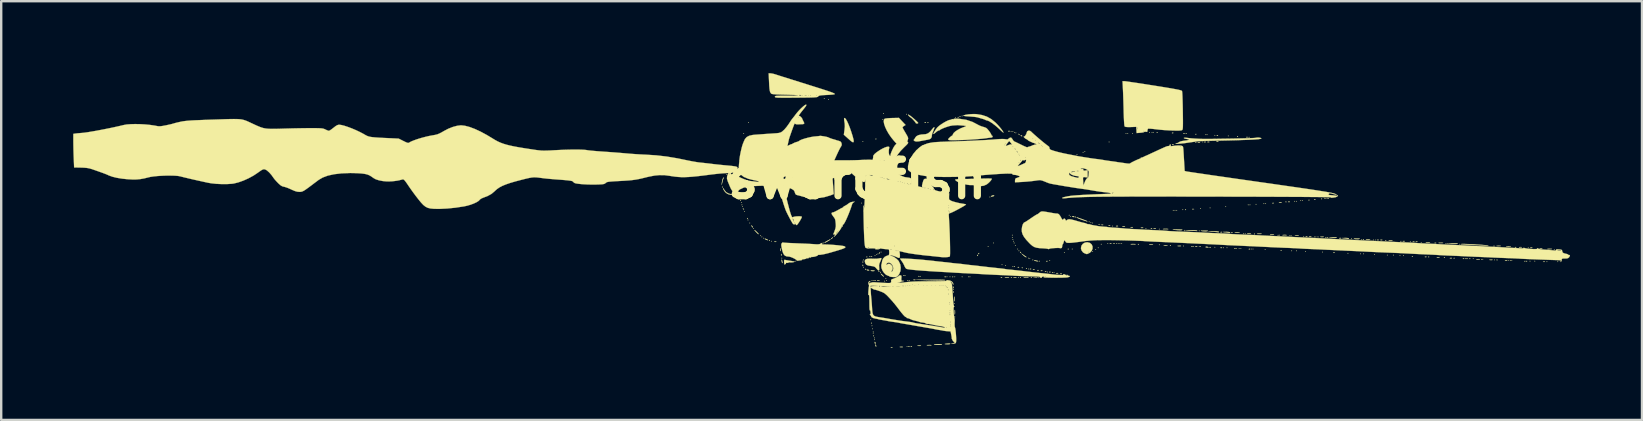
<source format=kicad_pcb>
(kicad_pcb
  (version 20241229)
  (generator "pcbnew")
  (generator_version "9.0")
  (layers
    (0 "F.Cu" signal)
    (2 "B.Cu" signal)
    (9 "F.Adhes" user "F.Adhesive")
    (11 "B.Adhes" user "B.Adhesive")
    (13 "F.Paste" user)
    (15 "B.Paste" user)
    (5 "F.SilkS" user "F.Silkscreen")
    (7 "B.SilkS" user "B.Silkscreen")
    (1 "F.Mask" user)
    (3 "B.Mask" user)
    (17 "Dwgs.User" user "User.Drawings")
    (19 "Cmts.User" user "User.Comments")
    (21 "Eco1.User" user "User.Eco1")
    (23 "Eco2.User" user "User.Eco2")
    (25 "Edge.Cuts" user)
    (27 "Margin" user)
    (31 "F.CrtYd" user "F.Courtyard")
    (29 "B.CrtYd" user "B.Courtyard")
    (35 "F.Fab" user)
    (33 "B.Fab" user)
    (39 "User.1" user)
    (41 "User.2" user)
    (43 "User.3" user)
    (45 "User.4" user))
  (footprint "swordfish"
    (layer "F.Cu")
    (at 32.662 4.415)
    (property "Reference" "swordfish" (at 0 0 0) (layer "F.SilkS") (effects (font (size 1.524 1.524) (thickness 0.3))))
    (attr through_hole)
    (fp_poly (pts (xy -5.418 -0.189) (xy -5.43 -0.176) (xy -5.443 -0.189) (xy -5.43 -0.202) (xy -5.418 -0.189)) (stroke (width 0.01) (type solid)) (fill yes) (layer "F.SilkS"))
    (fp_poly (pts (xy -5.04 0.617) (xy -5.052 0.63) (xy -5.065 0.617) (xy -5.052 0.605) (xy -5.04 0.617)) (stroke (width 0.01) (type solid)) (fill yes) (layer "F.SilkS"))
    (fp_poly (pts (xy -4.863 0.794) (xy -4.876 0.806) (xy -4.888 0.794) (xy -4.876 0.781) (xy -4.863 0.794)) (stroke (width 0.01) (type solid)) (fill yes) (layer "F.SilkS"))
    (fp_poly (pts (xy -4.813 0.97) (xy -4.825 0.983) (xy -4.838 0.97) (xy -4.825 0.958) (xy -4.813 0.97)) (stroke (width 0.01) (type solid)) (fill yes) (layer "F.SilkS"))
    (fp_poly (pts (xy -4.788 1.071) (xy -4.8 1.084) (xy -4.813 1.071) (xy -4.8 1.058) (xy -4.788 1.071)) (stroke (width 0.01) (type solid)) (fill yes) (layer "F.SilkS"))
    (fp_poly (pts (xy -4.763 1.147) (xy -4.775 1.159) (xy -4.788 1.147) (xy -4.775 1.134) (xy -4.763 1.147)) (stroke (width 0.01) (type solid)) (fill yes) (layer "F.SilkS"))
    (fp_poly (pts (xy -4.737 1.222) (xy -4.75 1.235) (xy -4.763 1.222) (xy -4.75 1.21) (xy -4.737 1.222)) (stroke (width 0.01) (type solid)) (fill yes) (layer "F.SilkS"))
    (fp_poly (pts (xy -4.712 -1.902) (xy -4.725 -1.89) (xy -4.737 -1.902) (xy -4.725 -1.915) (xy -4.712 -1.902)) (stroke (width 0.01) (type solid)) (fill yes) (layer "F.SilkS"))
    (fp_poly (pts (xy -4.712 1.273) (xy -4.725 1.285) (xy -4.737 1.273) (xy -4.725 1.26) (xy -4.712 1.273)) (stroke (width 0.01) (type solid)) (fill yes) (layer "F.SilkS"))
    (fp_poly (pts (xy -4.687 1.348) (xy -4.7 1.361) (xy -4.712 1.348) (xy -4.7 1.336) (xy -4.687 1.348)) (stroke (width 0.01) (type solid)) (fill yes) (layer "F.SilkS"))
    (fp_poly (pts (xy -4.536 1.701) (xy -4.548 1.713) (xy -4.561 1.701) (xy -4.548 1.688) (xy -4.536 1.701)) (stroke (width 0.01) (type solid)) (fill yes) (layer "F.SilkS"))
    (fp_poly (pts (xy -4.511 -2.356) (xy -4.523 -2.343) (xy -4.536 -2.356) (xy -4.523 -2.369) (xy -4.511 -2.356)) (stroke (width 0.01) (type solid)) (fill yes) (layer "F.SilkS"))
    (fp_poly (pts (xy -4.46 1.827) (xy -4.473 1.839) (xy -4.485 1.827) (xy -4.473 1.814) (xy -4.46 1.827)) (stroke (width 0.01) (type solid)) (fill yes) (layer "F.SilkS"))
    (fp_poly (pts (xy -4.309 2.054) (xy -4.322 2.066) (xy -4.334 2.054) (xy -4.322 2.041) (xy -4.309 2.054)) (stroke (width 0.01) (type solid)) (fill yes) (layer "F.SilkS"))
    (fp_poly (pts (xy -4.007 2.356) (xy -4.019 2.369) (xy -4.032 2.356) (xy -4.019 2.343) (xy -4.007 2.356)) (stroke (width 0.01) (type solid)) (fill yes) (layer "F.SilkS"))
    (fp_poly (pts (xy -3.956 2.406) (xy -3.969 2.419) (xy -3.981 2.406) (xy -3.969 2.394) (xy -3.956 2.406)) (stroke (width 0.01) (type solid)) (fill yes) (layer "F.SilkS"))
    (fp_poly (pts (xy -3.881 2.457) (xy -3.893 2.469) (xy -3.906 2.457) (xy -3.893 2.444) (xy -3.881 2.457)) (stroke (width 0.01) (type solid)) (fill yes) (layer "F.SilkS"))
    (fp_poly (pts (xy -3.553 2.583) (xy -3.566 2.595) (xy -3.578 2.583) (xy -3.566 2.57) (xy -3.553 2.583)) (stroke (width 0.01) (type solid)) (fill yes) (layer "F.SilkS"))
    (fp_poly (pts (xy -3.125 3.288) (xy -3.137 3.301) (xy -3.15 3.288) (xy -3.137 3.276) (xy -3.125 3.288)) (stroke (width 0.01) (type solid)) (fill yes) (layer "F.SilkS"))
    (fp_poly (pts (xy -2.545 3.414) (xy -2.558 3.427) (xy -2.57 3.414) (xy -2.558 3.402) (xy -2.545 3.414)) (stroke (width 0.01) (type solid)) (fill yes) (layer "F.SilkS"))
    (fp_poly (pts (xy -1.386 2.658) (xy -1.399 2.671) (xy -1.411 2.658) (xy -1.399 2.646) (xy -1.386 2.658)) (stroke (width 0.01) (type solid)) (fill yes) (layer "F.SilkS"))
    (fp_poly (pts (xy -1.361 -3.364) (xy -1.373 -3.351) (xy -1.386 -3.364) (xy -1.373 -3.377) (xy -1.361 -3.364)) (stroke (width 0.01) (type solid)) (fill yes) (layer "F.SilkS"))
    (fp_poly (pts (xy -1.184 -3.314) (xy -1.197 -3.301) (xy -1.21 -3.314) (xy -1.197 -3.326) (xy -1.184 -3.314)) (stroke (width 0.01) (type solid)) (fill yes) (layer "F.SilkS"))
    (fp_poly (pts (xy 0.202 0.995) (xy 0.189 1.008) (xy 0.176 0.995) (xy 0.189 0.983) (xy 0.202 0.995)) (stroke (width 0.01) (type solid)) (fill yes) (layer "F.SilkS"))
    (fp_poly (pts (xy 0.252 -1.575) (xy 0.239 -1.562) (xy 0.227 -1.575) (xy 0.239 -1.587) (xy 0.252 -1.575)) (stroke (width 0.01) (type solid)) (fill yes) (layer "F.SilkS"))
    (fp_poly (pts (xy 0.252 3.414) (xy 0.239 3.427) (xy 0.227 3.414) (xy 0.239 3.402) (xy 0.252 3.414)) (stroke (width 0.01) (type solid)) (fill yes) (layer "F.SilkS"))
    (fp_poly (pts (xy 0.252 3.465) (xy 0.239 3.477) (xy 0.227 3.465) (xy 0.239 3.452) (xy 0.252 3.465)) (stroke (width 0.01) (type solid)) (fill yes) (layer "F.SilkS"))
    (fp_poly (pts (xy 0.277 3.364) (xy 0.265 3.377) (xy 0.252 3.364) (xy 0.265 3.351) (xy 0.277 3.364)) (stroke (width 0.01) (type solid)) (fill yes) (layer "F.SilkS"))
    (fp_poly (pts (xy 0.277 3.666) (xy 0.265 3.679) (xy 0.252 3.666) (xy 0.265 3.654) (xy 0.277 3.666)) (stroke (width 0.01) (type solid)) (fill yes) (layer "F.SilkS"))
    (fp_poly (pts (xy 0.58 5.859) (xy 0.567 5.871) (xy 0.554 5.859) (xy 0.567 5.846) (xy 0.58 5.859)) (stroke (width 0.01) (type solid)) (fill yes) (layer "F.SilkS"))
    (fp_poly (pts (xy 0.63 4.221) (xy 0.617 4.233) (xy 0.605 4.221) (xy 0.617 4.208) (xy 0.63 4.221)) (stroke (width 0.01) (type solid)) (fill yes) (layer "F.SilkS"))
    (fp_poly (pts (xy 0.63 6.111) (xy 0.617 6.123) (xy 0.605 6.111) (xy 0.617 6.098) (xy 0.63 6.111)) (stroke (width 0.01) (type solid)) (fill yes) (layer "F.SilkS"))
    (fp_poly (pts (xy 0.655 6.237) (xy 0.643 6.249) (xy 0.63 6.237) (xy 0.643 6.224) (xy 0.655 6.237)) (stroke (width 0.01) (type solid)) (fill yes) (layer "F.SilkS"))
    (fp_poly (pts (xy 0.68 4.221) (xy 0.668 4.233) (xy 0.655 4.221) (xy 0.668 4.208) (xy 0.68 4.221)) (stroke (width 0.01) (type solid)) (fill yes) (layer "F.SilkS"))
    (fp_poly (pts (xy 0.68 6.363) (xy 0.668 6.375) (xy 0.655 6.363) (xy 0.668 6.35) (xy 0.68 6.363)) (stroke (width 0.01) (type solid)) (fill yes) (layer "F.SilkS"))
    (fp_poly (pts (xy 0.68 6.413) (xy 0.668 6.426) (xy 0.655 6.413) (xy 0.668 6.4) (xy 0.68 6.413)) (stroke (width 0.01) (type solid)) (fill yes) (layer "F.SilkS"))
    (fp_poly (pts (xy 0.731 6.615) (xy 0.718 6.627) (xy 0.706 6.615) (xy 0.718 6.602) (xy 0.731 6.615)) (stroke (width 0.01) (type solid)) (fill yes) (layer "F.SilkS"))
    (fp_poly (pts (xy 0.731 6.69) (xy 0.718 6.703) (xy 0.706 6.69) (xy 0.718 6.678) (xy 0.731 6.69)) (stroke (width 0.01) (type solid)) (fill yes) (layer "F.SilkS"))
    (fp_poly (pts (xy 0.756 3.188) (xy 0.743 3.2) (xy 0.731 3.188) (xy 0.743 3.175) (xy 0.756 3.188)) (stroke (width 0.01) (type solid)) (fill yes) (layer "F.SilkS"))
    (fp_poly (pts (xy 0.832 3.137) (xy 0.819 3.15) (xy 0.806 3.137) (xy 0.819 3.125) (xy 0.832 3.137)) (stroke (width 0.01) (type solid)) (fill yes) (layer "F.SilkS"))
    (fp_poly (pts (xy 0.882 3.112) (xy 0.869 3.125) (xy 0.857 3.112) (xy 0.869 3.099) (xy 0.882 3.112)) (stroke (width 0.01) (type solid)) (fill yes) (layer "F.SilkS"))
    (fp_poly (pts (xy 1.008 3.036) (xy 0.995 3.049) (xy 0.983 3.036) (xy 0.995 3.024) (xy 1.008 3.036)) (stroke (width 0.01) (type solid)) (fill yes) (layer "F.SilkS"))
    (fp_poly (pts (xy 1.084 -2.482) (xy 1.071 -2.469) (xy 1.058 -2.482) (xy 1.071 -2.495) (xy 1.084 -2.482)) (stroke (width 0.01) (type solid)) (fill yes) (layer "F.SilkS"))
    (fp_poly (pts (xy 1.109 -2.734) (xy 1.096 -2.721) (xy 1.084 -2.734) (xy 1.096 -2.747) (xy 1.109 -2.734)) (stroke (width 0.01) (type solid)) (fill yes) (layer "F.SilkS"))
    (fp_poly (pts (xy 1.159 4.246) (xy 1.147 4.259) (xy 1.134 4.246) (xy 1.147 4.233) (xy 1.159 4.246)) (stroke (width 0.01) (type solid)) (fill yes) (layer "F.SilkS"))
    (fp_poly (pts (xy 1.21 4.145) (xy 1.197 4.158) (xy 1.184 4.145) (xy 1.197 4.133) (xy 1.21 4.145)) (stroke (width 0.01) (type solid)) (fill yes) (layer "F.SilkS"))
    (fp_poly (pts (xy 1.235 4.221) (xy 1.222 4.233) (xy 1.21 4.221) (xy 1.222 4.208) (xy 1.235 4.221)) (stroke (width 0.01) (type solid)) (fill yes) (layer "F.SilkS"))
    (fp_poly (pts (xy 1.94 4.019) (xy 1.928 4.032) (xy 1.915 4.019) (xy 1.928 4.007) (xy 1.94 4.019)) (stroke (width 0.01) (type solid)) (fill yes) (layer "F.SilkS"))
    (fp_poly (pts (xy 2.066 -2.709) (xy 2.054 -2.696) (xy 2.041 -2.709) (xy 2.054 -2.721) (xy 2.066 -2.709)) (stroke (width 0.01) (type solid)) (fill yes) (layer "F.SilkS"))
    (fp_poly (pts (xy 2.091 6.967) (xy 2.079 6.98) (xy 2.066 6.967) (xy 2.079 6.955) (xy 2.091 6.967)) (stroke (width 0.01) (type solid)) (fill yes) (layer "F.SilkS"))
    (fp_poly (pts (xy 2.117 4.221) (xy 2.104 4.233) (xy 2.091 4.221) (xy 2.104 4.208) (xy 2.117 4.221)) (stroke (width 0.01) (type solid)) (fill yes) (layer "F.SilkS"))
    (fp_poly (pts (xy 2.57 4.044) (xy 2.558 4.057) (xy 2.545 4.044) (xy 2.558 4.032) (xy 2.57 4.044)) (stroke (width 0.01) (type solid)) (fill yes) (layer "F.SilkS"))
    (fp_poly (pts (xy 3.755 4.07) (xy 3.742 4.082) (xy 3.729 4.07) (xy 3.742 4.057) (xy 3.755 4.07)) (stroke (width 0.01) (type solid)) (fill yes) (layer "F.SilkS"))
    (fp_poly (pts (xy 3.881 4.07) (xy 3.868 4.082) (xy 3.855 4.07) (xy 3.868 4.057) (xy 3.881 4.07)) (stroke (width 0.01) (type solid)) (fill yes) (layer "F.SilkS"))
    (fp_poly (pts (xy 4.032 4.599) (xy 4.019 4.611) (xy 4.007 4.599) (xy 4.019 4.586) (xy 4.032 4.599)) (stroke (width 0.01) (type solid)) (fill yes) (layer "F.SilkS"))
    (fp_poly (pts (xy 4.032 4.674) (xy 4.019 4.687) (xy 4.007 4.674) (xy 4.019 4.662) (xy 4.032 4.674)) (stroke (width 0.01) (type solid)) (fill yes) (layer "F.SilkS"))
    (fp_poly (pts (xy 4.032 4.725) (xy 4.019 4.737) (xy 4.007 4.725) (xy 4.019 4.712) (xy 4.032 4.725)) (stroke (width 0.01) (type solid)) (fill yes) (layer "F.SilkS"))
    (fp_poly (pts (xy 4.057 5.178) (xy 4.044 5.191) (xy 4.032 5.178) (xy 4.044 5.166) (xy 4.057 5.178)) (stroke (width 0.01) (type solid)) (fill yes) (layer "F.SilkS"))
    (fp_poly (pts (xy 4.082 4.07) (xy 4.07 4.082) (xy 4.057 4.07) (xy 4.07 4.057) (xy 4.082 4.07)) (stroke (width 0.01) (type solid)) (fill yes) (layer "F.SilkS"))
    (fp_poly (pts (xy 4.082 5.733) (xy 4.07 5.745) (xy 4.057 5.733) (xy 4.07 5.72) (xy 4.082 5.733)) (stroke (width 0.01) (type solid)) (fill yes) (layer "F.SilkS"))
    (fp_poly (pts (xy 4.082 5.783) (xy 4.07 5.796) (xy 4.057 5.783) (xy 4.07 5.77) (xy 4.082 5.783)) (stroke (width 0.01) (type solid)) (fill yes) (layer "F.SilkS"))
    (fp_poly (pts (xy 4.107 -2.558) (xy 4.095 -2.545) (xy 4.082 -2.558) (xy 4.095 -2.57) (xy 4.107 -2.558)) (stroke (width 0.01) (type solid)) (fill yes) (layer "F.SilkS"))
    (fp_poly (pts (xy 4.385 -2.633) (xy 4.372 -2.621) (xy 4.359 -2.633) (xy 4.372 -2.646) (xy 4.385 -2.633)) (stroke (width 0.01) (type solid)) (fill yes) (layer "F.SilkS"))
    (fp_poly (pts (xy 4.385 4.07) (xy 4.372 4.082) (xy 4.359 4.07) (xy 4.372 4.057) (xy 4.385 4.07)) (stroke (width 0.01) (type solid)) (fill yes) (layer "F.SilkS"))
    (fp_poly (pts (xy 4.662 4.07) (xy 4.649 4.082) (xy 4.637 4.07) (xy 4.649 4.057) (xy 4.662 4.07)) (stroke (width 0.01) (type solid)) (fill yes) (layer "F.SilkS"))
    (fp_poly (pts (xy 4.712 4.07) (xy 4.7 4.082) (xy 4.687 4.07) (xy 4.7 4.057) (xy 4.712 4.07)) (stroke (width 0.01) (type solid)) (fill yes) (layer "F.SilkS"))
    (fp_poly (pts (xy 5.468 2.81) (xy 5.455 2.822) (xy 5.443 2.81) (xy 5.455 2.797) (xy 5.468 2.81)) (stroke (width 0.01) (type solid)) (fill yes) (layer "F.SilkS"))
    (fp_poly (pts (xy 5.544 0.743) (xy 5.531 0.756) (xy 5.518 0.743) (xy 5.531 0.731) (xy 5.544 0.743)) (stroke (width 0.01) (type solid)) (fill yes) (layer "F.SilkS"))
    (fp_poly (pts (xy 5.695 2.658) (xy 5.682 2.671) (xy 5.67 2.658) (xy 5.682 2.646) (xy 5.695 2.658)) (stroke (width 0.01) (type solid)) (fill yes) (layer "F.SilkS"))
    (fp_poly (pts (xy 6.048 3.566) (xy 6.035 3.578) (xy 6.022 3.566) (xy 6.035 3.553) (xy 6.048 3.566)) (stroke (width 0.01) (type solid)) (fill yes) (layer "F.SilkS"))
    (fp_poly (pts (xy 6.199 3.591) (xy 6.186 3.603) (xy 6.174 3.591) (xy 6.186 3.578) (xy 6.199 3.591)) (stroke (width 0.01) (type solid)) (fill yes) (layer "F.SilkS"))
    (fp_poly (pts (xy 6.426 -1.978) (xy 6.413 -1.965) (xy 6.4 -1.978) (xy 6.413 -1.991) (xy 6.426 -1.978)) (stroke (width 0.01) (type solid)) (fill yes) (layer "F.SilkS"))
    (fp_poly (pts (xy 6.476 2.331) (xy 6.463 2.343) (xy 6.451 2.331) (xy 6.463 2.318) (xy 6.476 2.331)) (stroke (width 0.01) (type solid)) (fill yes) (layer "F.SilkS"))
    (fp_poly (pts (xy 6.476 2.432) (xy 6.463 2.444) (xy 6.451 2.432) (xy 6.463 2.419) (xy 6.476 2.432)) (stroke (width 0.01) (type solid)) (fill yes) (layer "F.SilkS"))
    (fp_poly (pts (xy 6.501 -1.978) (xy 6.489 -1.965) (xy 6.476 -1.978) (xy 6.489 -1.991) (xy 6.501 -1.978)) (stroke (width 0.01) (type solid)) (fill yes) (layer "F.SilkS"))
    (fp_poly (pts (xy 6.501 2.507) (xy 6.489 2.52) (xy 6.476 2.507) (xy 6.489 2.495) (xy 6.501 2.507)) (stroke (width 0.01) (type solid)) (fill yes) (layer "F.SilkS"))
    (fp_poly (pts (xy 6.501 3.641) (xy 6.489 3.654) (xy 6.476 3.641) (xy 6.489 3.629) (xy 6.501 3.641)) (stroke (width 0.01) (type solid)) (fill yes) (layer "F.SilkS"))
    (fp_poly (pts (xy 6.526 2.583) (xy 6.514 2.595) (xy 6.501 2.583) (xy 6.514 2.57) (xy 6.526 2.583)) (stroke (width 0.01) (type solid)) (fill yes) (layer "F.SilkS"))
    (fp_poly (pts (xy 6.552 2.658) (xy 6.539 2.671) (xy 6.526 2.658) (xy 6.539 2.646) (xy 6.552 2.658)) (stroke (width 0.01) (type solid)) (fill yes) (layer "F.SilkS"))
    (fp_poly (pts (xy 6.577 -1.953) (xy 6.564 -1.94) (xy 6.552 -1.953) (xy 6.564 -1.965) (xy 6.577 -1.953)) (stroke (width 0.01) (type solid)) (fill yes) (layer "F.SilkS"))
    (fp_poly (pts (xy 6.602 2.759) (xy 6.589 2.772) (xy 6.577 2.759) (xy 6.589 2.747) (xy 6.602 2.759)) (stroke (width 0.01) (type solid)) (fill yes) (layer "F.SilkS"))
    (fp_poly (pts (xy 6.627 -1.928) (xy 6.615 -1.915) (xy 6.602 -1.928) (xy 6.615 -1.94) (xy 6.627 -1.928)) (stroke (width 0.01) (type solid)) (fill yes) (layer "F.SilkS"))
    (fp_poly (pts (xy 6.703 2.91) (xy 6.69 2.923) (xy 6.678 2.91) (xy 6.69 2.898) (xy 6.703 2.91)) (stroke (width 0.01) (type solid)) (fill yes) (layer "F.SilkS"))
    (fp_poly (pts (xy 6.728 -1.877) (xy 6.715 -1.865) (xy 6.703 -1.877) (xy 6.715 -1.89) (xy 6.728 -1.877)) (stroke (width 0.01) (type solid)) (fill yes) (layer "F.SilkS"))
    (fp_poly (pts (xy 6.728 4.095) (xy 6.715 4.107) (xy 6.703 4.095) (xy 6.715 4.082) (xy 6.728 4.095)) (stroke (width 0.01) (type solid)) (fill yes) (layer "F.SilkS"))
    (fp_poly (pts (xy 6.753 2.986) (xy 6.741 2.999) (xy 6.728 2.986) (xy 6.741 2.973) (xy 6.753 2.986)) (stroke (width 0.01) (type solid)) (fill yes) (layer "F.SilkS"))
    (fp_poly (pts (xy 6.778 -1.852) (xy 6.766 -1.839) (xy 6.753 -1.852) (xy 6.766 -1.865) (xy 6.778 -1.852)) (stroke (width 0.01) (type solid)) (fill yes) (layer "F.SilkS"))
    (fp_poly (pts (xy 7.156 3.288) (xy 7.144 3.301) (xy 7.131 3.288) (xy 7.144 3.276) (xy 7.156 3.288)) (stroke (width 0.01) (type solid)) (fill yes) (layer "F.SilkS"))
    (fp_poly (pts (xy 7.156 3.742) (xy 7.144 3.755) (xy 7.131 3.742) (xy 7.144 3.729) (xy 7.156 3.742)) (stroke (width 0.01) (type solid)) (fill yes) (layer "F.SilkS"))
    (fp_poly (pts (xy 7.207 3.314) (xy 7.194 3.326) (xy 7.182 3.314) (xy 7.194 3.301) (xy 7.207 3.314)) (stroke (width 0.01) (type solid)) (fill yes) (layer "F.SilkS"))
    (fp_poly (pts (xy 7.333 3.364) (xy 7.32 3.377) (xy 7.308 3.364) (xy 7.32 3.351) (xy 7.333 3.364)) (stroke (width 0.01) (type solid)) (fill yes) (layer "F.SilkS"))
    (fp_poly (pts (xy 7.383 4.095) (xy 7.371 4.107) (xy 7.358 4.095) (xy 7.371 4.082) (xy 7.383 4.095)) (stroke (width 0.01) (type solid)) (fill yes) (layer "F.SilkS"))
    (fp_poly (pts (xy 7.434 4.095) (xy 7.421 4.107) (xy 7.408 4.095) (xy 7.421 4.082) (xy 7.434 4.095)) (stroke (width 0.01) (type solid)) (fill yes) (layer "F.SilkS"))
    (fp_poly (pts (xy 7.585 4.095) (xy 7.572 4.107) (xy 7.56 4.095) (xy 7.572 4.082) (xy 7.585 4.095)) (stroke (width 0.01) (type solid)) (fill yes) (layer "F.SilkS"))
    (fp_poly (pts (xy 7.61 3.414) (xy 7.597 3.427) (xy 7.585 3.414) (xy 7.597 3.402) (xy 7.61 3.414)) (stroke (width 0.01) (type solid)) (fill yes) (layer "F.SilkS"))
    (fp_poly (pts (xy 7.938 3.868) (xy 7.925 3.881) (xy 7.912 3.868) (xy 7.925 3.855) (xy 7.938 3.868)) (stroke (width 0.01) (type solid)) (fill yes) (layer "F.SilkS"))
    (fp_poly (pts (xy 8.038 3.389) (xy 8.026 3.402) (xy 8.013 3.389) (xy 8.026 3.377) (xy 8.038 3.389)) (stroke (width 0.01) (type solid)) (fill yes) (layer "F.SilkS"))
    (fp_poly (pts (xy 8.215 3.893) (xy 8.202 3.906) (xy 8.189 3.893) (xy 8.202 3.881) (xy 8.215 3.893)) (stroke (width 0.01) (type solid)) (fill yes) (layer "F.SilkS"))
    (fp_poly (pts (xy 8.643 3.062) (xy 8.63 3.074) (xy 8.618 3.062) (xy 8.63 3.049) (xy 8.643 3.062)) (stroke (width 0.01) (type solid)) (fill yes) (layer "F.SilkS"))
    (fp_poly (pts (xy 8.845 1.499) (xy 8.832 1.512) (xy 8.819 1.499) (xy 8.832 1.487) (xy 8.845 1.499)) (stroke (width 0.01) (type solid)) (fill yes) (layer "F.SilkS"))
    (fp_poly (pts (xy 8.895 1.55) (xy 8.882 1.562) (xy 8.87 1.55) (xy 8.882 1.537) (xy 8.895 1.55)) (stroke (width 0.01) (type solid)) (fill yes) (layer "F.SilkS"))
    (fp_poly (pts (xy 8.971 2.91) (xy 8.958 2.923) (xy 8.945 2.91) (xy 8.958 2.898) (xy 8.971 2.91)) (stroke (width 0.01) (type solid)) (fill yes) (layer "F.SilkS"))
    (fp_poly (pts (xy 9.172 -1.021) (xy 9.16 -1.008) (xy 9.147 -1.021) (xy 9.16 -1.033) (xy 9.172 -1.021)) (stroke (width 0.01) (type solid)) (fill yes) (layer "F.SilkS"))
    (fp_poly (pts (xy 9.424 -1.121) (xy 9.412 -1.109) (xy 9.399 -1.121) (xy 9.412 -1.134) (xy 9.424 -1.121)) (stroke (width 0.01) (type solid)) (fill yes) (layer "F.SilkS"))
    (fp_poly (pts (xy 9.5 -1.147) (xy 9.487 -1.134) (xy 9.475 -1.147) (xy 9.487 -1.159) (xy 9.5 -1.147)) (stroke (width 0.01) (type solid)) (fill yes) (layer "F.SilkS"))
    (fp_poly (pts (xy 9.676 1.776) (xy 9.664 1.789) (xy 9.651 1.776) (xy 9.664 1.764) (xy 9.676 1.776)) (stroke (width 0.01) (type solid)) (fill yes) (layer "F.SilkS"))
    (fp_poly (pts (xy 9.752 1.802) (xy 9.739 1.814) (xy 9.727 1.802) (xy 9.739 1.789) (xy 9.752 1.802)) (stroke (width 0.01) (type solid)) (fill yes) (layer "F.SilkS"))
    (fp_poly (pts (xy 9.827 1.827) (xy 9.815 1.839) (xy 9.802 1.827) (xy 9.815 1.814) (xy 9.827 1.827)) (stroke (width 0.01) (type solid)) (fill yes) (layer "F.SilkS"))
    (fp_poly (pts (xy 9.827 3.011) (xy 9.815 3.024) (xy 9.802 3.011) (xy 9.815 2.999) (xy 9.827 3.011)) (stroke (width 0.01) (type solid)) (fill yes) (layer "F.SilkS"))
    (fp_poly (pts (xy 9.953 2.936) (xy 9.941 2.948) (xy 9.928 2.936) (xy 9.941 2.923) (xy 9.953 2.936)) (stroke (width 0.01) (type solid)) (fill yes) (layer "F.SilkS"))
    (fp_poly (pts (xy 10.054 2.86) (xy 10.042 2.873) (xy 10.029 2.86) (xy 10.042 2.847) (xy 10.054 2.86)) (stroke (width 0.01) (type solid)) (fill yes) (layer "F.SilkS"))
    (fp_poly (pts (xy 10.18 1.902) (xy 10.168 1.915) (xy 10.155 1.902) (xy 10.168 1.89) (xy 10.18 1.902)) (stroke (width 0.01) (type solid)) (fill yes) (layer "F.SilkS"))
    (fp_poly (pts (xy 10.18 2.709) (xy 10.168 2.721) (xy 10.155 2.709) (xy 10.168 2.696) (xy 10.18 2.709)) (stroke (width 0.01) (type solid)) (fill yes) (layer "F.SilkS"))
    (fp_poly (pts (xy 10.457 2.684) (xy 10.445 2.696) (xy 10.432 2.684) (xy 10.445 2.671) (xy 10.457 2.684)) (stroke (width 0.01) (type solid)) (fill yes) (layer "F.SilkS"))
    (fp_poly (pts (xy 10.508 -1.55) (xy 10.495 -1.537) (xy 10.483 -1.55) (xy 10.495 -1.562) (xy 10.508 -1.55)) (stroke (width 0.01) (type solid)) (fill yes) (layer "F.SilkS"))
    (fp_poly (pts (xy 10.659 1.953) (xy 10.646 1.965) (xy 10.634 1.953) (xy 10.646 1.94) (xy 10.659 1.953)) (stroke (width 0.01) (type solid)) (fill yes) (layer "F.SilkS"))
    (fp_poly (pts (xy 10.684 2.684) (xy 10.672 2.696) (xy 10.659 2.684) (xy 10.672 2.671) (xy 10.684 2.684)) (stroke (width 0.01) (type solid)) (fill yes) (layer "F.SilkS"))
    (fp_poly (pts (xy 10.735 2.684) (xy 10.722 2.696) (xy 10.709 2.684) (xy 10.722 2.671) (xy 10.735 2.684)) (stroke (width 0.01) (type solid)) (fill yes) (layer "F.SilkS"))
    (fp_poly (pts (xy 10.81 2.684) (xy 10.798 2.696) (xy 10.785 2.684) (xy 10.798 2.671) (xy 10.81 2.684)) (stroke (width 0.01) (type solid)) (fill yes) (layer "F.SilkS"))
    (fp_poly (pts (xy 10.886 2.684) (xy 10.873 2.696) (xy 10.861 2.684) (xy 10.873 2.671) (xy 10.886 2.684)) (stroke (width 0.01) (type solid)) (fill yes) (layer "F.SilkS"))
    (fp_poly (pts (xy 10.961 2.684) (xy 10.949 2.696) (xy 10.936 2.684) (xy 10.949 2.671) (xy 10.961 2.684)) (stroke (width 0.01) (type solid)) (fill yes) (layer "F.SilkS"))
    (fp_poly (pts (xy 11.037 2.684) (xy 11.024 2.696) (xy 11.012 2.684) (xy 11.024 2.671) (xy 11.037 2.684)) (stroke (width 0.01) (type solid)) (fill yes) (layer "F.SilkS"))
    (fp_poly (pts (xy 11.213 -1.902) (xy 11.201 -1.89) (xy 11.188 -1.902) (xy 11.201 -1.915) (xy 11.213 -1.902)) (stroke (width 0.01) (type solid)) (fill yes) (layer "F.SilkS"))
    (fp_poly (pts (xy 11.289 -1.902) (xy 11.276 -1.89) (xy 11.264 -1.902) (xy 11.276 -1.915) (xy 11.289 -1.902)) (stroke (width 0.01) (type solid)) (fill yes) (layer "F.SilkS"))
    (fp_poly (pts (xy 11.49 -1.902) (xy 11.478 -1.89) (xy 11.465 -1.902) (xy 11.478 -1.915) (xy 11.49 -1.902)) (stroke (width 0.01) (type solid)) (fill yes) (layer "F.SilkS"))
    (fp_poly (pts (xy 12.045 2.054) (xy 12.032 2.066) (xy 12.02 2.054) (xy 12.032 2.041) (xy 12.045 2.054)) (stroke (width 0.01) (type solid)) (fill yes) (layer "F.SilkS"))
    (fp_poly (pts (xy 12.196 -1.953) (xy 12.183 -1.94) (xy 12.171 -1.953) (xy 12.183 -1.965) (xy 12.196 -1.953)) (stroke (width 0.01) (type solid)) (fill yes) (layer "F.SilkS"))
    (fp_poly (pts (xy 12.297 -1.953) (xy 12.284 -1.94) (xy 12.272 -1.953) (xy 12.284 -1.965) (xy 12.297 -1.953)) (stroke (width 0.01) (type solid)) (fill yes) (layer "F.SilkS"))
    (fp_poly (pts (xy 12.347 -1.953) (xy 12.335 -1.94) (xy 12.322 -1.953) (xy 12.335 -1.965) (xy 12.347 -1.953)) (stroke (width 0.01) (type solid)) (fill yes) (layer "F.SilkS"))
    (fp_poly (pts (xy 12.599 2.079) (xy 12.587 2.091) (xy 12.574 2.079) (xy 12.587 2.066) (xy 12.599 2.079)) (stroke (width 0.01) (type solid)) (fill yes) (layer "F.SilkS"))
    (fp_poly (pts (xy 12.599 2.734) (xy 12.587 2.747) (xy 12.574 2.734) (xy 12.587 2.721) (xy 12.599 2.734)) (stroke (width 0.01) (type solid)) (fill yes) (layer "F.SilkS"))
    (fp_poly (pts (xy 13.179 1.298) (xy 13.166 1.31) (xy 13.154 1.298) (xy 13.166 1.285) (xy 13.179 1.298)) (stroke (width 0.01) (type solid)) (fill yes) (layer "F.SilkS"))
    (fp_poly (pts (xy 13.254 1.298) (xy 13.242 1.31) (xy 13.229 1.298) (xy 13.242 1.285) (xy 13.254 1.298)) (stroke (width 0.01) (type solid)) (fill yes) (layer "F.SilkS"))
    (fp_poly (pts (xy 13.33 1.298) (xy 13.317 1.31) (xy 13.305 1.298) (xy 13.317 1.285) (xy 13.33 1.298)) (stroke (width 0.01) (type solid)) (fill yes) (layer "F.SilkS"))
    (fp_poly (pts (xy 13.582 1.273) (xy 13.569 1.285) (xy 13.557 1.273) (xy 13.569 1.26) (xy 13.582 1.273)) (stroke (width 0.01) (type solid)) (fill yes) (layer "F.SilkS"))
    (fp_poly (pts (xy 13.607 -1.902) (xy 13.595 -1.89) (xy 13.582 -1.902) (xy 13.595 -1.915) (xy 13.607 -1.902)) (stroke (width 0.01) (type solid)) (fill yes) (layer "F.SilkS"))
    (fp_poly (pts (xy 13.607 2.784) (xy 13.595 2.797) (xy 13.582 2.784) (xy 13.595 2.772) (xy 13.607 2.784)) (stroke (width 0.01) (type solid)) (fill yes) (layer "F.SilkS"))
    (fp_poly (pts (xy 13.658 -1.902) (xy 13.645 -1.89) (xy 13.632 -1.902) (xy 13.645 -1.915) (xy 13.658 -1.902)) (stroke (width 0.01) (type solid)) (fill yes) (layer "F.SilkS"))
    (fp_poly (pts (xy 13.658 2.129) (xy 13.645 2.142) (xy 13.632 2.129) (xy 13.645 2.117) (xy 13.658 2.129)) (stroke (width 0.01) (type solid)) (fill yes) (layer "F.SilkS"))
    (fp_poly (pts (xy 13.985 1.247) (xy 13.973 1.26) (xy 13.96 1.247) (xy 13.973 1.235) (xy 13.985 1.247)) (stroke (width 0.01) (type solid)) (fill yes) (layer "F.SilkS"))
    (fp_poly (pts (xy 14.036 1.247) (xy 14.023 1.26) (xy 14.01 1.247) (xy 14.023 1.235) (xy 14.036 1.247)) (stroke (width 0.01) (type solid)) (fill yes) (layer "F.SilkS"))
    (fp_poly (pts (xy 14.036 2.81) (xy 14.023 2.822) (xy 14.01 2.81) (xy 14.023 2.797) (xy 14.036 2.81)) (stroke (width 0.01) (type solid)) (fill yes) (layer "F.SilkS"))
    (fp_poly (pts (xy 14.262 2.154) (xy 14.25 2.167) (xy 14.237 2.154) (xy 14.25 2.142) (xy 14.262 2.154)) (stroke (width 0.01) (type solid)) (fill yes) (layer "F.SilkS"))
    (fp_poly (pts (xy 14.262 2.81) (xy 14.25 2.822) (xy 14.237 2.81) (xy 14.25 2.797) (xy 14.262 2.81)) (stroke (width 0.01) (type solid)) (fill yes) (layer "F.SilkS"))
    (fp_poly (pts (xy 14.313 1.222) (xy 14.3 1.235) (xy 14.287 1.222) (xy 14.3 1.21) (xy 14.313 1.222)) (stroke (width 0.01) (type solid)) (fill yes) (layer "F.SilkS"))
    (fp_poly (pts (xy 14.313 2.81) (xy 14.3 2.822) (xy 14.287 2.81) (xy 14.3 2.797) (xy 14.313 2.81)) (stroke (width 0.01) (type solid)) (fill yes) (layer "F.SilkS"))
    (fp_poly (pts (xy 14.413 -1.55) (xy 14.401 -1.537) (xy 14.388 -1.55) (xy 14.401 -1.562) (xy 14.413 -1.55)) (stroke (width 0.01) (type solid)) (fill yes) (layer "F.SilkS"))
    (fp_poly (pts (xy 14.539 -1.852) (xy 14.527 -1.839) (xy 14.514 -1.852) (xy 14.527 -1.865) (xy 14.539 -1.852)) (stroke (width 0.01) (type solid)) (fill yes) (layer "F.SilkS"))
    (fp_poly (pts (xy 14.59 -1.852) (xy 14.577 -1.839) (xy 14.565 -1.852) (xy 14.577 -1.865) (xy 14.59 -1.852)) (stroke (width 0.01) (type solid)) (fill yes) (layer "F.SilkS"))
    (fp_poly (pts (xy 14.716 1.197) (xy 14.703 1.21) (xy 14.691 1.197) (xy 14.703 1.184) (xy 14.716 1.197)) (stroke (width 0.01) (type solid)) (fill yes) (layer "F.SilkS"))
    (fp_poly (pts (xy 14.917 -1.827) (xy 14.905 -1.814) (xy 14.892 -1.827) (xy 14.905 -1.839) (xy 14.917 -1.827)) (stroke (width 0.01) (type solid)) (fill yes) (layer "F.SilkS"))
    (fp_poly (pts (xy 14.917 2.835) (xy 14.905 2.847) (xy 14.892 2.835) (xy 14.905 2.822) (xy 14.917 2.835)) (stroke (width 0.01) (type solid)) (fill yes) (layer "F.SilkS"))
    (fp_poly (pts (xy 15.27 2.86) (xy 15.258 2.873) (xy 15.245 2.86) (xy 15.258 2.847) (xy 15.27 2.86)) (stroke (width 0.01) (type solid)) (fill yes) (layer "F.SilkS"))
    (fp_poly (pts (xy 15.371 1.147) (xy 15.358 1.159) (xy 15.346 1.147) (xy 15.358 1.134) (xy 15.371 1.147)) (stroke (width 0.01) (type solid)) (fill yes) (layer "F.SilkS"))
    (fp_poly (pts (xy 15.421 2.86) (xy 15.409 2.873) (xy 15.396 2.86) (xy 15.409 2.847) (xy 15.421 2.86)) (stroke (width 0.01) (type solid)) (fill yes) (layer "F.SilkS"))
    (fp_poly (pts (xy 15.472 -1.802) (xy 15.459 -1.789) (xy 15.447 -1.802) (xy 15.459 -1.814) (xy 15.472 -1.802)) (stroke (width 0.01) (type solid)) (fill yes) (layer "F.SilkS"))
    (fp_poly (pts (xy 15.825 2.885) (xy 15.812 2.898) (xy 15.799 2.885) (xy 15.812 2.873) (xy 15.825 2.885)) (stroke (width 0.01) (type solid)) (fill yes) (layer "F.SilkS"))
    (fp_poly (pts (xy 15.925 2.885) (xy 15.913 2.898) (xy 15.9 2.885) (xy 15.913 2.873) (xy 15.925 2.885)) (stroke (width 0.01) (type solid)) (fill yes) (layer "F.SilkS"))
    (fp_poly (pts (xy 16.001 2.885) (xy 15.988 2.898) (xy 15.976 2.885) (xy 15.988 2.873) (xy 16.001 2.885)) (stroke (width 0.01) (type solid)) (fill yes) (layer "F.SilkS"))
    (fp_poly (pts (xy 16.102 2.255) (xy 16.089 2.268) (xy 16.077 2.255) (xy 16.089 2.243) (xy 16.102 2.255)) (stroke (width 0.01) (type solid)) (fill yes) (layer "F.SilkS"))
    (fp_poly (pts (xy 16.177 2.255) (xy 16.165 2.268) (xy 16.152 2.255) (xy 16.165 2.243) (xy 16.177 2.255)) (stroke (width 0.01) (type solid)) (fill yes) (layer "F.SilkS"))
    (fp_poly (pts (xy 16.228 -1.751) (xy 16.215 -1.739) (xy 16.203 -1.751) (xy 16.215 -1.764) (xy 16.228 -1.751)) (stroke (width 0.01) (type solid)) (fill yes) (layer "F.SilkS"))
    (fp_poly (pts (xy 16.278 -1.751) (xy 16.266 -1.739) (xy 16.253 -1.751) (xy 16.266 -1.764) (xy 16.278 -1.751)) (stroke (width 0.01) (type solid)) (fill yes) (layer "F.SilkS"))
    (fp_poly (pts (xy 16.303 1.071) (xy 16.291 1.084) (xy 16.278 1.071) (xy 16.291 1.058) (xy 16.303 1.071)) (stroke (width 0.01) (type solid)) (fill yes) (layer "F.SilkS"))
    (fp_poly (pts (xy 16.379 1.071) (xy 16.366 1.084) (xy 16.354 1.071) (xy 16.366 1.058) (xy 16.379 1.071)) (stroke (width 0.01) (type solid)) (fill yes) (layer "F.SilkS"))
    (fp_poly (pts (xy 16.429 2.91) (xy 16.417 2.923) (xy 16.404 2.91) (xy 16.417 2.898) (xy 16.429 2.91)) (stroke (width 0.01) (type solid)) (fill yes) (layer "F.SilkS"))
    (fp_poly (pts (xy 16.505 2.91) (xy 16.492 2.923) (xy 16.48 2.91) (xy 16.492 2.898) (xy 16.505 2.91)) (stroke (width 0.01) (type solid)) (fill yes) (layer "F.SilkS"))
    (fp_poly (pts (xy 16.631 1.046) (xy 16.618 1.058) (xy 16.606 1.046) (xy 16.618 1.033) (xy 16.631 1.046)) (stroke (width 0.01) (type solid)) (fill yes) (layer "F.SilkS"))
    (fp_poly (pts (xy 16.959 1.021) (xy 16.946 1.033) (xy 16.933 1.021) (xy 16.946 1.008) (xy 16.959 1.021)) (stroke (width 0.01) (type solid)) (fill yes) (layer "F.SilkS"))
    (fp_poly (pts (xy 17.009 2.936) (xy 16.996 2.948) (xy 16.984 2.936) (xy 16.996 2.923) (xy 17.009 2.936)) (stroke (width 0.01) (type solid)) (fill yes) (layer "F.SilkS"))
    (fp_poly (pts (xy 17.034 1.021) (xy 17.022 1.033) (xy 17.009 1.021) (xy 17.022 1.008) (xy 17.034 1.021)) (stroke (width 0.01) (type solid)) (fill yes) (layer "F.SilkS"))
    (fp_poly (pts (xy 17.614 2.331) (xy 17.601 2.343) (xy 17.588 2.331) (xy 17.601 2.318) (xy 17.614 2.331)) (stroke (width 0.01) (type solid)) (fill yes) (layer "F.SilkS"))
    (fp_poly (pts (xy 18.042 2.356) (xy 18.029 2.369) (xy 18.017 2.356) (xy 18.029 2.343) (xy 18.042 2.356)) (stroke (width 0.01) (type solid)) (fill yes) (layer "F.SilkS"))
    (fp_poly (pts (xy 18.092 2.356) (xy 18.08 2.369) (xy 18.067 2.356) (xy 18.08 2.343) (xy 18.092 2.356)) (stroke (width 0.01) (type solid)) (fill yes) (layer "F.SilkS"))
    (fp_poly (pts (xy 18.118 2.986) (xy 18.105 2.999) (xy 18.092 2.986) (xy 18.105 2.973) (xy 18.118 2.986)) (stroke (width 0.01) (type solid)) (fill yes) (layer "F.SilkS"))
    (fp_poly (pts (xy 18.244 0.92) (xy 18.231 0.932) (xy 18.218 0.92) (xy 18.231 0.907) (xy 18.244 0.92)) (stroke (width 0.01) (type solid)) (fill yes) (layer "F.SilkS"))
    (fp_poly (pts (xy 18.319 0.92) (xy 18.307 0.932) (xy 18.294 0.92) (xy 18.307 0.907) (xy 18.319 0.92)) (stroke (width 0.01) (type solid)) (fill yes) (layer "F.SilkS"))
    (fp_poly (pts (xy 18.319 2.986) (xy 18.307 2.999) (xy 18.294 2.986) (xy 18.307 2.973) (xy 18.319 2.986)) (stroke (width 0.01) (type solid)) (fill yes) (layer "F.SilkS"))
    (fp_poly (pts (xy 18.496 0.895) (xy 18.483 0.907) (xy 18.47 0.895) (xy 18.483 0.882) (xy 18.496 0.895)) (stroke (width 0.01) (type solid)) (fill yes) (layer "F.SilkS"))
    (fp_poly (pts (xy 18.571 0.895) (xy 18.559 0.907) (xy 18.546 0.895) (xy 18.559 0.882) (xy 18.571 0.895)) (stroke (width 0.01) (type solid)) (fill yes) (layer "F.SilkS"))
    (fp_poly (pts (xy 18.622 2.381) (xy 18.609 2.394) (xy 18.596 2.381) (xy 18.609 2.369) (xy 18.622 2.381)) (stroke (width 0.01) (type solid)) (fill yes) (layer "F.SilkS"))
    (fp_poly (pts (xy 18.697 3.011) (xy 18.685 3.024) (xy 18.672 3.011) (xy 18.685 2.999) (xy 18.697 3.011)) (stroke (width 0.01) (type solid)) (fill yes) (layer "F.SilkS"))
    (fp_poly (pts (xy 19.075 2.406) (xy 19.063 2.419) (xy 19.05 2.406) (xy 19.063 2.394) (xy 19.075 2.406)) (stroke (width 0.01) (type solid)) (fill yes) (layer "F.SilkS"))
    (fp_poly (pts (xy 19.126 2.406) (xy 19.113 2.419) (xy 19.1 2.406) (xy 19.113 2.394) (xy 19.126 2.406)) (stroke (width 0.01) (type solid)) (fill yes) (layer "F.SilkS"))
    (fp_poly (pts (xy 19.403 3.036) (xy 19.39 3.049) (xy 19.378 3.036) (xy 19.39 3.024) (xy 19.403 3.036)) (stroke (width 0.01) (type solid)) (fill yes) (layer "F.SilkS"))
    (fp_poly (pts (xy 19.478 0.794) (xy 19.466 0.806) (xy 19.453 0.794) (xy 19.466 0.781) (xy 19.478 0.794)) (stroke (width 0.01) (type solid)) (fill yes) (layer "F.SilkS"))
    (fp_poly (pts (xy 19.856 3.062) (xy 19.844 3.074) (xy 19.831 3.062) (xy 19.844 3.049) (xy 19.856 3.062)) (stroke (width 0.01) (type solid)) (fill yes) (layer "F.SilkS"))
    (fp_poly (pts (xy 19.907 3.062) (xy 19.894 3.074) (xy 19.882 3.062) (xy 19.894 3.049) (xy 19.907 3.062)) (stroke (width 0.01) (type solid)) (fill yes) (layer "F.SilkS"))
    (fp_poly (pts (xy 20.461 3.087) (xy 20.449 3.099) (xy 20.436 3.087) (xy 20.449 3.074) (xy 20.461 3.087)) (stroke (width 0.01) (type solid)) (fill yes) (layer "F.SilkS"))
    (fp_poly (pts (xy 20.612 2.482) (xy 20.6 2.495) (xy 20.587 2.482) (xy 20.6 2.469) (xy 20.612 2.482)) (stroke (width 0.01) (type solid)) (fill yes) (layer "F.SilkS"))
    (fp_poly (pts (xy 20.99 3.112) (xy 20.978 3.125) (xy 20.965 3.112) (xy 20.978 3.099) (xy 20.99 3.112)) (stroke (width 0.01) (type solid)) (fill yes) (layer "F.SilkS"))
    (fp_poly (pts (xy 21.015 2.507) (xy 21.003 2.52) (xy 20.99 2.507) (xy 21.003 2.495) (xy 21.015 2.507)) (stroke (width 0.01) (type solid)) (fill yes) (layer "F.SilkS"))
    (fp_poly (pts (xy 21.116 3.112) (xy 21.104 3.125) (xy 21.091 3.112) (xy 21.104 3.099) (xy 21.116 3.112)) (stroke (width 0.01) (type solid)) (fill yes) (layer "F.SilkS"))
    (fp_poly (pts (xy 21.519 2.532) (xy 21.507 2.545) (xy 21.494 2.532) (xy 21.507 2.52) (xy 21.519 2.532)) (stroke (width 0.01) (type solid)) (fill yes) (layer "F.SilkS"))
    (fp_poly (pts (xy 21.57 3.137) (xy 21.557 3.15) (xy 21.545 3.137) (xy 21.557 3.125) (xy 21.57 3.137)) (stroke (width 0.01) (type solid)) (fill yes) (layer "F.SilkS"))
    (fp_poly (pts (xy 21.62 2.532) (xy 21.608 2.545) (xy 21.595 2.532) (xy 21.608 2.52) (xy 21.62 2.532)) (stroke (width 0.01) (type solid)) (fill yes) (layer "F.SilkS"))
    (fp_poly (pts (xy 22.099 3.162) (xy 22.086 3.175) (xy 22.074 3.162) (xy 22.086 3.15) (xy 22.099 3.162)) (stroke (width 0.01) (type solid)) (fill yes) (layer "F.SilkS"))
    (fp_poly (pts (xy 22.351 3.162) (xy 22.338 3.175) (xy 22.326 3.162) (xy 22.338 3.15) (xy 22.351 3.162)) (stroke (width 0.01) (type solid)) (fill yes) (layer "F.SilkS"))
    (fp_poly (pts (xy 22.628 3.188) (xy 22.616 3.2) (xy 22.603 3.188) (xy 22.616 3.175) (xy 22.628 3.188)) (stroke (width 0.01) (type solid)) (fill yes) (layer "F.SilkS"))
    (fp_poly (pts (xy 22.779 3.188) (xy 22.767 3.2) (xy 22.754 3.188) (xy 22.767 3.175) (xy 22.779 3.188)) (stroke (width 0.01) (type solid)) (fill yes) (layer "F.SilkS"))
    (fp_poly (pts (xy 23.057 2.608) (xy 23.044 2.621) (xy 23.031 2.608) (xy 23.044 2.595) (xy 23.057 2.608)) (stroke (width 0.01) (type solid)) (fill yes) (layer "F.SilkS"))
    (fp_poly (pts (xy 23.51 2.633) (xy 23.498 2.646) (xy 23.485 2.633) (xy 23.498 2.621) (xy 23.51 2.633)) (stroke (width 0.01) (type solid)) (fill yes) (layer "F.SilkS"))
    (fp_poly (pts (xy 24.543 2.684) (xy 24.531 2.696) (xy 24.518 2.684) (xy 24.531 2.671) (xy 24.543 2.684)) (stroke (width 0.01) (type solid)) (fill yes) (layer "F.SilkS"))
    (fp_poly (pts (xy 24.594 2.684) (xy 24.581 2.696) (xy 24.568 2.684) (xy 24.581 2.671) (xy 24.594 2.684)) (stroke (width 0.01) (type solid)) (fill yes) (layer "F.SilkS"))
    (fp_poly (pts (xy 25.123 2.709) (xy 25.11 2.721) (xy 25.098 2.709) (xy 25.11 2.696) (xy 25.123 2.709)) (stroke (width 0.01) (type solid)) (fill yes) (layer "F.SilkS"))
    (fp_poly (pts (xy 25.45 3.314) (xy 25.438 3.326) (xy 25.425 3.314) (xy 25.438 3.301) (xy 25.45 3.314)) (stroke (width 0.01) (type solid)) (fill yes) (layer "F.SilkS"))
    (fp_poly (pts (xy 25.677 3.314) (xy 25.665 3.326) (xy 25.652 3.314) (xy 25.665 3.301) (xy 25.677 3.314)) (stroke (width 0.01) (type solid)) (fill yes) (layer "F.SilkS"))
    (fp_poly (pts (xy 26.03 3.339) (xy 26.017 3.351) (xy 26.005 3.339) (xy 26.017 3.326) (xy 26.03 3.339)) (stroke (width 0.01) (type solid)) (fill yes) (layer "F.SilkS"))
    (fp_poly (pts (xy 26.08 3.339) (xy 26.068 3.351) (xy 26.055 3.339) (xy 26.068 3.326) (xy 26.08 3.339)) (stroke (width 0.01) (type solid)) (fill yes) (layer "F.SilkS"))
    (fp_poly (pts (xy 26.559 3.364) (xy 26.547 3.377) (xy 26.534 3.364) (xy 26.547 3.351) (xy 26.559 3.364)) (stroke (width 0.01) (type solid)) (fill yes) (layer "F.SilkS"))
    (fp_poly (pts (xy 27.164 3.389) (xy 27.151 3.402) (xy 27.139 3.389) (xy 27.151 3.377) (xy 27.164 3.389)) (stroke (width 0.01) (type solid)) (fill yes) (layer "F.SilkS"))
    (fp_poly (pts (xy 27.239 3.389) (xy 27.227 3.402) (xy 27.214 3.389) (xy 27.227 3.377) (xy 27.239 3.389)) (stroke (width 0.01) (type solid)) (fill yes) (layer "F.SilkS"))
    (fp_poly (pts (xy 27.29 3.389) (xy 27.277 3.402) (xy 27.265 3.389) (xy 27.277 3.377) (xy 27.29 3.389)) (stroke (width 0.01) (type solid)) (fill yes) (layer "F.SilkS"))
    (fp_poly (pts (xy 27.97 2.86) (xy 27.958 2.873) (xy 27.945 2.86) (xy 27.958 2.847) (xy 27.97 2.86)) (stroke (width 0.01) (type solid)) (fill yes) (layer "F.SilkS"))
    (fp_poly (pts (xy 28.046 3.414) (xy 28.033 3.427) (xy 28.021 3.414) (xy 28.033 3.402) (xy 28.046 3.414)) (stroke (width 0.01) (type solid)) (fill yes) (layer "F.SilkS"))
    (fp_poly (pts (xy 28.247 3.414) (xy 28.235 3.427) (xy 28.222 3.414) (xy 28.235 3.402) (xy 28.247 3.414)) (stroke (width 0.01) (type solid)) (fill yes) (layer "F.SilkS"))
    (fp_poly (pts (xy 28.6 3.44) (xy 28.588 3.452) (xy 28.575 3.44) (xy 28.588 3.427) (xy 28.6 3.44)) (stroke (width 0.01) (type solid)) (fill yes) (layer "F.SilkS"))
    (fp_poly (pts (xy 28.651 3.44) (xy 28.638 3.452) (xy 28.625 3.44) (xy 28.638 3.427) (xy 28.651 3.44)) (stroke (width 0.01) (type solid)) (fill yes) (layer "F.SilkS"))
    (fp_poly (pts (xy 28.751 3.44) (xy 28.739 3.452) (xy 28.726 3.44) (xy 28.739 3.427) (xy 28.751 3.44)) (stroke (width 0.01) (type solid)) (fill yes) (layer "F.SilkS"))
    (fp_poly (pts (xy 29.054 2.936) (xy 29.041 2.948) (xy 29.029 2.936) (xy 29.041 2.923) (xy 29.054 2.936)) (stroke (width 0.01) (type solid)) (fill yes) (layer "F.SilkS"))
    (fp_poly (pts (xy 29.205 3.44) (xy 29.192 3.452) (xy 29.18 3.44) (xy 29.192 3.427) (xy 29.205 3.44)) (stroke (width 0.01) (type solid)) (fill yes) (layer "F.SilkS"))
    (fp_poly (pts (xy 29.306 3.44) (xy 29.293 3.452) (xy 29.281 3.44) (xy 29.293 3.427) (xy 29.306 3.44)) (stroke (width 0.01) (type solid)) (fill yes) (layer "F.SilkS"))
    (fp_poly (pts (xy -5.602 0.311) (xy -5.599 0.341) (xy -5.602 0.344) (xy -5.617 0.341) (xy -5.619 0.328) (xy -5.61 0.307) (xy -5.602 0.311)) (stroke (width 0.01) (type solid)) (fill yes) (layer "F.SilkS"))
    (fp_poly (pts (xy -4.897 0.689) (xy -4.894 0.719) (xy -4.897 0.722) (xy -4.912 0.719) (xy -4.914 0.706) (xy -4.904 0.685) (xy -4.897 0.689)) (stroke (width 0.01) (type solid)) (fill yes) (layer "F.SilkS"))
    (fp_poly (pts (xy -4.846 0.865) (xy -4.843 0.895) (xy -4.846 0.899) (xy -4.861 0.895) (xy -4.863 0.882) (xy -4.854 0.861) (xy -4.846 0.865)) (stroke (width 0.01) (type solid)) (fill yes) (layer "F.SilkS"))
    (fp_poly (pts (xy -4.569 1.621) (xy -4.566 1.651) (xy -4.569 1.655) (xy -4.584 1.651) (xy -4.586 1.638) (xy -4.577 1.617) (xy -4.569 1.621)) (stroke (width 0.01) (type solid)) (fill yes) (layer "F.SilkS"))
    (fp_poly (pts (xy -3.637 2.553) (xy -3.64 2.568) (xy -3.654 2.57) (xy -3.675 2.561) (xy -3.671 2.553) (xy -3.641 2.55) (xy -3.637 2.553)) (stroke (width 0.01) (type solid)) (fill yes) (layer "F.SilkS"))
    (fp_poly (pts (xy -3.158 3.118) (xy -3.155 3.17) (xy -3.158 3.181) (xy -3.168 3.184) (xy -3.171 3.15) (xy -3.167 3.114) (xy -3.158 3.118)) (stroke (width 0.01) (type solid)) (fill yes) (layer "F.SilkS"))
    (fp_poly (pts (xy 0.244 3.573) (xy 0.247 3.613) (xy 0.242 3.622) (xy 0.231 3.614) (xy 0.229 3.589) (xy 0.235 3.562) (xy 0.244 3.573)) (stroke (width 0.01) (type solid)) (fill yes) (layer "F.SilkS"))
    (fp_poly (pts (xy 0.42 3.234) (xy 0.417 3.249) (xy 0.403 3.251) (xy 0.382 3.241) (xy 0.386 3.234) (xy 0.416 3.231) (xy 0.42 3.234)) (stroke (width 0.01) (type solid)) (fill yes) (layer "F.SilkS"))
    (fp_poly (pts (xy 0.546 3.209) (xy 0.543 3.224) (xy 0.529 3.225) (xy 0.508 3.216) (xy 0.512 3.209) (xy 0.542 3.206) (xy 0.546 3.209)) (stroke (width 0.01) (type solid)) (fill yes) (layer "F.SilkS"))
    (fp_poly (pts (xy 0.596 5.98) (xy 0.599 6.01) (xy 0.596 6.014) (xy 0.581 6.011) (xy 0.58 5.997) (xy 0.589 5.976) (xy 0.596 5.98)) (stroke (width 0.01) (type solid)) (fill yes) (layer "F.SilkS"))
    (fp_poly (pts (xy 0.622 3.209) (xy 0.618 3.224) (xy 0.605 3.225) (xy 0.584 3.216) (xy 0.588 3.209) (xy 0.618 3.206) (xy 0.622 3.209)) (stroke (width 0.01) (type solid)) (fill yes) (layer "F.SilkS"))
    (fp_poly (pts (xy 0.697 6.51) (xy 0.7 6.539) (xy 0.697 6.543) (xy 0.682 6.54) (xy 0.68 6.526) (xy 0.69 6.506) (xy 0.697 6.51)) (stroke (width 0.01) (type solid)) (fill yes) (layer "F.SilkS"))
    (fp_poly (pts (xy 0.774 4.218) (xy 0.767 4.23) (xy 0.741 4.231) (xy 0.714 4.225) (xy 0.726 4.216) (xy 0.765 4.213) (xy 0.774 4.218)) (stroke (width 0.01) (type solid)) (fill yes) (layer "F.SilkS"))
    (fp_poly (pts (xy 0.798 -1.68) (xy 0.794 -1.665) (xy 0.781 -1.663) (xy 0.76 -1.672) (xy 0.764 -1.68) (xy 0.794 -1.683) (xy 0.798 -1.68)) (stroke (width 0.01) (type solid)) (fill yes) (layer "F.SilkS"))
    (fp_poly (pts (xy 0.924 3.839) (xy 0.92 3.854) (xy 0.907 3.855) (xy 0.886 3.846) (xy 0.89 3.839) (xy 0.92 3.836) (xy 0.924 3.839)) (stroke (width 0.01) (type solid)) (fill yes) (layer "F.SilkS"))
    (fp_poly (pts (xy 0.974 3.864) (xy 0.977 3.894) (xy 0.974 3.897) (xy 0.959 3.894) (xy 0.958 3.881) (xy 0.967 3.86) (xy 0.974 3.864)) (stroke (width 0.01) (type solid)) (fill yes) (layer "F.SilkS"))
    (fp_poly (pts (xy 1.468 7.014) (xy 1.471 7.023) (xy 1.436 7.026) (xy 1.401 7.022) (xy 1.405 7.014) (xy 1.456 7.01) (xy 1.468 7.014)) (stroke (width 0.01) (type solid)) (fill yes) (layer "F.SilkS"))
    (fp_poly (pts (xy 2.007 4.015) (xy 2.004 4.03) (xy 1.991 4.032) (xy 1.97 4.023) (xy 1.974 4.015) (xy 2.004 4.012) (xy 2.007 4.015)) (stroke (width 0.01) (type solid)) (fill yes) (layer "F.SilkS"))
    (fp_poly (pts (xy 2.184 4.217) (xy 2.18 4.232) (xy 2.167 4.233) (xy 2.146 4.224) (xy 2.15 4.217) (xy 2.18 4.214) (xy 2.184 4.217)) (stroke (width 0.01) (type solid)) (fill yes) (layer "F.SilkS"))
    (fp_poly (pts (xy 2.185 6.965) (xy 2.178 6.976) (xy 2.152 6.978) (xy 2.125 6.972) (xy 2.137 6.963) (xy 2.177 6.96) (xy 2.185 6.965)) (stroke (width 0.01) (type solid)) (fill yes) (layer "F.SilkS"))
    (fp_poly (pts (xy 2.286 6.965) (xy 2.279 6.976) (xy 2.253 6.978) (xy 2.226 6.972) (xy 2.238 6.963) (xy 2.277 6.96) (xy 2.286 6.965)) (stroke (width 0.01) (type solid)) (fill yes) (layer "F.SilkS"))
    (fp_poly (pts (xy 2.637 4.04) (xy 2.634 4.055) (xy 2.621 4.057) (xy 2.6 4.048) (xy 2.604 4.04) (xy 2.634 4.037) (xy 2.637 4.04)) (stroke (width 0.01) (type solid)) (fill yes) (layer "F.SilkS"))
    (fp_poly (pts (xy 2.866 -2.359) (xy 2.858 -2.347) (xy 2.833 -2.345) (xy 2.806 -2.352) (xy 2.817 -2.361) (xy 2.857 -2.364) (xy 2.866 -2.359)) (stroke (width 0.01) (type solid)) (fill yes) (layer "F.SilkS"))
    (fp_poly (pts (xy 2.965 -2.36) (xy 2.962 -2.345) (xy 2.948 -2.343) (xy 2.927 -2.353) (xy 2.931 -2.36) (xy 2.961 -2.363) (xy 2.965 -2.36)) (stroke (width 0.01) (type solid)) (fill yes) (layer "F.SilkS"))
    (fp_poly (pts (xy 3.697 4.067) (xy 3.69 4.078) (xy 3.664 4.08) (xy 3.637 4.074) (xy 3.649 4.065) (xy 3.688 4.062) (xy 3.697 4.067)) (stroke (width 0.01) (type solid)) (fill yes) (layer "F.SilkS"))
    (fp_poly (pts (xy 3.998 4.065) (xy 3.995 4.08) (xy 3.981 4.082) (xy 3.961 4.073) (xy 3.965 4.065) (xy 3.994 4.062) (xy 3.998 4.065)) (stroke (width 0.01) (type solid)) (fill yes) (layer "F.SilkS"))
    (fp_poly (pts (xy 4.023 4.479) (xy 4.027 4.531) (xy 4.023 4.542) (xy 4.014 4.545) (xy 4.011 4.511) (xy 4.014 4.475) (xy 4.023 4.479)) (stroke (width 0.01) (type solid)) (fill yes) (layer "F.SilkS"))
    (fp_poly (pts (xy 4.225 -2.587) (xy 4.221 -2.572) (xy 4.208 -2.57) (xy 4.187 -2.579) (xy 4.191 -2.587) (xy 4.221 -2.59) (xy 4.225 -2.587)) (stroke (width 0.01) (type solid)) (fill yes) (layer "F.SilkS"))
    (fp_poly (pts (xy 4.301 -2.612) (xy 4.297 -2.597) (xy 4.284 -2.595) (xy 4.263 -2.605) (xy 4.267 -2.612) (xy 4.297 -2.615) (xy 4.301 -2.612)) (stroke (width 0.01) (type solid)) (fill yes) (layer "F.SilkS"))
    (fp_poly (pts (xy 6.041 4.092) (xy 6.033 4.104) (xy 6.008 4.105) (xy 5.981 4.099) (xy 5.992 4.09) (xy 6.032 4.087) (xy 6.041 4.092)) (stroke (width 0.01) (type solid)) (fill yes) (layer "F.SilkS"))
    (fp_poly (pts (xy 6.356 -2.007) (xy 6.359 -1.998) (xy 6.325 -1.995) (xy 6.289 -1.999) (xy 6.293 -2.007) (xy 6.345 -2.011) (xy 6.356 -2.007)) (stroke (width 0.01) (type solid)) (fill yes) (layer "F.SilkS"))
    (fp_poly (pts (xy 6.442 4.091) (xy 6.439 4.106) (xy 6.426 4.107) (xy 6.405 4.098) (xy 6.409 4.091) (xy 6.439 4.088) (xy 6.442 4.091)) (stroke (width 0.01) (type solid)) (fill yes) (layer "F.SilkS"))
    (fp_poly (pts (xy 6.568 3.637) (xy 6.565 3.652) (xy 6.552 3.654) (xy 6.531 3.645) (xy 6.535 3.637) (xy 6.565 3.634) (xy 6.568 3.637)) (stroke (width 0.01) (type solid)) (fill yes) (layer "F.SilkS"))
    (fp_poly (pts (xy 6.746 3.664) (xy 6.739 3.675) (xy 6.713 3.677) (xy 6.686 3.671) (xy 6.698 3.662) (xy 6.737 3.659) (xy 6.746 3.664)) (stroke (width 0.01) (type solid)) (fill yes) (layer "F.SilkS"))
    (fp_poly (pts (xy 6.82 4.091) (xy 6.817 4.106) (xy 6.804 4.107) (xy 6.783 4.098) (xy 6.787 4.091) (xy 6.817 4.088) (xy 6.82 4.091)) (stroke (width 0.01) (type solid)) (fill yes) (layer "F.SilkS"))
    (fp_poly (pts (xy 6.896 3.687) (xy 6.893 3.702) (xy 6.879 3.704) (xy 6.858 3.695) (xy 6.862 3.687) (xy 6.892 3.684) (xy 6.896 3.687)) (stroke (width 0.01) (type solid)) (fill yes) (layer "F.SilkS"))
    (fp_poly (pts (xy 7.072 3.713) (xy 7.069 3.728) (xy 7.056 3.729) (xy 7.035 3.72) (xy 7.039 3.713) (xy 7.069 3.71) (xy 7.072 3.713)) (stroke (width 0.01) (type solid)) (fill yes) (layer "F.SilkS"))
    (fp_poly (pts (xy 7.25 3.739) (xy 7.243 3.751) (xy 7.217 3.753) (xy 7.19 3.746) (xy 7.202 3.737) (xy 7.241 3.734) (xy 7.25 3.739)) (stroke (width 0.01) (type solid)) (fill yes) (layer "F.SilkS"))
    (fp_poly (pts (xy 7.274 4.091) (xy 7.27 4.106) (xy 7.257 4.107) (xy 7.236 4.098) (xy 7.24 4.091) (xy 7.27 4.088) (xy 7.274 4.091)) (stroke (width 0.01) (type solid)) (fill yes) (layer "F.SilkS"))
    (fp_poly (pts (xy 7.389 3.763) (xy 7.393 3.772) (xy 7.358 3.776) (xy 7.322 3.772) (xy 7.326 3.763) (xy 7.378 3.76) (xy 7.389 3.763)) (stroke (width 0.01) (type solid)) (fill yes) (layer "F.SilkS"))
    (fp_poly (pts (xy 7.501 4.091) (xy 7.497 4.106) (xy 7.484 4.107) (xy 7.463 4.098) (xy 7.467 4.091) (xy 7.497 4.088) (xy 7.501 4.091)) (stroke (width 0.01) (type solid)) (fill yes) (layer "F.SilkS"))
    (fp_poly (pts (xy 7.566 3.788) (xy 7.569 3.797) (xy 7.534 3.801) (xy 7.499 3.797) (xy 7.503 3.788) (xy 7.554 3.785) (xy 7.566 3.788)) (stroke (width 0.01) (type solid)) (fill yes) (layer "F.SilkS"))
    (fp_poly (pts (xy 7.717 3.813) (xy 7.72 3.823) (xy 7.686 3.826) (xy 7.65 3.822) (xy 7.654 3.813) (xy 7.706 3.81) (xy 7.717 3.813)) (stroke (width 0.01) (type solid)) (fill yes) (layer "F.SilkS"))
    (fp_poly (pts (xy 7.88 3.84) (xy 7.873 3.852) (xy 7.847 3.853) (xy 7.82 3.847) (xy 7.832 3.838) (xy 7.871 3.835) (xy 7.88 3.84)) (stroke (width 0.01) (type solid)) (fill yes) (layer "F.SilkS"))
    (fp_poly (pts (xy 7.931 3.412) (xy 7.923 3.423) (xy 7.898 3.425) (xy 7.871 3.419) (xy 7.882 3.41) (xy 7.922 3.407) (xy 7.931 3.412)) (stroke (width 0.01) (type solid)) (fill yes) (layer "F.SilkS"))
    (fp_poly (pts (xy 8.057 3.865) (xy 8.049 3.877) (xy 8.024 3.879) (xy 7.997 3.872) (xy 8.008 3.863) (xy 8.048 3.86) (xy 8.057 3.865)) (stroke (width 0.01) (type solid)) (fill yes) (layer "F.SilkS"))
    (fp_poly (pts (xy 8.156 3.889) (xy 8.152 3.904) (xy 8.139 3.906) (xy 8.118 3.897) (xy 8.122 3.889) (xy 8.152 3.886) (xy 8.156 3.889)) (stroke (width 0.01) (type solid)) (fill yes) (layer "F.SilkS"))
    (fp_poly (pts (xy 8.523 3.939) (xy 8.527 3.949) (xy 8.492 3.952) (xy 8.456 3.948) (xy 8.46 3.939) (xy 8.512 3.936) (xy 8.523 3.939)) (stroke (width 0.01) (type solid)) (fill yes) (layer "F.SilkS"))
    (fp_poly (pts (xy 8.811 2.906) (xy 8.808 2.921) (xy 8.794 2.923) (xy 8.774 2.914) (xy 8.777 2.906) (xy 8.807 2.903) (xy 8.811 2.906)) (stroke (width 0.01) (type solid)) (fill yes) (layer "F.SilkS"))
    (fp_poly (pts (xy 9.113 1.571) (xy 9.11 1.586) (xy 9.097 1.587) (xy 9.076 1.578) (xy 9.08 1.571) (xy 9.11 1.568) (xy 9.113 1.571)) (stroke (width 0.01) (type solid)) (fill yes) (layer "F.SilkS"))
    (fp_poly (pts (xy 10.096 1.873) (xy 10.093 1.888) (xy 10.079 1.89) (xy 10.059 1.881) (xy 10.063 1.873) (xy 10.092 1.87) (xy 10.096 1.873)) (stroke (width 0.01) (type solid)) (fill yes) (layer "F.SilkS"))
    (fp_poly (pts (xy 10.247 1.898) (xy 10.244 1.913) (xy 10.231 1.915) (xy 10.21 1.906) (xy 10.214 1.898) (xy 10.244 1.895) (xy 10.247 1.898)) (stroke (width 0.01) (type solid)) (fill yes) (layer "F.SilkS"))
    (fp_poly (pts (xy 10.539 1.924) (xy 10.542 1.933) (xy 10.508 1.936) (xy 10.472 1.932) (xy 10.476 1.924) (xy 10.528 1.92) (xy 10.539 1.924)) (stroke (width 0.01) (type solid)) (fill yes) (layer "F.SilkS"))
    (fp_poly (pts (xy 10.59 2.68) (xy 10.593 2.689) (xy 10.558 2.692) (xy 10.522 2.688) (xy 10.527 2.68) (xy 10.578 2.676) (xy 10.59 2.68)) (stroke (width 0.01) (type solid)) (fill yes) (layer "F.SilkS"))
    (fp_poly (pts (xy 11.734 2.705) (xy 11.731 2.72) (xy 11.717 2.721) (xy 11.697 2.712) (xy 11.7 2.705) (xy 11.73 2.702) (xy 11.734 2.705)) (stroke (width 0.01) (type solid)) (fill yes) (layer "F.SilkS"))
    (fp_poly (pts (xy 12.29 2.051) (xy 12.282 2.062) (xy 12.257 2.064) (xy 12.23 2.058) (xy 12.242 2.049) (xy 12.281 2.046) (xy 12.29 2.051)) (stroke (width 0.01) (type solid)) (fill yes) (layer "F.SilkS"))
    (fp_poly (pts (xy 12.515 -1.957) (xy 12.512 -1.942) (xy 12.498 -1.94) (xy 12.478 -1.949) (xy 12.482 -1.957) (xy 12.512 -1.96) (xy 12.515 -1.957)) (stroke (width 0.01) (type solid)) (fill yes) (layer "F.SilkS"))
    (fp_poly (pts (xy 13.07 2.755) (xy 13.066 2.77) (xy 13.053 2.772) (xy 13.032 2.763) (xy 13.036 2.755) (xy 13.066 2.752) (xy 13.07 2.755)) (stroke (width 0.01) (type solid)) (fill yes) (layer "F.SilkS"))
    (fp_poly (pts (xy 13.172 -1.93) (xy 13.164 -1.919) (xy 13.139 -1.917) (xy 13.112 -1.923) (xy 13.124 -1.932) (xy 13.163 -1.935) (xy 13.172 -1.93)) (stroke (width 0.01) (type solid)) (fill yes) (layer "F.SilkS"))
    (fp_poly (pts (xy 13.185 -1.453) (xy 13.188 -1.444) (xy 13.154 -1.44) (xy 13.118 -1.444) (xy 13.122 -1.453) (xy 13.174 -1.456) (xy 13.185 -1.453)) (stroke (width 0.01) (type solid)) (fill yes) (layer "F.SilkS"))
    (fp_poly (pts (xy 13.7 1.268) (xy 13.696 1.283) (xy 13.683 1.285) (xy 13.662 1.276) (xy 13.666 1.268) (xy 13.696 1.265) (xy 13.7 1.268)) (stroke (width 0.01) (type solid)) (fill yes) (layer "F.SilkS"))
    (fp_poly (pts (xy 13.725 -1.907) (xy 13.721 -1.892) (xy 13.708 -1.89) (xy 13.687 -1.899) (xy 13.691 -1.907) (xy 13.721 -1.91) (xy 13.725 -1.907)) (stroke (width 0.01) (type solid)) (fill yes) (layer "F.SilkS"))
    (fp_poly (pts (xy 13.978 2.807) (xy 13.971 2.818) (xy 13.945 2.82) (xy 13.918 2.814) (xy 13.93 2.805) (xy 13.969 2.802) (xy 13.978 2.807)) (stroke (width 0.01) (type solid)) (fill yes) (layer "F.SilkS"))
    (fp_poly (pts (xy 14.128 -1.881) (xy 14.124 -1.867) (xy 14.111 -1.865) (xy 14.09 -1.874) (xy 14.094 -1.881) (xy 14.124 -1.884) (xy 14.128 -1.881)) (stroke (width 0.01) (type solid)) (fill yes) (layer "F.SilkS"))
    (fp_poly (pts (xy 14.128 -1.529) (xy 14.124 -1.514) (xy 14.111 -1.512) (xy 14.09 -1.521) (xy 14.094 -1.529) (xy 14.124 -1.532) (xy 14.128 -1.529)) (stroke (width 0.01) (type solid)) (fill yes) (layer "F.SilkS"))
    (fp_poly (pts (xy 14.521 -1.554) (xy 14.524 -1.545) (xy 14.489 -1.541) (xy 14.453 -1.545) (xy 14.458 -1.554) (xy 14.509 -1.557) (xy 14.521 -1.554)) (stroke (width 0.01) (type solid)) (fill yes) (layer "F.SilkS"))
    (fp_poly (pts (xy 14.734 2.832) (xy 14.727 2.844) (xy 14.701 2.845) (xy 14.674 2.839) (xy 14.686 2.83) (xy 14.725 2.827) (xy 14.734 2.832)) (stroke (width 0.01) (type solid)) (fill yes) (layer "F.SilkS"))
    (fp_poly (pts (xy 15.037 -1.83) (xy 15.029 -1.818) (xy 15.004 -1.816) (xy 14.977 -1.822) (xy 14.988 -1.831) (xy 15.028 -1.835) (xy 15.037 -1.83)) (stroke (width 0.01) (type solid)) (fill yes) (layer "F.SilkS"))
    (fp_poly (pts (xy 15.201 2.201) (xy 15.204 2.21) (xy 15.169 2.213) (xy 15.134 2.21) (xy 15.138 2.201) (xy 15.19 2.197) (xy 15.201 2.201)) (stroke (width 0.01) (type solid)) (fill yes) (layer "F.SilkS"))
    (fp_poly (pts (xy 15.201 2.856) (xy 15.204 2.865) (xy 15.169 2.869) (xy 15.134 2.865) (xy 15.138 2.856) (xy 15.19 2.853) (xy 15.201 2.856)) (stroke (width 0.01) (type solid)) (fill yes) (layer "F.SilkS"))
    (fp_poly (pts (xy 15.641 2.227) (xy 15.634 2.239) (xy 15.608 2.241) (xy 15.581 2.235) (xy 15.593 2.225) (xy 15.632 2.222) (xy 15.641 2.227)) (stroke (width 0.01) (type solid)) (fill yes) (layer "F.SilkS"))
    (fp_poly (pts (xy 15.767 2.883) (xy 15.76 2.894) (xy 15.734 2.896) (xy 15.707 2.89) (xy 15.719 2.881) (xy 15.758 2.878) (xy 15.767 2.883)) (stroke (width 0.01) (type solid)) (fill yes) (layer "F.SilkS"))
    (fp_poly (pts (xy 15.867 -1.781) (xy 15.863 -1.766) (xy 15.85 -1.764) (xy 15.829 -1.773) (xy 15.833 -1.781) (xy 15.863 -1.784) (xy 15.867 -1.781)) (stroke (width 0.01) (type solid)) (fill yes) (layer "F.SilkS"))
    (fp_poly (pts (xy 16.345 -1.755) (xy 16.342 -1.741) (xy 16.329 -1.739) (xy 16.308 -1.748) (xy 16.312 -1.755) (xy 16.342 -1.759) (xy 16.345 -1.755)) (stroke (width 0.01) (type solid)) (fill yes) (layer "F.SilkS"))
    (fp_poly (pts (xy 16.372 2.908) (xy 16.365 2.919) (xy 16.339 2.921) (xy 16.312 2.915) (xy 16.324 2.906) (xy 16.363 2.903) (xy 16.372 2.908)) (stroke (width 0.01) (type solid)) (fill yes) (layer "F.SilkS"))
    (fp_poly (pts (xy 16.572 2.276) (xy 16.569 2.291) (xy 16.555 2.293) (xy 16.535 2.284) (xy 16.539 2.276) (xy 16.568 2.273) (xy 16.572 2.276)) (stroke (width 0.01) (type solid)) (fill yes) (layer "F.SilkS"))
    (fp_poly (pts (xy 17.355 0.993) (xy 17.347 1.004) (xy 17.322 1.006) (xy 17.295 1) (xy 17.307 0.991) (xy 17.346 0.988) (xy 17.355 0.993)) (stroke (width 0.01) (type solid)) (fill yes) (layer "F.SilkS"))
    (fp_poly (pts (xy 17.555 2.327) (xy 17.551 2.342) (xy 17.538 2.343) (xy 17.517 2.334) (xy 17.521 2.327) (xy 17.551 2.324) (xy 17.555 2.327)) (stroke (width 0.01) (type solid)) (fill yes) (layer "F.SilkS"))
    (fp_poly (pts (xy 17.681 2.957) (xy 17.677 2.972) (xy 17.664 2.973) (xy 17.643 2.964) (xy 17.647 2.957) (xy 17.677 2.954) (xy 17.681 2.957)) (stroke (width 0.01) (type solid)) (fill yes) (layer "F.SilkS"))
    (fp_poly (pts (xy 17.882 0.941) (xy 17.879 0.956) (xy 17.866 0.958) (xy 17.845 0.948) (xy 17.849 0.941) (xy 17.879 0.938) (xy 17.882 0.941)) (stroke (width 0.01) (type solid)) (fill yes) (layer "F.SilkS"))
    (fp_poly (pts (xy 18.023 0.941) (xy 18.026 0.95) (xy 17.992 0.954) (xy 17.956 0.95) (xy 17.96 0.941) (xy 18.012 0.938) (xy 18.023 0.941)) (stroke (width 0.01) (type solid)) (fill yes) (layer "F.SilkS"))
    (fp_poly (pts (xy 18.754 2.377) (xy 18.757 2.386) (xy 18.722 2.39) (xy 18.687 2.386) (xy 18.691 2.377) (xy 18.743 2.374) (xy 18.754 2.377)) (stroke (width 0.01) (type solid)) (fill yes) (layer "F.SilkS"))
    (fp_poly (pts (xy 18.84 0.865) (xy 18.837 0.88) (xy 18.823 0.882) (xy 18.802 0.873) (xy 18.806 0.865) (xy 18.836 0.862) (xy 18.84 0.865)) (stroke (width 0.01) (type solid)) (fill yes) (layer "F.SilkS"))
    (fp_poly (pts (xy 19.094 0.842) (xy 19.086 0.853) (xy 19.061 0.855) (xy 19.034 0.849) (xy 19.045 0.84) (xy 19.085 0.837) (xy 19.094 0.842)) (stroke (width 0.01) (type solid)) (fill yes) (layer "F.SilkS"))
    (fp_poly (pts (xy 19.218 2.402) (xy 19.215 2.417) (xy 19.201 2.419) (xy 19.18 2.41) (xy 19.184 2.402) (xy 19.214 2.399) (xy 19.218 2.402)) (stroke (width 0.01) (type solid)) (fill yes) (layer "F.SilkS"))
    (fp_poly (pts (xy 19.369 0.815) (xy 19.366 0.83) (xy 19.352 0.832) (xy 19.332 0.822) (xy 19.336 0.815) (xy 19.365 0.812) (xy 19.369 0.815)) (stroke (width 0.01) (type solid)) (fill yes) (layer "F.SilkS"))
    (fp_poly (pts (xy 19.546 0.79) (xy 19.542 0.805) (xy 19.529 0.806) (xy 19.508 0.797) (xy 19.512 0.79) (xy 19.542 0.787) (xy 19.546 0.79)) (stroke (width 0.01) (type solid)) (fill yes) (layer "F.SilkS"))
    (fp_poly (pts (xy 19.546 2.427) (xy 19.542 2.442) (xy 19.529 2.444) (xy 19.508 2.435) (xy 19.512 2.427) (xy 19.542 2.424) (xy 19.546 2.427)) (stroke (width 0.01) (type solid)) (fill yes) (layer "F.SilkS"))
    (fp_poly (pts (xy 19.621 2.427) (xy 19.618 2.442) (xy 19.604 2.444) (xy 19.584 2.435) (xy 19.588 2.427) (xy 19.617 2.424) (xy 19.621 2.427)) (stroke (width 0.01) (type solid)) (fill yes) (layer "F.SilkS"))
    (fp_poly (pts (xy 19.648 0.791) (xy 19.64 0.803) (xy 19.615 0.804) (xy 19.588 0.798) (xy 19.6 0.789) (xy 19.639 0.786) (xy 19.648 0.791)) (stroke (width 0.01) (type solid)) (fill yes) (layer "F.SilkS"))
    (fp_poly (pts (xy 21.108 2.503) (xy 21.104 2.518) (xy 21.091 2.52) (xy 21.07 2.511) (xy 21.074 2.503) (xy 21.104 2.5) (xy 21.108 2.503)) (stroke (width 0.01) (type solid)) (fill yes) (layer "F.SilkS"))
    (fp_poly (pts (xy 21.727 2.528) (xy 21.73 2.538) (xy 21.696 2.541) (xy 21.66 2.537) (xy 21.664 2.528) (xy 21.716 2.525) (xy 21.727 2.528)) (stroke (width 0.01) (type solid)) (fill yes) (layer "F.SilkS"))
    (fp_poly (pts (xy 22.04 2.553) (xy 22.037 2.568) (xy 22.023 2.57) (xy 22.003 2.561) (xy 22.007 2.553) (xy 22.037 2.55) (xy 22.04 2.553)) (stroke (width 0.01) (type solid)) (fill yes) (layer "F.SilkS"))
    (fp_poly (pts (xy 22.67 2.579) (xy 22.667 2.594) (xy 22.653 2.595) (xy 22.633 2.586) (xy 22.637 2.579) (xy 22.666 2.576) (xy 22.67 2.579)) (stroke (width 0.01) (type solid)) (fill yes) (layer "F.SilkS"))
    (fp_poly (pts (xy 23.149 3.209) (xy 23.145 3.224) (xy 23.132 3.225) (xy 23.111 3.216) (xy 23.115 3.209) (xy 23.145 3.206) (xy 23.149 3.209)) (stroke (width 0.01) (type solid)) (fill yes) (layer "F.SilkS"))
    (fp_poly (pts (xy 23.214 2.604) (xy 23.217 2.613) (xy 23.183 2.617) (xy 23.147 2.613) (xy 23.151 2.604) (xy 23.203 2.601) (xy 23.214 2.604)) (stroke (width 0.01) (type solid)) (fill yes) (layer "F.SilkS"))
    (fp_poly (pts (xy 23.34 2.604) (xy 23.343 2.613) (xy 23.309 2.617) (xy 23.273 2.613) (xy 23.277 2.604) (xy 23.329 2.601) (xy 23.34 2.604)) (stroke (width 0.01) (type solid)) (fill yes) (layer "F.SilkS"))
    (fp_poly (pts (xy 23.718 3.234) (xy 23.721 3.243) (xy 23.687 3.247) (xy 23.651 3.243) (xy 23.655 3.234) (xy 23.707 3.231) (xy 23.718 3.234)) (stroke (width 0.01) (type solid)) (fill yes) (layer "F.SilkS"))
    (fp_poly (pts (xy 23.829 3.234) (xy 23.826 3.249) (xy 23.812 3.251) (xy 23.792 3.241) (xy 23.796 3.234) (xy 23.826 3.231) (xy 23.829 3.234)) (stroke (width 0.01) (type solid)) (fill yes) (layer "F.SilkS"))
    (fp_poly (pts (xy 24.121 2.654) (xy 24.124 2.664) (xy 24.09 2.667) (xy 24.054 2.663) (xy 24.058 2.654) (xy 24.11 2.651) (xy 24.121 2.654)) (stroke (width 0.01) (type solid)) (fill yes) (layer "F.SilkS"))
    (fp_poly (pts (xy 24.484 3.259) (xy 24.481 3.274) (xy 24.468 3.276) (xy 24.447 3.267) (xy 24.451 3.259) (xy 24.481 3.256) (xy 24.484 3.259)) (stroke (width 0.01) (type solid)) (fill yes) (layer "F.SilkS"))
    (fp_poly (pts (xy 24.888 3.284) (xy 24.884 3.299) (xy 24.871 3.301) (xy 24.85 3.292) (xy 24.854 3.284) (xy 24.884 3.281) (xy 24.888 3.284)) (stroke (width 0.01) (type solid)) (fill yes) (layer "F.SilkS"))
    (fp_poly (pts (xy 25.292 3.311) (xy 25.285 3.322) (xy 25.259 3.324) (xy 25.232 3.318) (xy 25.244 3.309) (xy 25.283 3.306) (xy 25.292 3.311)) (stroke (width 0.01) (type solid)) (fill yes) (layer "F.SilkS"))
    (fp_poly (pts (xy 25.393 3.311) (xy 25.386 3.322) (xy 25.36 3.324) (xy 25.333 3.318) (xy 25.345 3.309) (xy 25.384 3.306) (xy 25.393 3.311)) (stroke (width 0.01) (type solid)) (fill yes) (layer "F.SilkS"))
    (fp_poly (pts (xy 25.543 3.309) (xy 25.539 3.324) (xy 25.526 3.326) (xy 25.505 3.317) (xy 25.509 3.309) (xy 25.539 3.306) (xy 25.543 3.309)) (stroke (width 0.01) (type solid)) (fill yes) (layer "F.SilkS"))
    (fp_poly (pts (xy 26.551 2.78) (xy 26.547 2.795) (xy 26.534 2.797) (xy 26.513 2.788) (xy 26.517 2.78) (xy 26.547 2.777) (xy 26.551 2.78)) (stroke (width 0.01) (type solid)) (fill yes) (layer "F.SilkS"))
    (fp_poly (pts (xy 26.677 3.36) (xy 26.673 3.375) (xy 26.66 3.377) (xy 26.639 3.367) (xy 26.643 3.36) (xy 26.673 3.357) (xy 26.677 3.36)) (stroke (width 0.01) (type solid)) (fill yes) (layer "F.SilkS"))
    (fp_poly (pts (xy 27.459 2.832) (xy 27.452 2.844) (xy 27.426 2.845) (xy 27.399 2.839) (xy 27.411 2.83) (xy 27.451 2.827) (xy 27.459 2.832)) (stroke (width 0.01) (type solid)) (fill yes) (layer "F.SilkS"))
    (fp_poly (pts (xy 27.836 3.41) (xy 27.832 3.425) (xy 27.819 3.427) (xy 27.798 3.418) (xy 27.802 3.41) (xy 27.832 3.407) (xy 27.836 3.41)) (stroke (width 0.01) (type solid)) (fill yes) (layer "F.SilkS"))
    (fp_poly (pts (xy 27.911 3.41) (xy 27.908 3.425) (xy 27.895 3.427) (xy 27.874 3.418) (xy 27.878 3.41) (xy 27.908 3.407) (xy 27.911 3.41)) (stroke (width 0.01) (type solid)) (fill yes) (layer "F.SilkS"))
    (fp_poly (pts (xy -4.932 0.598) (xy -4.926 0.605) (xy -4.917 0.627) (xy -4.941 0.619) (xy -4.964 0.605) (xy -4.983 0.585) (xy -4.972 0.58) (xy -4.932 0.598)) (stroke (width 0.01) (type solid)) (fill yes) (layer "F.SilkS"))
    (fp_poly (pts (xy -4.386 1.938) (xy -4.364 1.967) (xy -4.343 2.008) (xy -4.353 2.011) (xy -4.385 1.977) (xy -4.406 1.941) (xy -4.406 1.928) (xy -4.386 1.938)) (stroke (width 0.01) (type solid)) (fill yes) (layer "F.SilkS"))
    (fp_poly (pts (xy 0.349 3.74) (xy 0.376 3.763) (xy 0.378 3.769) (xy 0.366 3.779) (xy 0.341 3.756) (xy 0.338 3.751) (xy 0.335 3.733) (xy 0.349 3.74)) (stroke (width 0.01) (type solid)) (fill yes) (layer "F.SilkS"))
    (fp_poly (pts (xy 0.777 6.9) (xy 0.788 6.929) (xy 0.794 6.973) (xy 0.782 6.974) (xy 0.765 6.941) (xy 0.758 6.901) (xy 0.762 6.89) (xy 0.777 6.9)) (stroke (width 0.01) (type solid)) (fill yes) (layer "F.SilkS"))
    (fp_poly (pts (xy 6.8 3.034) (xy 6.827 3.057) (xy 6.829 3.063) (xy 6.817 3.073) (xy 6.792 3.05) (xy 6.789 3.045) (xy 6.786 3.028) (xy 6.8 3.034)) (stroke (width 0.01) (type solid)) (fill yes) (layer "F.SilkS"))
    (fp_poly (pts (xy 6.84 -1.824) (xy 6.876 -1.804) (xy 6.87 -1.79) (xy 6.855 -1.789) (xy 6.821 -1.807) (xy 6.816 -1.814) (xy 6.82 -1.828) (xy 6.84 -1.824)) (stroke (width 0.01) (type solid)) (fill yes) (layer "F.SilkS"))
    (fp_poly (pts (xy -3.37 2.604) (xy -3.369 2.612) (xy -3.408 2.616) (xy -3.414 2.616) (xy -3.453 2.612) (xy -3.45 2.604) (xy -3.445 2.603) (xy -3.391 2.599) (xy -3.37 2.604)) (stroke (width 0.01) (type solid)) (fill yes) (layer "F.SilkS"))
    (fp_poly (pts (xy -3.182 2.892) (xy -3.178 2.957) (xy -3.183 2.993) (xy -3.19 2.998) (xy -3.194 2.962) (xy -3.194 2.936) (xy -3.191 2.887) (xy -3.186 2.879) (xy -3.182 2.892)) (stroke (width 0.01) (type solid)) (fill yes) (layer "F.SilkS"))
    (fp_poly (pts (xy -1.016 2.432) (xy -1.03 2.451) (xy -1.067 2.49) (xy -1.083 2.49) (xy -1.084 2.485) (xy -1.066 2.464) (xy -1.039 2.441) (xy -1.01 2.419) (xy -1.016 2.432)) (stroke (width 0.01) (type solid)) (fill yes) (layer "F.SilkS"))
    (fp_poly (pts (xy 0.454 3.772) (xy 0.494 3.787) (xy 0.504 3.795) (xy 0.483 3.803) (xy 0.454 3.805) (xy 0.413 3.795) (xy 0.403 3.782) (xy 0.423 3.769) (xy 0.454 3.772)) (stroke (width 0.01) (type solid)) (fill yes) (layer "F.SilkS"))
    (fp_poly (pts (xy 0.757 6.798) (xy 0.765 6.816) (xy 0.766 6.849) (xy 0.755 6.854) (xy 0.734 6.834) (xy 0.731 6.816) (xy 0.736 6.783) (xy 0.741 6.778) (xy 0.757 6.798)) (stroke (width 0.01) (type solid)) (fill yes) (layer "F.SilkS"))
    (fp_poly (pts (xy 0.926 4.216) (xy 0.934 4.223) (xy 0.899 4.227) (xy 0.882 4.227) (xy 0.836 4.225) (xy 0.831 4.218) (xy 0.838 4.216) (xy 0.902 4.212) (xy 0.926 4.216)) (stroke (width 0.01) (type solid)) (fill yes) (layer "F.SilkS"))
    (fp_poly (pts (xy 0.95 3.065) (xy 0.945 3.074) (xy 0.921 3.098) (xy 0.917 3.099) (xy 0.915 3.083) (xy 0.92 3.074) (xy 0.943 3.05) (xy 0.948 3.049) (xy 0.95 3.065)) (stroke (width 0.01) (type solid)) (fill yes) (layer "F.SilkS"))
    (fp_poly (pts (xy 1.896 6.987) (xy 1.908 6.994) (xy 1.876 6.998) (xy 1.839 6.998) (xy 1.785 6.996) (xy 1.77 6.991) (xy 1.783 6.987) (xy 1.856 6.983) (xy 1.896 6.987)) (stroke (width 0.01) (type solid)) (fill yes) (layer "F.SilkS"))
    (fp_poly (pts (xy 2.426 4.192) (xy 2.427 4.2) (xy 2.387 4.203) (xy 2.381 4.203) (xy 2.342 4.2) (xy 2.346 4.192) (xy 2.35 4.191) (xy 2.405 4.187) (xy 2.426 4.192)) (stroke (width 0.01) (type solid)) (fill yes) (layer "F.SilkS"))
    (fp_poly (pts (xy 2.652 6.937) (xy 2.663 6.943) (xy 2.63 6.947) (xy 2.583 6.948) (xy 2.526 6.946) (xy 2.509 6.941) (xy 2.526 6.937) (xy 2.601 6.933) (xy 2.652 6.937)) (stroke (width 0.01) (type solid)) (fill yes) (layer "F.SilkS"))
    (fp_poly (pts (xy 5.032 3.166) (xy 5.027 3.175) (xy 5.003 3.199) (xy 4.999 3.2) (xy 4.997 3.184) (xy 5.002 3.175) (xy 5.026 3.151) (xy 5.03 3.15) (xy 5.032 3.166)) (stroke (width 0.01) (type solid)) (fill yes) (layer "F.SilkS"))
    (fp_poly (pts (xy 5.082 3.09) (xy 5.077 3.099) (xy 5.054 3.123) (xy 5.049 3.125) (xy 5.048 3.108) (xy 5.052 3.099) (xy 5.076 3.075) (xy 5.08 3.074) (xy 5.082 3.09)) (stroke (width 0.01) (type solid)) (fill yes) (layer "F.SilkS"))
    (fp_poly (pts (xy 6.633 4.09) (xy 6.645 4.096) (xy 6.614 4.1) (xy 6.577 4.1) (xy 6.522 4.099) (xy 6.507 4.093) (xy 6.52 4.09) (xy 6.594 4.085) (xy 6.633 4.09)) (stroke (width 0.01) (type solid)) (fill yes) (layer "F.SilkS"))
    (fp_poly (pts (xy 8.373 3.914) (xy 8.373 3.923) (xy 8.334 3.926) (xy 8.328 3.926) (xy 8.289 3.922) (xy 8.293 3.915) (xy 8.297 3.913) (xy 8.352 3.91) (xy 8.373 3.914)) (stroke (width 0.01) (type solid)) (fill yes) (layer "F.SilkS"))
    (fp_poly (pts (xy 10.867 1.949) (xy 10.868 1.957) (xy 10.829 1.961) (xy 10.823 1.961) (xy 10.784 1.957) (xy 10.787 1.949) (xy 10.792 1.948) (xy 10.847 1.944) (xy 10.867 1.949)) (stroke (width 0.01) (type solid)) (fill yes) (layer "F.SilkS"))
    (fp_poly (pts (xy 11.157 1.973) (xy 11.163 1.98) (xy 11.127 1.984) (xy 11.1 1.984) (xy 11.051 1.982) (xy 11.044 1.976) (xy 11.056 1.973) (xy 11.122 1.969) (xy 11.157 1.973)) (stroke (width 0.01) (type solid)) (fill yes) (layer "F.SilkS"))
    (fp_poly (pts (xy 11.484 1.999) (xy 11.492 2.006) (xy 11.457 2.01) (xy 11.44 2.01) (xy 11.394 2.007) (xy 11.389 2.001) (xy 11.396 1.999) (xy 11.46 1.995) (xy 11.484 1.999)) (stroke (width 0.01) (type solid)) (fill yes) (layer "F.SilkS"))
    (fp_poly (pts (xy 11.913 2.024) (xy 11.92 2.031) (xy 11.886 2.035) (xy 11.868 2.035) (xy 11.823 2.033) (xy 11.817 2.026) (xy 11.824 2.024) (xy 11.888 2.02) (xy 11.913 2.024)) (stroke (width 0.01) (type solid)) (fill yes) (layer "F.SilkS"))
    (fp_poly (pts (xy 12.316 2.729) (xy 12.331 2.734) (xy 12.303 2.738) (xy 12.246 2.739) (xy 12.184 2.738) (xy 12.161 2.733) (xy 12.177 2.729) (xy 12.259 2.724) (xy 12.316 2.729)) (stroke (width 0.01) (type solid)) (fill yes) (layer "F.SilkS"))
    (fp_poly (pts (xy 12.442 2.049) (xy 12.45 2.056) (xy 12.415 2.06) (xy 12.398 2.06) (xy 12.352 2.058) (xy 12.346 2.051) (xy 12.354 2.049) (xy 12.417 2.045) (xy 12.442 2.049)) (stroke (width 0.01) (type solid)) (fill yes) (layer "F.SilkS"))
    (fp_poly (pts (xy 12.92 2.754) (xy 12.936 2.759) (xy 12.908 2.763) (xy 12.851 2.764) (xy 12.789 2.763) (xy 12.766 2.759) (xy 12.782 2.754) (xy 12.863 2.75) (xy 12.92 2.754)) (stroke (width 0.01) (type solid)) (fill yes) (layer "F.SilkS"))
    (fp_poly (pts (xy 13.488 2.779) (xy 13.498 2.785) (xy 13.465 2.789) (xy 13.418 2.79) (xy 13.361 2.788) (xy 13.344 2.783) (xy 13.362 2.779) (xy 13.436 2.775) (xy 13.488 2.779)) (stroke (width 0.01) (type solid)) (fill yes) (layer "F.SilkS"))
    (fp_poly (pts (xy 14.168 2.806) (xy 14.169 2.814) (xy 14.13 2.817) (xy 14.124 2.817) (xy 14.085 2.814) (xy 14.088 2.806) (xy 14.093 2.805) (xy 14.148 2.801) (xy 14.168 2.806)) (stroke (width 0.01) (type solid)) (fill yes) (layer "F.SilkS"))
    (fp_poly (pts (xy 14.281 -1.529) (xy 14.289 -1.522) (xy 14.254 -1.518) (xy 14.237 -1.518) (xy 14.191 -1.52) (xy 14.186 -1.527) (xy 14.193 -1.529) (xy 14.257 -1.533) (xy 14.281 -1.529)) (stroke (width 0.01) (type solid)) (fill yes) (layer "F.SilkS"))
    (fp_poly (pts (xy 14.577 2.816) (xy 14.624 2.828) (xy 14.64 2.838) (xy 14.619 2.845) (xy 14.577 2.847) (xy 14.53 2.84) (xy 14.514 2.826) (xy 14.535 2.814) (xy 14.577 2.816)) (stroke (width 0.01) (type solid)) (fill yes) (layer "F.SilkS"))
    (fp_poly (pts (xy 14.672 -1.554) (xy 14.673 -1.545) (xy 14.634 -1.542) (xy 14.628 -1.542) (xy 14.589 -1.546) (xy 14.592 -1.553) (xy 14.597 -1.555) (xy 14.652 -1.558) (xy 14.672 -1.554)) (stroke (width 0.01) (type solid)) (fill yes) (layer "F.SilkS"))
    (fp_poly (pts (xy 15.05 -1.579) (xy 15.051 -1.571) (xy 15.012 -1.567) (xy 15.006 -1.567) (xy 14.967 -1.571) (xy 14.97 -1.579) (xy 14.975 -1.58) (xy 15.03 -1.583) (xy 15.05 -1.579)) (stroke (width 0.01) (type solid)) (fill yes) (layer "F.SilkS"))
    (fp_poly (pts (xy 16.398 2.25) (xy 16.413 2.255) (xy 16.385 2.259) (xy 16.329 2.26) (xy 16.266 2.259) (xy 16.243 2.255) (xy 16.259 2.25) (xy 16.341 2.246) (xy 16.398 2.25)) (stroke (width 0.01) (type solid)) (fill yes) (layer "F.SilkS"))
    (fp_poly (pts (xy 17.355 2.3) (xy 17.371 2.306) (xy 17.342 2.309) (xy 17.286 2.311) (xy 17.224 2.309) (xy 17.201 2.305) (xy 17.217 2.3) (xy 17.298 2.296) (xy 17.355 2.3)) (stroke (width 0.01) (type solid)) (fill yes) (layer "F.SilkS"))
    (fp_poly (pts (xy 17.683 0.965) (xy 17.689 0.972) (xy 17.653 0.976) (xy 17.626 0.976) (xy 17.577 0.974) (xy 17.57 0.968) (xy 17.582 0.965) (xy 17.648 0.961) (xy 17.683 0.965)) (stroke (width 0.01) (type solid)) (fill yes) (layer "F.SilkS"))
    (fp_poly (pts (xy 18.389 2.351) (xy 18.404 2.356) (xy 18.376 2.36) (xy 18.319 2.361) (xy 18.257 2.36) (xy 18.234 2.355) (xy 18.25 2.351) (xy 18.331 2.346) (xy 18.389 2.351)) (stroke (width 0.01) (type solid)) (fill yes) (layer "F.SilkS"))
    (fp_poly (pts (xy 18.918 2.376) (xy 18.926 2.384) (xy 18.891 2.388) (xy 18.874 2.388) (xy 18.828 2.385) (xy 18.822 2.379) (xy 18.83 2.376) (xy 18.893 2.373) (xy 18.918 2.376)) (stroke (width 0.01) (type solid)) (fill yes) (layer "F.SilkS"))
    (fp_poly (pts (xy 19.435 2.401) (xy 19.445 2.407) (xy 19.412 2.411) (xy 19.365 2.412) (xy 19.308 2.41) (xy 19.291 2.405) (xy 19.309 2.401) (xy 19.383 2.397) (xy 19.435 2.401)) (stroke (width 0.01) (type solid)) (fill yes) (layer "F.SilkS"))
    (fp_poly (pts (xy 19.963 2.425) (xy 19.982 2.429) (xy 19.959 2.446) (xy 19.892 2.45) (xy 19.793 2.442) (xy 19.667 2.427) (xy 19.825 2.423) (xy 19.906 2.422) (xy 19.963 2.425)) (stroke (width 0.01) (type solid)) (fill yes) (layer "F.SilkS"))
    (fp_poly (pts (xy 20.166 2.453) (xy 20.166 2.461) (xy 20.127 2.465) (xy 20.121 2.465) (xy 20.082 2.461) (xy 20.086 2.453) (xy 20.09 2.452) (xy 20.145 2.448) (xy 20.166 2.453)) (stroke (width 0.01) (type solid)) (fill yes) (layer "F.SilkS"))
    (fp_poly (pts (xy 21.879 2.529) (xy 21.88 2.537) (xy 21.84 2.54) (xy 21.834 2.54) (xy 21.795 2.536) (xy 21.799 2.529) (xy 21.803 2.528) (xy 21.858 2.524) (xy 21.879 2.529)) (stroke (width 0.01) (type solid)) (fill yes) (layer "F.SilkS"))
    (fp_poly (pts (xy 22.294 2.552) (xy 22.31 2.558) (xy 22.281 2.561) (xy 22.225 2.563) (xy 22.163 2.561) (xy 22.139 2.557) (xy 22.156 2.552) (xy 22.237 2.548) (xy 22.294 2.552)) (stroke (width 0.01) (type solid)) (fill yes) (layer "F.SilkS"))
    (fp_poly (pts (xy 22.811 2.579) (xy 22.812 2.587) (xy 22.773 2.591) (xy 22.767 2.591) (xy 22.728 2.587) (xy 22.731 2.579) (xy 22.736 2.578) (xy 22.791 2.574) (xy 22.811 2.579)) (stroke (width 0.01) (type solid)) (fill yes) (layer "F.SilkS"))
    (fp_poly (pts (xy 24.26 3.258) (xy 24.266 3.265) (xy 24.23 3.269) (xy 24.203 3.269) (xy 24.154 3.267) (xy 24.147 3.261) (xy 24.159 3.258) (xy 24.225 3.254) (xy 24.26 3.258)) (stroke (width 0.01) (type solid)) (fill yes) (layer "F.SilkS"))
    (fp_poly (pts (xy 24.777 3.284) (xy 24.778 3.293) (xy 24.738 3.296) (xy 24.732 3.296) (xy 24.693 3.292) (xy 24.697 3.285) (xy 24.701 3.284) (xy 24.756 3.28) (xy 24.777 3.284)) (stroke (width 0.01) (type solid)) (fill yes) (layer "F.SilkS"))
    (fp_poly (pts (xy 25.936 3.334) (xy 25.946 3.34) (xy 25.913 3.343) (xy 25.866 3.344) (xy 25.809 3.342) (xy 25.792 3.338) (xy 25.81 3.333) (xy 25.884 3.329) (xy 25.936 3.334)) (stroke (width 0.01) (type solid)) (fill yes) (layer "F.SilkS"))
    (fp_poly (pts (xy 26.465 3.359) (xy 26.477 3.365) (xy 26.445 3.369) (xy 26.408 3.37) (xy 26.353 3.368) (xy 26.338 3.363) (xy 26.351 3.359) (xy 26.425 3.355) (xy 26.465 3.359)) (stroke (width 0.01) (type solid)) (fill yes) (layer "F.SilkS"))
    (fp_poly (pts (xy 27.082 3.384) (xy 27.09 3.392) (xy 27.055 3.396) (xy 27.038 3.396) (xy 26.992 3.393) (xy 26.987 3.387) (xy 26.994 3.384) (xy 27.058 3.38) (xy 27.082 3.384)) (stroke (width 0.01) (type solid)) (fill yes) (layer "F.SilkS"))
    (fp_poly (pts (xy 27.687 2.83) (xy 27.693 2.837) (xy 27.657 2.841) (xy 27.63 2.841) (xy 27.581 2.839) (xy 27.574 2.833) (xy 27.586 2.83) (xy 27.652 2.826) (xy 27.687 2.83)) (stroke (width 0.01) (type solid)) (fill yes) (layer "F.SilkS"))
    (fp_poly (pts (xy 28.128 2.856) (xy 28.129 2.864) (xy 28.09 2.868) (xy 28.084 2.868) (xy 28.045 2.864) (xy 28.048 2.856) (xy 28.053 2.855) (xy 28.108 2.851) (xy 28.128 2.856)) (stroke (width 0.01) (type solid)) (fill yes) (layer "F.SilkS"))
    (fp_poly (pts (xy 28.544 2.881) (xy 28.55 2.887) (xy 28.514 2.891) (xy 28.487 2.891) (xy 28.438 2.889) (xy 28.431 2.883) (xy 28.443 2.88) (xy 28.509 2.876) (xy 28.544 2.881)) (stroke (width 0.01) (type solid)) (fill yes) (layer "F.SilkS"))
    (fp_poly (pts (xy -3.819 2.481) (xy -3.767 2.502) (xy -3.763 2.504) (xy -3.72 2.532) (xy -3.721 2.542) (xy -3.761 2.533) (xy -3.802 2.518) (xy -3.842 2.495) (xy -3.849 2.48) (xy -3.819 2.481)) (stroke (width 0.01) (type solid)) (fill yes) (layer "F.SilkS"))
    (fp_poly (pts (xy -3.13 3.379) (xy -3.124 3.402) (xy -3.112 3.466) (xy -3.112 3.497) (xy -3.123 3.489) (xy -3.134 3.464) (xy -3.146 3.404) (xy -3.147 3.368) (xy -3.142 3.349) (xy -3.13 3.379)) (stroke (width 0.01) (type solid)) (fill yes) (layer "F.SilkS"))
    (fp_poly (pts (xy 6.319 4.089) (xy 6.333 4.095) (xy 6.303 4.098) (xy 6.237 4.1) (xy 6.172 4.098) (xy 6.147 4.094) (xy 6.167 4.089) (xy 6.168 4.089) (xy 6.25 4.085) (xy 6.319 4.089)) (stroke (width 0.01) (type solid)) (fill yes) (layer "F.SilkS"))
    (fp_poly (pts (xy 9.034 1.547) (xy 9.046 1.562) (xy 9.041 1.585) (xy 9.04 1.586) (xy 9.015 1.576) (xy 8.983 1.562) (xy 8.949 1.546) (xy 8.963 1.54) (xy 8.99 1.539) (xy 9.034 1.547)) (stroke (width 0.01) (type solid)) (fill yes) (layer "F.SilkS"))
    (fp_poly (pts (xy 17.885 2.325) (xy 17.899 2.331) (xy 17.869 2.334) (xy 17.803 2.336) (xy 17.738 2.334) (xy 17.713 2.33) (xy 17.733 2.325) (xy 17.734 2.325) (xy 17.816 2.321) (xy 17.885 2.325)) (stroke (width 0.01) (type solid)) (fill yes) (layer "F.SilkS"))
    (fp_poly (pts (xy 21.362 2.502) (xy 21.376 2.507) (xy 21.346 2.511) (xy 21.28 2.512) (xy 21.215 2.511) (xy 21.19 2.507) (xy 21.211 2.502) (xy 21.211 2.502) (xy 21.293 2.497) (xy 21.362 2.502)) (stroke (width 0.01) (type solid)) (fill yes) (layer "F.SilkS"))
    (fp_poly (pts (xy 23.857 2.628) (xy 23.871 2.633) (xy 23.841 2.637) (xy 23.775 2.638) (xy 23.71 2.637) (xy 23.685 2.633) (xy 23.705 2.628) (xy 23.706 2.628) (xy 23.788 2.623) (xy 23.857 2.628)) (stroke (width 0.01) (type solid)) (fill yes) (layer "F.SilkS"))
    (fp_poly (pts (xy 26.805 2.779) (xy 26.819 2.784) (xy 26.789 2.788) (xy 26.723 2.789) (xy 26.658 2.788) (xy 26.633 2.784) (xy 26.653 2.779) (xy 26.654 2.779) (xy 26.736 2.775) (xy 26.805 2.779)) (stroke (width 0.01) (type solid)) (fill yes) (layer "F.SilkS"))
    (fp_poly (pts (xy 0.998 3.942) (xy 1.037 3.973) (xy 1.046 3.981) (xy 1.095 4.031) (xy 1.108 4.054) (xy 1.101 4.057) (xy 1.079 4.042) (xy 1.038 4.006) (xy 0.999 3.964) (xy 0.983 3.938) (xy 0.998 3.942)) (stroke (width 0.01) (type solid)) (fill yes) (layer "F.SilkS"))
    (fp_poly (pts (xy 3.081 6.911) (xy 3.1 6.916) (xy 3.074 6.92) (xy 3.009 6.921) (xy 2.999 6.921) (xy 2.929 6.92) (xy 2.899 6.917) (xy 2.912 6.912) (xy 2.917 6.911) (xy 3.005 6.907) (xy 3.081 6.911)) (stroke (width 0.01) (type solid)) (fill yes) (layer "F.SilkS"))
    (fp_poly (pts (xy 3.859 6.849) (xy 3.881 6.859) (xy 3.858 6.87) (xy 3.8 6.876) (xy 3.748 6.876) (xy 3.682 6.873) (xy 3.65 6.869) (xy 3.654 6.865) (xy 3.73 6.853) (xy 3.804 6.847) (xy 3.859 6.849)) (stroke (width 0.01) (type solid)) (fill yes) (layer "F.SilkS"))
    (fp_poly (pts (xy 4.049 4.902) (xy 4.05 4.907) (xy 4.054 4.996) (xy 4.05 5.071) (xy 4.045 5.09) (xy 4.041 5.064) (xy 4.04 5) (xy 4.04 4.989) (xy 4.041 4.92) (xy 4.045 4.889) (xy 4.049 4.902)) (stroke (width 0.01) (type solid)) (fill yes) (layer "F.SilkS"))
    (fp_poly (pts (xy 4.075 5.457) (xy 4.075 5.462) (xy 4.079 5.55) (xy 4.075 5.626) (xy 4.07 5.645) (xy 4.067 5.619) (xy 4.065 5.554) (xy 4.065 5.544) (xy 4.066 5.474) (xy 4.07 5.444) (xy 4.075 5.457)) (stroke (width 0.01) (type solid)) (fill yes) (layer "F.SilkS"))
    (fp_poly (pts (xy 5.689 0.674) (xy 5.713 0.688) (xy 5.692 0.704) (xy 5.68 0.708) (xy 5.621 0.725) (xy 5.594 0.728) (xy 5.574 0.723) (xy 5.595 0.7) (xy 5.603 0.694) (xy 5.656 0.672) (xy 5.689 0.674)) (stroke (width 0.01) (type solid)) (fill yes) (layer "F.SilkS"))
    (fp_poly (pts (xy 6.942 3.165) (xy 7.003 3.208) (xy 7.044 3.237) (xy 7.053 3.243) (xy 7.045 3.25) (xy 7.035 3.251) (xy 7 3.234) (xy 6.947 3.194) (xy 6.924 3.173) (xy 6.841 3.095) (xy 6.942 3.165)) (stroke (width 0.01) (type solid)) (fill yes) (layer "F.SilkS"))
    (fp_poly (pts (xy 7.46 3.389) (xy 7.509 3.402) (xy 7.547 3.416) (xy 7.538 3.422) (xy 7.522 3.422) (xy 7.458 3.414) (xy 7.408 3.402) (xy 7.37 3.387) (xy 7.379 3.382) (xy 7.396 3.382) (xy 7.46 3.389)) (stroke (width 0.01) (type solid)) (fill yes) (layer "F.SilkS"))
    (fp_poly (pts (xy 12.946 2.073) (xy 12.968 2.078) (xy 12.945 2.081) (xy 12.882 2.083) (xy 12.851 2.083) (xy 12.775 2.082) (xy 12.738 2.079) (xy 12.743 2.075) (xy 12.757 2.073) (xy 12.851 2.069) (xy 12.946 2.073)) (stroke (width 0.01) (type solid)) (fill yes) (layer "F.SilkS"))
    (fp_poly (pts (xy 15.457 2.198) (xy 15.515 2.207) (xy 15.535 2.217) (xy 15.537 2.238) (xy 15.53 2.239) (xy 15.495 2.233) (xy 15.428 2.225) (xy 15.371 2.217) (xy 15.232 2.2) (xy 15.376 2.196) (xy 15.457 2.198)) (stroke (width 0.01) (type solid)) (fill yes) (layer "F.SilkS"))
    (fp_poly (pts (xy 16.839 2.275) (xy 16.858 2.28) (xy 16.832 2.283) (xy 16.767 2.285) (xy 16.757 2.285) (xy 16.688 2.284) (xy 16.657 2.28) (xy 16.67 2.275) (xy 16.675 2.275) (xy 16.763 2.271) (xy 16.839 2.275)) (stroke (width 0.01) (type solid)) (fill yes) (layer "F.SilkS"))
    (fp_poly (pts (xy 20.422 2.45) (xy 20.474 2.459) (xy 20.486 2.469) (xy 20.482 2.491) (xy 20.48 2.491) (xy 20.454 2.485) (xy 20.392 2.477) (xy 20.335 2.469) (xy 20.197 2.452) (xy 20.341 2.448) (xy 20.422 2.45)) (stroke (width 0.01) (type solid)) (fill yes) (layer "F.SilkS"))
    (fp_poly (pts (xy 24.398 2.653) (xy 24.417 2.658) (xy 24.392 2.661) (xy 24.327 2.663) (xy 24.316 2.663) (xy 24.247 2.662) (xy 24.216 2.658) (xy 24.23 2.653) (xy 24.235 2.653) (xy 24.323 2.649) (xy 24.398 2.653)) (stroke (width 0.01) (type solid)) (fill yes) (layer "F.SilkS"))
    (fp_poly (pts (xy 24.982 2.676) (xy 25.019 2.679) (xy 25.022 2.681) (xy 25.002 2.697) (xy 24.939 2.702) (xy 24.831 2.698) (xy 24.783 2.694) (xy 24.606 2.68) (xy 24.814 2.675) (xy 24.909 2.675) (xy 24.982 2.676)) (stroke (width 0.01) (type solid)) (fill yes) (layer "F.SilkS"))
    (fp_poly (pts (xy 27.221 2.804) (xy 27.24 2.809) (xy 27.214 2.813) (xy 27.149 2.814) (xy 27.139 2.814) (xy 27.069 2.813) (xy 27.039 2.809) (xy 27.052 2.805) (xy 27.057 2.804) (xy 27.145 2.8) (xy 27.221 2.804)) (stroke (width 0.01) (type solid)) (fill yes) (layer "F.SilkS"))
    (fp_poly (pts (xy 28.934 2.905) (xy 28.953 2.91) (xy 28.927 2.913) (xy 28.863 2.915) (xy 28.852 2.915) (xy 28.783 2.914) (xy 28.752 2.91) (xy 28.765 2.905) (xy 28.77 2.905) (xy 28.859 2.901) (xy 28.934 2.905)) (stroke (width 0.01) (type solid)) (fill yes) (layer "F.SilkS"))
    (fp_poly (pts (xy -5.551 -0.065) (xy -5.562 -0.05) (xy -5.584 -0.003) (xy -5.607 0.072) (xy -5.617 0.114) (xy -5.643 0.239) (xy -5.631 0.114) (xy -5.614 0.027) (xy -5.588 -0.036) (xy -5.576 -0.05) (xy -5.547 -0.075) (xy -5.551 -0.065)) (stroke (width 0.01) (type solid)) (fill yes) (layer "F.SilkS"))
    (fp_poly (pts (xy 0.697 3.805) (xy 0.729 3.816) (xy 0.731 3.82) (xy 0.709 3.827) (xy 0.654 3.83) (xy 0.641 3.83) (xy 0.586 3.825) (xy 0.563 3.813) (xy 0.564 3.809) (xy 0.592 3.8) (xy 0.644 3.799) (xy 0.697 3.805)) (stroke (width 0.01) (type solid)) (fill yes) (layer "F.SilkS"))
    (fp_poly (pts (xy 7.121 4.089) (xy 7.124 4.089) (xy 7.148 4.094) (xy 7.127 4.097) (xy 7.064 4.099) (xy 7.043 4.099) (xy 6.969 4.098) (xy 6.933 4.095) (xy 6.94 4.09) (xy 6.948 4.089) (xy 7.031 4.085) (xy 7.121 4.089)) (stroke (width 0.01) (type solid)) (fill yes) (layer "F.SilkS"))
    (fp_poly (pts (xy 11.581 2.703) (xy 11.584 2.703) (xy 11.608 2.708) (xy 11.587 2.711) (xy 11.525 2.713) (xy 11.503 2.713) (xy 11.43 2.712) (xy 11.393 2.709) (xy 11.4 2.704) (xy 11.408 2.703) (xy 11.491 2.699) (xy 11.581 2.703)) (stroke (width 0.01) (type solid)) (fill yes) (layer "F.SilkS"))
    (fp_poly (pts (xy 15.915 2.224) (xy 15.919 2.224) (xy 15.942 2.229) (xy 15.921 2.232) (xy 15.859 2.234) (xy 15.837 2.234) (xy 15.764 2.233) (xy 15.727 2.23) (xy 15.734 2.226) (xy 15.742 2.224) (xy 15.825 2.22) (xy 15.915 2.224)) (stroke (width 0.01) (type solid)) (fill yes) (layer "F.SilkS"))
    (fp_poly (pts (xy 20.925 2.475) (xy 20.94 2.479) (xy 20.918 2.493) (xy 20.863 2.5) (xy 20.792 2.499) (xy 20.738 2.492) (xy 20.696 2.483) (xy 20.695 2.478) (xy 20.738 2.474) (xy 20.795 2.473) (xy 20.873 2.473) (xy 20.925 2.475)) (stroke (width 0.01) (type solid)) (fill yes) (layer "F.SilkS"))
    (fp_poly (pts (xy -4.253 2.133) (xy -4.209 2.172) (xy -4.16 2.219) (xy -4.121 2.261) (xy -4.107 2.282) (xy -4.113 2.292) (xy -4.135 2.277) (xy -4.181 2.233) (xy -4.208 2.205) (xy -4.254 2.154) (xy -4.278 2.122) (xy -4.278 2.117) (xy -4.253 2.133)) (stroke (width 0.01) (type solid)) (fill yes) (layer "F.SilkS"))
    (fp_poly (pts (xy 13.989 2.124) (xy 14.079 2.13) (xy 14.139 2.139) (xy 14.149 2.142) (xy 14.174 2.157) (xy 14.162 2.161) (xy 14.12 2.158) (xy 14.043 2.152) (xy 13.943 2.145) (xy 13.897 2.142) (xy 13.67 2.126) (xy 13.884 2.123) (xy 13.989 2.124)) (stroke (width 0.01) (type solid)) (fill yes) (layer "F.SilkS"))
    (fp_poly (pts (xy 14.958 2.172) (xy 15.033 2.178) (xy 15.067 2.189) (xy 15.069 2.192) (xy 15.064 2.213) (xy 15.062 2.213) (xy 15.036 2.209) (xy 14.972 2.203) (xy 14.881 2.195) (xy 14.842 2.192) (xy 14.628 2.176) (xy 14.848 2.172) (xy 14.958 2.172)) (stroke (width 0.01) (type solid)) (fill yes) (layer "F.SilkS"))
    (fp_poly (pts (xy 14.6 2.149) (xy 14.613 2.156) (xy 14.58 2.167) (xy 14.558 2.171) (xy 14.498 2.173) (xy 14.416 2.168) (xy 14.388 2.165) (xy 14.334 2.157) (xy 14.319 2.152) (xy 14.347 2.149) (xy 14.421 2.146) (xy 14.445 2.146) (xy 14.543 2.145) (xy 14.6 2.149)) (stroke (width 0.01) (type solid)) (fill yes) (layer "F.SilkS"))
    (fp_poly (pts (xy -1.109 2.505) (xy -1.129 2.524) (xy -1.177 2.557) (xy -1.24 2.594) (xy -1.3 2.626) (xy -1.341 2.645) (xy -1.348 2.646) (xy -1.36 2.639) (xy -1.359 2.638) (xy -1.32 2.613) (xy -1.262 2.579) (xy -1.198 2.545) (xy -1.143 2.517) (xy -1.111 2.505) (xy -1.109 2.505)) (stroke (width 0.01) (type solid)) (fill yes) (layer "F.SilkS"))
    (fp_poly (pts (xy 3.505 6.876) (xy 3.536 6.882) (xy 3.536 6.885) (xy 3.507 6.895) (xy 3.442 6.902) (xy 3.358 6.904) (xy 3.276 6.903) (xy 3.221 6.899) (xy 3.203 6.893) (xy 3.204 6.893) (xy 3.233 6.884) (xy 3.293 6.878) (xy 3.369 6.874) (xy 3.444 6.874) (xy 3.505 6.876)) (stroke (width 0.01) (type solid)) (fill yes) (layer "F.SilkS"))
    (fp_poly (pts (xy 13.503 2.099) (xy 13.544 2.104) (xy 13.548 2.108) (xy 13.52 2.122) (xy 13.464 2.127) (xy 13.372 2.124) (xy 13.254 2.115) (xy 13.182 2.108) (xy 13.147 2.103) (xy 13.155 2.101) (xy 13.207 2.098) (xy 13.305 2.096) (xy 13.328 2.096) (xy 13.428 2.096) (xy 13.503 2.099)) (stroke (width 0.01) (type solid)) (fill yes) (layer "F.SilkS"))
    (fp_poly (pts (xy 9.175 1.596) (xy 9.239 1.618) (xy 9.329 1.649) (xy 9.399 1.674) (xy 9.511 1.717) (xy 9.576 1.745) (xy 9.595 1.758) (xy 9.568 1.755) (xy 9.494 1.735) (xy 9.399 1.704) (xy 9.309 1.672) (xy 9.23 1.64) (xy 9.171 1.612) (xy 9.143 1.594) (xy 9.147 1.588) (xy 9.175 1.596)) (stroke (width 0.01) (type solid)) (fill yes) (layer "F.SilkS"))
    (fp_poly (pts (xy 3.373 4.188) (xy 3.499 4.191) (xy 3.594 4.194) (xy 3.65 4.198) (xy 3.662 4.202) (xy 3.66 4.21) (xy 3.637 4.215) (xy 3.591 4.218) (xy 3.516 4.22) (xy 3.407 4.219) (xy 3.26 4.216) (xy 3.071 4.211) (xy 2.923 4.207) (xy 2.457 4.194) (xy 3.054 4.188) (xy 3.222 4.188) (xy 3.373 4.188)) (stroke (width 0.01) (type solid)) (fill yes) (layer "F.SilkS"))
    (fp_poly (pts (xy -5.564 0.398) (xy -5.535 0.446) (xy -5.533 0.45) (xy -5.459 0.542) (xy -5.345 0.603) (xy -5.231 0.63) (xy -5.159 0.641) (xy -5.135 0.647) (xy -5.156 0.649) (xy -5.203 0.65) (xy -5.286 0.645) (xy -5.358 0.63) (xy -5.367 0.627) (xy -5.435 0.59) (xy -5.476 0.559) (xy -5.512 0.519) (xy -5.548 0.466) (xy -5.576 0.416) (xy -5.587 0.383) (xy -5.583 0.378) (xy -5.564 0.398)) (stroke (width 0.01) (type solid)) (fill yes) (layer "F.SilkS"))
    (fp_poly (pts (xy 2.136 -2.686) (xy 2.173 -2.668) (xy 2.221 -2.636) (xy 2.288 -2.585) (xy 2.363 -2.521) (xy 2.436 -2.456) (xy 2.497 -2.398) (xy 2.536 -2.355) (xy 2.545 -2.34) (xy 2.525 -2.323) (xy 2.484 -2.319) (xy 2.45 -2.327) (xy 2.444 -2.337) (xy 2.427 -2.367) (xy 2.387 -2.418) (xy 2.335 -2.476) (xy 2.283 -2.529) (xy 2.244 -2.564) (xy 2.231 -2.57) (xy 2.204 -2.587) (xy 2.163 -2.625) (xy 2.128 -2.666) (xy 2.117 -2.688) (xy 2.136 -2.686)) (stroke (width 0.01) (type solid)) (fill yes) (layer "F.SilkS"))
    (fp_poly (pts (xy -0.509 -2.546) (xy -0.47 -2.501) (xy -0.422 -2.418) (xy -0.368 -2.302) (xy -0.31 -2.157) (xy -0.251 -1.989) (xy -0.192 -1.804) (xy -0.189 -1.792) (xy -0.155 -1.665) (xy -0.142 -1.582) (xy -0.152 -1.542) (xy -0.185 -1.541) (xy -0.244 -1.577) (xy -0.294 -1.619) (xy -0.372 -1.688) (xy -0.451 -1.759) (xy -0.472 -1.777) (xy -0.555 -1.853) (xy -0.528 -2.049) (xy -0.514 -2.192) (xy -0.518 -2.31) (xy -0.53 -2.385) (xy -0.542 -2.465) (xy -0.544 -2.525) (xy -0.538 -2.547) (xy -0.509 -2.546)) (stroke (width 0.01) (type solid)) (fill yes) (layer "F.SilkS"))
    (fp_poly (pts (xy 25.329 2.699) (xy 25.466 2.704) (xy 25.635 2.713) (xy 25.829 2.724) (xy 25.967 2.733) (xy 26.122 2.744) (xy 26.229 2.753) (xy 26.289 2.759) (xy 26.304 2.763) (xy 26.277 2.764) (xy 26.208 2.765) (xy 26.187 2.765) (xy 26.079 2.763) (xy 25.992 2.761) (xy 25.937 2.759) (xy 25.923 2.757) (xy 25.897 2.754) (xy 25.829 2.749) (xy 25.729 2.744) (xy 25.606 2.737) (xy 25.539 2.734) (xy 25.406 2.727) (xy 25.292 2.72) (xy 25.207 2.713) (xy 25.158 2.708) (xy 25.15 2.706) (xy 25.166 2.7) (xy 25.227 2.698) (xy 25.329 2.699)) (stroke (width 0.01) (type solid)) (fill yes) (layer "F.SilkS"))
    (fp_poly (pts (xy 9.692 2.654) (xy 9.699 2.657) (xy 9.771 2.719) (xy 9.807 2.802) (xy 9.807 2.894) (xy 9.773 2.983) (xy 9.705 3.057) (xy 9.662 3.083) (xy 9.604 3.109) (xy 9.571 3.122) (xy 9.568 3.122) (xy 9.543 3.113) (xy 9.49 3.096) (xy 9.485 3.094) (xy 9.408 3.046) (xy 9.4 3.036) (xy 9.626 3.036) (xy 9.638 3.049) (xy 9.651 3.036) (xy 9.638 3.024) (xy 9.626 3.036) (xy 9.4 3.036) (xy 9.349 2.969) (xy 9.324 2.881) (xy 9.323 2.874) (xy 9.345 2.772) (xy 9.404 2.693) (xy 9.489 2.642) (xy 9.588 2.627) (xy 9.692 2.654)) (stroke (width 0.01) (type solid)) (fill yes) (layer "F.SilkS"))
    (fp_poly (pts (xy 1.008 3.289) (xy 1.008 3.315) (xy 0.989 3.373) (xy 0.964 3.43) (xy 0.926 3.521) (xy 0.913 3.598) (xy 0.918 3.683) (xy 0.922 3.766) (xy 0.907 3.803) (xy 0.872 3.794) (xy 0.817 3.738) (xy 0.801 3.719) (xy 0.757 3.67) (xy 0.711 3.642) (xy 0.647 3.625) (xy 0.569 3.615) (xy 0.456 3.596) (xy 0.384 3.565) (xy 0.342 3.513) (xy 0.321 3.444) (xy 0.323 3.381) (xy 0.358 3.338) (xy 0.43 3.315) (xy 0.543 3.31) (xy 0.62 3.313) (xy 0.728 3.316) (xy 0.828 3.313) (xy 0.899 3.303) (xy 0.905 3.302) (xy 0.967 3.288) (xy 1.006 3.287) (xy 1.008 3.289)) (stroke (width 0.01) (type solid)) (fill yes) (layer "F.SilkS"))
    (fp_poly (pts (xy 3.219 -2.16) (xy 3.208 -2.109) (xy 3.172 -2.014) (xy 3.171 -2.011) (xy 3.138 -1.924) (xy 3.117 -1.855) (xy 3.111 -1.818) (xy 3.111 -1.815) (xy 3.11 -1.781) (xy 3.093 -1.731) (xy 3.066 -1.692) (xy 3.02 -1.666) (xy 2.944 -1.646) (xy 2.911 -1.64) (xy 2.815 -1.622) (xy 2.727 -1.606) (xy 2.684 -1.597) (xy 2.557 -1.575) (xy 2.468 -1.57) (xy 2.408 -1.581) (xy 2.384 -1.595) (xy 2.353 -1.627) (xy 2.366 -1.649) (xy 2.398 -1.686) (xy 2.42 -1.73) (xy 2.469 -1.79) (xy 2.556 -1.835) (xy 2.673 -1.861) (xy 2.747 -1.865) (xy 2.866 -1.876) (xy 2.962 -1.915) (xy 3.049 -1.99) (xy 3.099 -2.051) (xy 3.165 -2.13) (xy 3.204 -2.167) (xy 3.219 -2.16)) (stroke (width 0.01) (type solid)) (fill yes) (layer "F.SilkS"))
    (fp_poly (pts (xy 5.558 -0.027) (xy 5.599 -0.024) (xy 5.607 -0.021) (xy 5.603 0.007) (xy 5.57 0.056) (xy 5.518 0.115) (xy 5.457 0.172) (xy 5.397 0.218) (xy 5.388 0.223) (xy 5.274 0.273) (xy 5.154 0.289) (xy 5.012 0.273) (xy 4.985 0.268) (xy 4.889 0.252) (xy 4.799 0.245) (xy 4.758 0.246) (xy 4.689 0.245) (xy 4.594 0.233) (xy 4.511 0.216) (xy 4.419 0.193) (xy 4.343 0.175) (xy 4.301 0.165) (xy 4.246 0.143) (xy 4.182 0.107) (xy 4.123 0.068) (xy 4.087 0.034) (xy 4.082 0.023) (xy 4.105 0.012) (xy 4.166 0.003) (xy 4.253 -0.001) (xy 4.265 -0.002) (xy 4.366 -0.003) (xy 4.498 -0.006) (xy 4.644 -0.009) (xy 4.763 -0.013) (xy 5.011 -0.02) (xy 5.211 -0.025) (xy 5.367 -0.028) (xy 5.482 -0.029) (xy 5.558 -0.027)) (stroke (width 0.01) (type solid)) (fill yes) (layer "F.SilkS"))
    (fp_poly (pts (xy -3.007 3.361) (xy -3.006 3.361) (xy -2.959 3.372) (xy -2.879 3.386) (xy -2.788 3.4) (xy -2.7 3.413) (xy -2.635 3.426) (xy -2.604 3.435) (xy -2.604 3.435) (xy -2.615 3.447) (xy -2.658 3.458) (xy -2.716 3.466) (xy -2.772 3.468) (xy -2.804 3.464) (xy -2.845 3.463) (xy -2.857 3.473) (xy -2.891 3.487) (xy -2.927 3.484) (xy -2.965 3.481) (xy -2.965 3.496) (xy -2.971 3.523) (xy -3.005 3.547) (xy -3.032 3.553) (xy -3.036 3.531) (xy -3.042 3.475) (xy -3.042 3.465) (xy -2.898 3.465) (xy -2.885 3.477) (xy -2.873 3.465) (xy -2.885 3.452) (xy -2.898 3.465) (xy -3.042 3.465) (xy -3.043 3.45) (xy -3.044 3.44) (xy -2.721 3.44) (xy -2.709 3.452) (xy -2.696 3.44) (xy -2.709 3.427) (xy -2.721 3.44) (xy -3.044 3.44) (xy -3.045 3.386) (xy -3.034 3.36) (xy -3.007 3.361)) (stroke (width 0.01) (type solid)) (fill yes) (layer "F.SilkS"))
    (fp_poly (pts (xy 4.953 -2.711) (xy 4.972 -2.71) (xy 5.203 -2.672) (xy 5.404 -2.606) (xy 5.586 -2.504) (xy 5.76 -2.362) (xy 5.861 -2.26) (xy 5.941 -2.169) (xy 6.01 -2.084) (xy 6.061 -2.013) (xy 6.09 -1.962) (xy 6.091 -1.941) (xy 6.088 -1.94) (xy 6.067 -1.957) (xy 6.018 -2) (xy 5.95 -2.063) (xy 5.918 -2.094) (xy 5.818 -2.184) (xy 5.711 -2.27) (xy 5.608 -2.346) (xy 5.517 -2.404) (xy 5.447 -2.438) (xy 5.419 -2.444) (xy 5.368 -2.456) (xy 5.353 -2.465) (xy 5.316 -2.484) (xy 5.25 -2.507) (xy 5.216 -2.517) (xy 5.128 -2.542) (xy 5.046 -2.567) (xy 5.027 -2.573) (xy 4.97 -2.585) (xy 4.878 -2.597) (xy 4.764 -2.607) (xy 4.681 -2.613) (xy 4.573 -2.621) (xy 4.488 -2.63) (xy 4.435 -2.64) (xy 4.423 -2.647) (xy 4.458 -2.666) (xy 4.531 -2.684) (xy 4.63 -2.699) (xy 4.741 -2.709) (xy 4.853 -2.714) (xy 4.953 -2.711)) (stroke (width 0.01) (type solid)) (fill yes) (layer "F.SilkS"))
    (fp_poly (pts (xy 16.738 -1.732) (xy 16.795 -1.723) (xy 16.833 -1.709) (xy 16.838 -1.692) (xy 16.834 -1.689) (xy 16.8 -1.679) (xy 16.731 -1.668) (xy 16.627 -1.659) (xy 16.485 -1.65) (xy 16.303 -1.641) (xy 16.079 -1.633) (xy 15.812 -1.624) (xy 15.499 -1.616) (xy 15.139 -1.608) (xy 14.867 -1.602) (xy 14.69 -1.598) (xy 14.527 -1.594) (xy 14.387 -1.59) (xy 14.276 -1.585) (xy 14.202 -1.582) (xy 14.174 -1.579) (xy 14.12 -1.569) (xy 14.039 -1.557) (xy 13.997 -1.551) (xy 13.819 -1.526) (xy 13.658 -1.502) (xy 13.602 -1.495) (xy 13.514 -1.487) (xy 13.412 -1.478) (xy 13.406 -1.477) (xy 13.315 -1.471) (xy 13.27 -1.471) (xy 13.267 -1.476) (xy 13.302 -1.489) (xy 13.37 -1.516) (xy 13.419 -1.547) (xy 13.421 -1.549) (xy 13.463 -1.569) (xy 13.537 -1.589) (xy 13.613 -1.601) (xy 13.735 -1.617) (xy 13.808 -1.633) (xy 13.83 -1.648) (xy 13.803 -1.661) (xy 13.738 -1.673) (xy 13.658 -1.689) (xy 13.615 -1.706) (xy 13.613 -1.721) (xy 13.654 -1.728) (xy 13.714 -1.724) (xy 13.898 -1.704) (xy 14.066 -1.691) (xy 14.233 -1.682) (xy 14.412 -1.677) (xy 14.615 -1.676) (xy 14.817 -1.678) (xy 15.195 -1.684) (xy 15.525 -1.689) (xy 15.808 -1.694) (xy 16.046 -1.7) (xy 16.241 -1.705) (xy 16.394 -1.71) (xy 16.508 -1.715) (xy 16.583 -1.72) (xy 16.622 -1.726) (xy 16.624 -1.727) (xy 16.676 -1.734) (xy 16.738 -1.732)) (stroke (width 0.01) (type solid)) (fill yes) (layer "F.SilkS"))
    (fp_poly (pts (xy -0.102 0.943) (xy -0.126 0.953) (xy -0.185 0.996) (xy -0.211 1.047) (xy -0.255 1.182) (xy -0.307 1.325) (xy -0.362 1.466) (xy -0.419 1.6) (xy -0.472 1.717) (xy -0.519 1.809) (xy -0.557 1.87) (xy -0.58 1.89) (xy -0.602 1.904) (xy -0.602 1.909) (xy -0.602 1.962) (xy -0.622 1.98) (xy -0.634 1.976) (xy -0.651 1.973) (xy -0.646 1.985) (xy -0.654 2.015) (xy -0.687 2.072) (xy -0.738 2.145) (xy -0.798 2.223) (xy -0.86 2.297) (xy -0.914 2.356) (xy -0.954 2.389) (xy -0.964 2.393) (xy -0.972 2.383) (xy -0.951 2.367) (xy -0.914 2.333) (xy -0.912 2.307) (xy -0.945 2.302) (xy -0.956 2.305) (xy -0.981 2.31) (xy -0.989 2.299) (xy -0.984 2.276) (xy -0.882 2.276) (xy -0.877 2.293) (xy -0.876 2.291) (xy -0.857 2.267) (xy -0.818 2.219) (xy -0.806 2.205) (xy -0.743 2.129) (xy -0.813 2.19) (xy -0.858 2.237) (xy -0.881 2.273) (xy -0.882 2.276) (xy -0.984 2.276) (xy -0.98 2.262) (xy -0.953 2.19) (xy -0.942 2.162) (xy -0.905 2.052) (xy -0.889 1.96) (xy -0.892 1.865) (xy -0.902 1.762) (xy -0.913 1.694) (xy -0.932 1.643) (xy -0.963 1.594) (xy -1.003 1.543) (xy -1.056 1.464) (xy -1.068 1.413) (xy -1.039 1.388) (xy -1.012 1.386) (xy -0.971 1.374) (xy -0.901 1.341) (xy -0.815 1.296) (xy -0.797 1.285) (xy -0.713 1.238) (xy -0.645 1.202) (xy -0.606 1.185) (xy -0.602 1.184) (xy -0.58 1.166) (xy -0.58 1.162) (xy -0.559 1.138) (xy -0.508 1.111) (xy -0.505 1.109) (xy -0.433 1.069) (xy -0.363 1.016) (xy -0.361 1.014) (xy -0.273 0.961) (xy -0.177 0.942) (xy -0.116 0.939) (xy -0.102 0.943)) (stroke (width 0.01) (type solid)) (fill yes) (layer "F.SilkS"))
    (fp_poly (pts (xy 4.199 -2.52) (xy 4.26 -2.516) (xy 4.544 -2.474) (xy 4.807 -2.385) (xy 4.997 -2.286) (xy 5.088 -2.238) (xy 5.182 -2.2) (xy 5.224 -2.188) (xy 5.304 -2.164) (xy 5.372 -2.136) (xy 5.384 -2.129) (xy 5.425 -2.091) (xy 5.477 -2.029) (xy 5.53 -1.958) (xy 5.572 -1.891) (xy 5.593 -1.845) (xy 5.594 -1.838) (xy 5.613 -1.815) (xy 5.619 -1.814) (xy 5.642 -1.797) (xy 5.641 -1.763) (xy 5.62 -1.738) (xy 5.613 -1.737) (xy 5.577 -1.733) (xy 5.524 -1.727) (xy 5.44 -1.716) (xy 5.355 -1.704) (xy 5.228 -1.688) (xy 5.076 -1.674) (xy 4.906 -1.66) (xy 4.726 -1.649) (xy 4.543 -1.639) (xy 4.365 -1.631) (xy 4.199 -1.626) (xy 4.052 -1.623) (xy 3.933 -1.624) (xy 3.849 -1.628) (xy 3.807 -1.636) (xy 3.807 -1.636) (xy 3.791 -1.657) (xy 3.806 -1.689) (xy 3.853 -1.737) (xy 3.907 -1.784) (xy 3.947 -1.811) (xy 3.956 -1.814) (xy 3.977 -1.835) (xy 3.99 -1.872) (xy 4.025 -1.928) (xy 4.097 -1.993) (xy 4.197 -2.058) (xy 4.314 -2.119) (xy 4.41 -2.157) (xy 4.485 -2.186) (xy 4.53 -2.208) (xy 4.538 -2.218) (xy 4.536 -2.219) (xy 4.484 -2.225) (xy 4.422 -2.233) (xy 4.185 -2.251) (xy 3.973 -2.238) (xy 3.855 -2.215) (xy 3.746 -2.182) (xy 3.637 -2.144) (xy 3.542 -2.104) (xy 3.47 -2.068) (xy 3.433 -2.041) (xy 3.431 -2.037) (xy 3.407 -2.026) (xy 3.401 -2.029) (xy 3.371 -2.021) (xy 3.319 -1.986) (xy 3.277 -1.951) (xy 3.222 -1.905) (xy 3.185 -1.884) (xy 3.175 -1.887) (xy 3.189 -1.925) (xy 3.223 -1.988) (xy 3.27 -2.06) (xy 3.317 -2.126) (xy 3.352 -2.166) (xy 3.426 -2.231) (xy 3.52 -2.298) (xy 3.624 -2.363) (xy 3.726 -2.418) (xy 3.816 -2.458) (xy 3.881 -2.475) (xy 3.899 -2.475) (xy 3.928 -2.482) (xy 3.931 -2.491) (xy 3.951 -2.504) (xy 3.985 -2.501) (xy 4.022 -2.498) (xy 4.025 -2.51) (xy 4.042 -2.519) (xy 4.102 -2.522) (xy 4.199 -2.52)) (stroke (width 0.01) (type solid)) (fill yes) (layer "F.SilkS"))
    (fp_poly (pts (xy 11.168 -4.08) (xy 11.251 -4.069) (xy 11.374 -4.051) (xy 11.531 -4.028) (xy 11.716 -4.001) (xy 11.924 -3.969) (xy 12.15 -3.933) (xy 12.356 -3.901) (xy 12.633 -3.857) (xy 12.864 -3.819) (xy 13.053 -3.788) (xy 13.204 -3.761) (xy 13.321 -3.739) (xy 13.408 -3.721) (xy 13.469 -3.705) (xy 13.508 -3.692) (xy 13.529 -3.68) (xy 13.534 -3.674) (xy 13.541 -3.638) (xy 13.547 -3.559) (xy 13.553 -3.442) (xy 13.558 -3.295) (xy 13.563 -3.123) (xy 13.567 -2.933) (xy 13.568 -2.848) (xy 13.571 -2.629) (xy 13.573 -2.455) (xy 13.573 -2.32) (xy 13.572 -2.22) (xy 13.569 -2.149) (xy 13.564 -2.101) (xy 13.557 -2.071) (xy 13.547 -2.053) (xy 13.534 -2.043) (xy 13.528 -2.039) (xy 13.482 -2.029) (xy 13.393 -2.024) (xy 13.272 -2.024) (xy 13.127 -2.027) (xy 12.965 -2.035) (xy 12.797 -2.045) (xy 12.63 -2.059) (xy 12.473 -2.076) (xy 12.428 -2.082) (xy 12.313 -2.095) (xy 12.215 -2.104) (xy 12.147 -2.106) (xy 12.12 -2.104) (xy 12.101 -2.069) (xy 12.095 -2.024) (xy 12.088 -1.979) (xy 12.058 -1.97) (xy 12.034 -1.975) (xy 11.985 -1.979) (xy 11.965 -1.969) (xy 11.937 -1.955) (xy 11.874 -1.942) (xy 11.8 -1.934) (xy 11.644 -1.921) (xy 11.639 -2.003) (xy 11.919 -2.003) (xy 11.931 -1.991) (xy 11.944 -2.003) (xy 11.931 -2.016) (xy 11.919 -2.003) (xy 11.639 -2.003) (xy 11.637 -2.05) (xy 11.633 -2.117) (xy 11.671 -2.117) (xy 11.675 -2.081) (xy 11.684 -2.085) (xy 11.687 -2.137) (xy 11.684 -2.148) (xy 11.674 -2.151) (xy 11.671 -2.117) (xy 11.633 -2.117) (xy 11.629 -2.18) (xy 11.4 -2.172) (xy 11.275 -2.171) (xy 11.194 -2.177) (xy 11.151 -2.192) (xy 11.144 -2.198) (xy 11.135 -2.233) (xy 11.126 -2.314) (xy 11.118 -2.436) (xy 11.111 -2.594) (xy 11.104 -2.783) (xy 11.103 -2.847) (xy 11.098 -3.041) (xy 11.092 -3.238) (xy 11.086 -3.427) (xy 11.08 -3.595) (xy 11.074 -3.729) (xy 11.072 -3.773) (xy 11.057 -4.082) (xy 11.129 -4.083) (xy 11.168 -4.08)) (stroke (width 0.01) (type solid)) (fill yes) (layer "F.SilkS"))
    (fp_poly (pts (xy -3.086 2.639) (xy -3.069 2.643) (xy -3.038 2.646) (xy -2.986 2.65) (xy -2.91 2.655) (xy -2.804 2.66) (xy -2.662 2.666) (xy -2.481 2.674) (xy -2.255 2.683) (xy -2.11 2.689) (xy -1.968 2.697) (xy -1.844 2.704) (xy -1.752 2.711) (xy -1.744 2.712) (xy -1.656 2.715) (xy -1.587 2.711) (xy -1.555 2.702) (xy -1.505 2.674) (xy -1.477 2.662) (xy -1.445 2.654) (xy -1.453 2.674) (xy -1.461 2.683) (xy -1.472 2.703) (xy -1.458 2.714) (xy -1.412 2.72) (xy -1.325 2.721) (xy -1.308 2.721) (xy -1.204 2.724) (xy -1.08 2.731) (xy -0.946 2.741) (xy -0.814 2.753) (xy -0.696 2.766) (xy -0.601 2.779) (xy -0.541 2.791) (xy -0.531 2.795) (xy -0.5 2.814) (xy -0.489 2.833) (xy -0.503 2.854) (xy -0.544 2.878) (xy -0.617 2.907) (xy -0.726 2.943) (xy -0.874 2.988) (xy -1.067 3.044) (xy -1.121 3.06) (xy -1.233 3.09) (xy -1.336 3.115) (xy -1.415 3.132) (xy -1.436 3.135) (xy -1.498 3.144) (xy -1.535 3.15) (xy -1.537 3.151) (xy -1.57 3.153) (xy -1.594 3.151) (xy -1.631 3.158) (xy -1.638 3.17) (xy -1.66 3.19) (xy -1.714 3.211) (xy -1.782 3.23) (xy -1.846 3.24) (xy -1.888 3.239) (xy -1.891 3.237) (xy -1.913 3.241) (xy -1.915 3.251) (xy -1.935 3.268) (xy -1.965 3.263) (xy -2.007 3.261) (xy -2.016 3.277) (xy -2.036 3.296) (xy -2.065 3.294) (xy -2.108 3.294) (xy -2.122 3.305) (xy -2.15 3.322) (xy -2.209 3.333) (xy -2.222 3.334) (xy -2.278 3.342) (xy -2.302 3.354) (xy -2.302 3.358) (xy -2.311 3.374) (xy -2.326 3.377) (xy -2.376 3.381) (xy -2.441 3.392) (xy -2.499 3.397) (xy -2.52 3.382) (xy -2.541 3.355) (xy -2.596 3.32) (xy -2.67 3.282) (xy -2.748 3.25) (xy -2.816 3.229) (xy -2.846 3.225) (xy -2.941 3.216) (xy -3.012 3.185) (xy -3.064 3.124) (xy -3.105 3.028) (xy -3.138 2.896) (xy -3.156 2.798) (xy -3.162 2.735) (xy -3.155 2.694) (xy -3.141 2.669) (xy -3.11 2.637) (xy -3.094 2.635) (xy -3.086 2.639)) (stroke (width 0.01) (type solid)) (fill yes) (layer "F.SilkS"))
    (fp_poly (pts (xy -3.55 -4.402) (xy -3.461 -4.382) (xy -3.389 -4.36) (xy -3.334 -4.342) (xy -3.236 -4.311) (xy -3.102 -4.268) (xy -2.936 -4.216) (xy -2.745 -4.156) (xy -2.534 -4.09) (xy -2.308 -4.019) (xy -2.129 -3.963) (xy -1.853 -3.876) (xy -1.621 -3.803) (xy -1.43 -3.742) (xy -1.276 -3.692) (xy -1.156 -3.652) (xy -1.066 -3.619) (xy -1.002 -3.594) (xy -0.961 -3.575) (xy -0.939 -3.56) (xy -0.933 -3.549) (xy -0.937 -3.54) (xy -0.968 -3.532) (xy -1.038 -3.524) (xy -1.139 -3.516) (xy -1.259 -3.509) (xy -1.272 -3.509) (xy -1.408 -3.502) (xy -1.501 -3.494) (xy -1.562 -3.484) (xy -1.599 -3.47) (xy -1.621 -3.451) (xy -1.622 -3.449) (xy -1.634 -3.437) (xy -1.652 -3.427) (xy -1.683 -3.419) (xy -1.731 -3.413) (xy -1.801 -3.408) (xy -1.899 -3.404) (xy -2.03 -3.401) (xy -2.198 -3.399) (xy -2.408 -3.397) (xy -2.541 -3.396) (xy -2.776 -3.394) (xy -2.965 -3.393) (xy -3.114 -3.393) (xy -3.227 -3.395) (xy -3.309 -3.397) (xy -3.366 -3.402) (xy -3.4 -3.408) (xy -3.419 -3.416) (xy -3.426 -3.426) (xy -3.427 -3.433) (xy -3.425 -3.447) (xy -3.415 -3.459) (xy -3.391 -3.467) (xy -3.349 -3.473) (xy -3.282 -3.477) (xy -3.187 -3.479) (xy -3.056 -3.48) (xy -2.886 -3.48) (xy -2.686 -3.48) (xy -2.583 -3.481) (xy -2.505 -3.485) (xy -2.46 -3.491) (xy -2.454 -3.496) (xy -2.479 -3.5) (xy -2.419 -3.5) (xy -2.398 -3.482) (xy -2.369 -3.477) (xy -2.328 -3.481) (xy -2.318 -3.487) (xy -2.323 -3.49) (xy -2.293 -3.49) (xy -2.28 -3.477) (xy -2.27 -3.487) (xy -2.194 -3.487) (xy -2.159 -3.483) (xy -2.142 -3.483) (xy -2.096 -3.486) (xy -2.093 -3.49) (xy -2.041 -3.49) (xy -2.028 -3.477) (xy -2.016 -3.49) (xy -2.02 -3.494) (xy -1.957 -3.494) (xy -1.954 -3.479) (xy -1.94 -3.477) (xy -1.92 -3.487) (xy -1.921 -3.49) (xy -1.713 -3.49) (xy -1.701 -3.477) (xy -1.688 -3.49) (xy -1.701 -3.503) (xy -1.713 -3.49) (xy -1.921 -3.49) (xy -1.923 -3.494) (xy -1.953 -3.497) (xy -1.957 -3.494) (xy -2.02 -3.494) (xy -2.028 -3.503) (xy -2.041 -3.49) (xy -2.093 -3.49) (xy -2.091 -3.492) (xy -2.098 -3.495) (xy -2.162 -3.499) (xy -2.186 -3.495) (xy -2.194 -3.487) (xy -2.27 -3.487) (xy -2.268 -3.49) (xy -2.28 -3.503) (xy -2.293 -3.49) (xy -2.323 -3.49) (xy -2.339 -3.5) (xy -2.369 -3.51) (xy -2.409 -3.511) (xy -2.419 -3.5) (xy -2.479 -3.5) (xy -2.483 -3.501) (xy -2.555 -3.506) (xy -2.662 -3.512) (xy -2.797 -3.516) (xy -2.951 -3.52) (xy -3.004 -3.521) (xy -3.213 -3.526) (xy -3.375 -3.532) (xy -3.49 -3.541) (xy -3.556 -3.552) (xy -3.572 -3.558) (xy -3.602 -3.589) (xy -3.625 -3.63) (xy -3.641 -3.689) (xy -3.653 -3.775) (xy -3.663 -3.895) (xy -3.67 -4.043) (xy -3.687 -4.41) (xy -3.614 -4.41) (xy -3.55 -4.402)) (stroke (width 0.01) (type solid)) (fill yes) (layer "F.SilkS"))
    (fp_poly (pts (xy 1.981 3.308) (xy 2.11 3.313) (xy 2.26 3.322) (xy 2.422 3.333) (xy 2.589 3.346) (xy 2.754 3.361) (xy 2.759 3.362) (xy 2.927 3.379) (xy 3.052 3.391) (xy 3.142 3.401) (xy 3.206 3.408) (xy 3.251 3.414) (xy 3.312 3.421) (xy 3.405 3.432) (xy 3.514 3.443) (xy 3.62 3.454) (xy 3.706 3.462) (xy 3.729 3.464) (xy 3.797 3.472) (xy 3.88 3.483) (xy 3.893 3.485) (xy 3.972 3.495) (xy 4.077 3.506) (xy 4.17 3.515) (xy 4.269 3.524) (xy 4.356 3.533) (xy 4.41 3.54) (xy 4.503 3.553) (xy 4.644 3.57) (xy 4.83 3.59) (xy 4.838 3.591) (xy 4.936 3.601) (xy 5.028 3.612) (xy 5.065 3.616) (xy 5.141 3.626) (xy 5.255 3.639) (xy 5.392 3.655) (xy 5.541 3.672) (xy 5.689 3.688) (xy 5.822 3.702) (xy 5.927 3.713) (xy 5.959 3.717) (xy 6.053 3.727) (xy 6.135 3.738) (xy 6.174 3.745) (xy 6.237 3.756) (xy 6.323 3.766) (xy 6.363 3.769) (xy 6.413 3.773) (xy 6.469 3.779) (xy 6.539 3.786) (xy 6.629 3.796) (xy 6.745 3.809) (xy 6.894 3.826) (xy 7.082 3.849) (xy 7.232 3.866) (xy 7.37 3.882) (xy 7.505 3.897) (xy 7.623 3.91) (xy 7.698 3.917) (xy 7.89 3.936) (xy 8.072 3.958) (xy 8.131 3.966) (xy 8.219 3.976) (xy 8.318 3.985) (xy 8.417 3.99) (xy 8.507 3.993) (xy 8.578 3.994) (xy 8.619 3.99) (xy 8.621 3.984) (xy 8.618 3.983) (xy 8.579 3.967) (xy 8.588 3.96) (xy 8.603 3.959) (xy 8.659 3.973) (xy 8.702 4) (xy 8.732 4.022) (xy 8.734 4.013) (xy 8.734 4.013) (xy 8.732 3.985) (xy 8.742 3.981) (xy 8.768 3.998) (xy 8.769 4.004) (xy 8.789 4.021) (xy 8.81 4.023) (xy 8.852 4.034) (xy 8.862 4.047) (xy 8.845 4.068) (xy 8.787 4.085) (xy 8.75 4.092) (xy 8.681 4.098) (xy 8.584 4.102) (xy 8.466 4.104) (xy 8.336 4.105) (xy 8.202 4.105) (xy 8.073 4.103) (xy 7.957 4.1) (xy 7.862 4.096) (xy 7.798 4.091) (xy 7.771 4.085) (xy 7.774 4.081) (xy 7.797 4.07) (xy 7.837 4.07) (xy 7.849 4.082) (xy 7.862 4.07) (xy 7.849 4.057) (xy 7.837 4.07) (xy 7.797 4.07) (xy 7.803 4.067) (xy 7.788 4.06) (xy 7.753 4.059) (xy 7.706 4.065) (xy 7.698 4.082) (xy 7.69 4.102) (xy 7.66 4.107) (xy 7.625 4.098) (xy 7.623 4.082) (xy 7.608 4.068) (xy 7.549 4.058) (xy 7.467 4.054) (xy 7.227 4.049) (xy 6.998 4.042) (xy 6.791 4.035) (xy 6.617 4.026) (xy 6.539 4.022) (xy 6.438 4.016) (xy 6.302 4.009) (xy 6.149 4.001) (xy 5.993 3.995) (xy 5.959 3.994) (xy 5.782 3.986) (xy 5.579 3.976) (xy 5.376 3.966) (xy 5.203 3.956) (xy 5.037 3.946) (xy 4.855 3.936) (xy 4.681 3.927) (xy 4.534 3.92) (xy 4.523 3.919) (xy 4.383 3.913) (xy 4.241 3.905) (xy 4.116 3.898) (xy 4.044 3.894) (xy 3.935 3.887) (xy 3.799 3.878) (xy 3.663 3.87) (xy 3.629 3.869) (xy 3.289 3.849) (xy 2.987 3.83) (xy 2.722 3.812) (xy 2.498 3.794) (xy 2.316 3.777) (xy 2.179 3.76) (xy 2.088 3.745) (xy 2.049 3.734) (xy 2.011 3.695) (xy 1.975 3.629) (xy 1.969 3.612) (xy 1.93 3.529) (xy 1.877 3.442) (xy 1.862 3.422) (xy 1.819 3.364) (xy 1.793 3.322) (xy 1.789 3.313) (xy 1.813 3.307) (xy 1.879 3.306) (xy 1.981 3.308)) (stroke (width 0.01) (type solid)) (fill yes) (layer "F.SilkS"))
    (fp_poly (pts (xy 7.753 1.346) (xy 7.836 1.356) (xy 7.953 1.376) (xy 8.061 1.395) (xy 8.159 1.413) (xy 8.237 1.425) (xy 8.282 1.432) (xy 8.288 1.432) (xy 8.352 1.433) (xy 8.402 1.458) (xy 8.449 1.516) (xy 8.487 1.581) (xy 8.53 1.658) (xy 8.559 1.693) (xy 8.576 1.692) (xy 8.581 1.682) (xy 8.614 1.643) (xy 8.653 1.647) (xy 8.681 1.69) (xy 8.697 1.726) (xy 8.72 1.721) (xy 8.744 1.7) (xy 8.785 1.677) (xy 8.842 1.67) (xy 8.924 1.68) (xy 9.04 1.709) (xy 9.097 1.725) (xy 9.26 1.772) (xy 9.381 1.805) (xy 9.459 1.823) (xy 9.475 1.825) (xy 9.526 1.841) (xy 9.566 1.859) (xy 9.611 1.877) (xy 9.632 1.876) (xy 9.662 1.874) (xy 9.704 1.886) (xy 9.769 1.905) (xy 9.852 1.922) (xy 9.865 1.924) (xy 9.948 1.937) (xy 10.02 1.951) (xy 10.029 1.953) (xy 10.087 1.962) (xy 10.175 1.971) (xy 10.256 1.978) (xy 10.339 1.984) (xy 10.398 1.989) (xy 10.42 1.992) (xy 10.445 1.998) (xy 10.519 2.006) (xy 10.64 2.016) (xy 10.785 2.025) (xy 10.903 2.034) (xy 11.015 2.042) (xy 11.101 2.05) (xy 11.125 2.053) (xy 11.19 2.059) (xy 11.291 2.066) (xy 11.414 2.074) (xy 11.541 2.08) (xy 11.679 2.087) (xy 11.815 2.094) (xy 11.932 2.101) (xy 12.007 2.105) (xy 12.092 2.11) (xy 12.212 2.116) (xy 12.35 2.122) (xy 12.486 2.128) (xy 12.618 2.134) (xy 12.74 2.141) (xy 12.838 2.148) (xy 12.899 2.154) (xy 12.902 2.154) (xy 12.958 2.159) (xy 13.053 2.165) (xy 13.176 2.171) (xy 13.313 2.178) (xy 13.368 2.18) (xy 13.645 2.19) (xy 13.878 2.2) (xy 14.071 2.208) (xy 14.23 2.215) (xy 14.361 2.221) (xy 14.469 2.227) (xy 14.514 2.23) (xy 14.608 2.235) (xy 14.737 2.242) (xy 14.888 2.248) (xy 15.045 2.254) (xy 15.105 2.257) (xy 15.242 2.262) (xy 15.361 2.268) (xy 15.453 2.273) (xy 15.508 2.277) (xy 15.521 2.279) (xy 15.549 2.283) (xy 15.62 2.288) (xy 15.725 2.293) (xy 15.856 2.3) (xy 16.006 2.306) (xy 16.014 2.306) (xy 16.172 2.312) (xy 16.322 2.318) (xy 16.451 2.324) (xy 16.55 2.328) (xy 16.606 2.331) (xy 16.675 2.335) (xy 16.78 2.341) (xy 16.908 2.347) (xy 17.043 2.353) (xy 17.047 2.354) (xy 17.328 2.367) (xy 17.566 2.378) (xy 17.765 2.388) (xy 17.931 2.396) (xy 18.072 2.403) (xy 18.143 2.407) (xy 18.26 2.413) (xy 18.406 2.42) (xy 18.56 2.427) (xy 18.659 2.431) (xy 19.219 2.458) (xy 19.68 2.482) (xy 19.749 2.486) (xy 19.824 2.49) (xy 19.91 2.494) (xy 20.01 2.5) (xy 20.131 2.506) (xy 20.275 2.513) (xy 20.447 2.521) (xy 20.653 2.531) (xy 20.896 2.543) (xy 21.181 2.556) (xy 21.469 2.57) (xy 21.647 2.579) (xy 21.823 2.587) (xy 21.987 2.595) (xy 22.126 2.602) (xy 22.227 2.607) (xy 22.238 2.608) (xy 22.353 2.613) (xy 22.499 2.62) (xy 22.659 2.627) (xy 22.813 2.633) (xy 22.817 2.633) (xy 22.958 2.639) (xy 23.092 2.645) (xy 23.207 2.652) (xy 23.287 2.657) (xy 23.296 2.658) (xy 23.371 2.664) (xy 23.481 2.671) (xy 23.612 2.678) (xy 23.748 2.684) (xy 23.75 2.684) (xy 23.891 2.69) (xy 24.032 2.697) (xy 24.155 2.704) (xy 24.241 2.709) (xy 24.328 2.714) (xy 24.45 2.72) (xy 24.593 2.727) (xy 24.741 2.734) (xy 24.77 2.735) (xy 24.916 2.742) (xy 25.058 2.748) (xy 25.182 2.754) (xy 25.273 2.758) (xy 25.287 2.759) (xy 25.371 2.763) (xy 25.49 2.769) (xy 25.628 2.776) (xy 25.77 2.783) (xy 25.778 2.783) (xy 25.984 2.793) (xy 26.208 2.804) (xy 26.439 2.816) (xy 26.668 2.827) (xy 26.884 2.839) (xy 27.076 2.849) (xy 27.235 2.858) (xy 27.315 2.863) (xy 27.477 2.872) (xy 27.595 2.878) (xy 27.676 2.881) (xy 27.727 2.88) (xy 27.755 2.876) (xy 27.767 2.869) (xy 27.769 2.861) (xy 27.778 2.851) (xy 27.788 2.862) (xy 27.818 2.875) (xy 27.882 2.887) (xy 27.968 2.898) (xy 28.066 2.906) (xy 28.164 2.911) (xy 28.249 2.912) (xy 28.31 2.909) (xy 28.336 2.901) (xy 28.336 2.898) (xy 28.336 2.875) (xy 28.345 2.873) (xy 28.376 2.891) (xy 28.378 2.895) (xy 28.405 2.907) (xy 28.47 2.919) (xy 28.562 2.93) (xy 28.6 2.933) (xy 28.726 2.942) (xy 28.857 2.953) (xy 28.967 2.963) (xy 28.975 2.964) (xy 29.065 2.971) (xy 29.111 2.968) (xy 29.12 2.954) (xy 29.166 2.954) (xy 29.172 2.961) (xy 29.218 2.973) (xy 29.293 2.991) (xy 29.325 2.993) (xy 29.316 2.98) (xy 29.306 2.973) (xy 29.251 2.955) (xy 29.205 2.952) (xy 29.166 2.954) (xy 29.12 2.954) (xy 29.12 2.954) (xy 29.118 2.95) (xy 29.121 2.933) (xy 29.162 2.926) (xy 29.234 2.928) (xy 29.313 2.935) (xy 29.354 2.947) (xy 29.371 2.973) (xy 29.376 3.003) (xy 29.39 3.046) (xy 29.425 3.077) (xy 29.493 3.1) (xy 29.57 3.117) (xy 29.616 3.135) (xy 29.629 3.151) (xy 29.652 3.165) (xy 29.659 3.162) (xy 29.687 3.159) (xy 29.694 3.186) (xy 29.678 3.23) (xy 29.663 3.251) (xy 29.624 3.286) (xy 29.571 3.302) (xy 29.488 3.305) (xy 29.412 3.305) (xy 29.373 3.314) (xy 29.356 3.341) (xy 29.349 3.383) (xy 29.342 3.426) (xy 29.336 3.427) (xy 29.335 3.421) (xy 29.318 3.389) (xy 29.266 3.376) (xy 29.236 3.374) (xy 29.165 3.372) (xy 29.063 3.369) (xy 28.952 3.365) (xy 28.94 3.365) (xy 28.849 3.362) (xy 28.72 3.357) (xy 28.566 3.351) (xy 28.398 3.346) (xy 28.247 3.34) (xy 28.086 3.334) (xy 27.932 3.328) (xy 27.798 3.322) (xy 27.694 3.317) (xy 27.63 3.313) (xy 27.561 3.308) (xy 27.454 3.303) (xy 27.321 3.297) (xy 27.173 3.291) (xy 27.088 3.288) (xy 26.934 3.282) (xy 26.783 3.277) (xy 26.649 3.271) (xy 26.546 3.267) (xy 26.509 3.265) (xy 26.428 3.261) (xy 26.309 3.255) (xy 26.165 3.249) (xy 26.008 3.242) (xy 25.904 3.238) (xy 25.747 3.232) (xy 25.596 3.225) (xy 25.462 3.219) (xy 25.359 3.214) (xy 25.312 3.212) (xy 25.232 3.208) (xy 25.115 3.202) (xy 24.975 3.196) (xy 24.826 3.19) (xy 24.77 3.188) (xy 24.62 3.182) (xy 24.474 3.175) (xy 24.346 3.168) (xy 24.249 3.163) (xy 24.224 3.161) (xy 24.134 3.155) (xy 24.011 3.148) (xy 23.873 3.142) (xy 23.771 3.137) (xy 23.553 3.128) (xy 23.303 3.116) (xy 23.015 3.101) (xy 22.729 3.086) (xy 22.653 3.082) (xy 22.54 3.076) (xy 22.404 3.071) (xy 22.258 3.064) (xy 22.212 3.063) (xy 21.916 3.051) (xy 21.663 3.04) (xy 21.448 3.03) (xy 21.262 3.021) (xy 21.1 3.013) (xy 21.078 3.012) (xy 20.96 3.006) (xy 20.811 2.998) (xy 20.652 2.991) (xy 20.524 2.985) (xy 20.375 2.979) (xy 20.22 2.971) (xy 20.079 2.965) (xy 19.982 2.96) (xy 19.747 2.949) (xy 19.553 2.94) (xy 19.39 2.932) (xy 19.248 2.925) (xy 19.12 2.92) (xy 18.994 2.914) (xy 18.863 2.909) (xy 18.861 2.909) (xy 18.725 2.903) (xy 18.599 2.897) (xy 18.496 2.891) (xy 18.429 2.887) (xy 18.42 2.886) (xy 18.366 2.882) (xy 18.272 2.877) (xy 18.148 2.872) (xy 18.005 2.865) (xy 17.891 2.861) (xy 17.733 2.855) (xy 17.579 2.848) (xy 17.442 2.842) (xy 17.335 2.838) (xy 17.286 2.835) (xy 17.075 2.824) (xy 16.816 2.812) (xy 16.513 2.797) (xy 16.169 2.782) (xy 15.786 2.764) (xy 15.673 2.759) (xy 15.531 2.753) (xy 15.382 2.745) (xy 15.248 2.738) (xy 15.182 2.735) (xy 15.073 2.728) (xy 14.933 2.721) (xy 14.782 2.713) (xy 14.665 2.708) (xy 14.522 2.701) (xy 14.375 2.694) (xy 14.244 2.688) (xy 14.162 2.684) (xy 13.633 2.658) (xy 13.101 2.634) (xy 12.592 2.612) (xy 12.511 2.608) (xy 12.364 2.602) (xy 12.225 2.595) (xy 12.107 2.589) (xy 12.021 2.584) (xy 11.994 2.582) (xy 11.897 2.575) (xy 11.758 2.569) (xy 11.586 2.562) (xy 11.39 2.556) (xy 11.179 2.55) (xy 10.962 2.545) (xy 10.746 2.541) (xy 10.542 2.538) (xy 10.358 2.537) (xy 10.306 2.537) (xy 10.004 2.541) (xy 9.745 2.554) (xy 9.523 2.575) (xy 9.475 2.581) (xy 9.258 2.611) (xy 9.087 2.632) (xy 8.954 2.647) (xy 8.855 2.654) (xy 8.784 2.655) (xy 8.736 2.648) (xy 8.706 2.634) (xy 8.687 2.614) (xy 8.681 2.602) (xy 8.652 2.554) (xy 8.629 2.555) (xy 8.609 2.607) (xy 8.605 2.62) (xy 8.587 2.678) (xy 8.566 2.71) (xy 8.549 2.743) (xy 8.542 2.799) (xy 8.53 2.858) (xy 8.489 2.877) (xy 8.454 2.872) (xy 8.4 2.866) (xy 8.319 2.866) (xy 8.226 2.87) (xy 8.135 2.877) (xy 8.06 2.886) (xy 8.016 2.897) (xy 8.011 2.901) (xy 7.978 2.916) (xy 7.961 2.909) (xy 7.921 2.898) (xy 7.846 2.889) (xy 7.753 2.882) (xy 7.75 2.882) (xy 7.594 2.873) (xy 7.475 2.856) (xy 7.382 2.826) (xy 7.301 2.779) (xy 7.22 2.71) (xy 7.182 2.672) (xy 7.049 2.53) (xy 6.955 2.409) (xy 6.894 2.301) (xy 6.863 2.198) (xy 6.857 2.093) (xy 6.857 2.091) (xy 6.872 1.977) (xy 6.902 1.882) (xy 6.943 1.816) (xy 6.989 1.789) (xy 6.993 1.789) (xy 7.019 1.776) (xy 7.077 1.739) (xy 7.159 1.685) (xy 7.245 1.625) (xy 7.341 1.56) (xy 7.423 1.507) (xy 7.48 1.473) (xy 7.505 1.462) (xy 7.536 1.446) (xy 7.585 1.407) (xy 7.596 1.398) (xy 7.627 1.371) (xy 7.658 1.353) (xy 7.697 1.345) (xy 7.753 1.346)) (stroke (width 0.01) (type solid)) (fill yes) (layer "F.SilkS"))
    (fp_poly (pts (xy 1.83 4.011) (xy 1.845 4.035) (xy 1.846 4.09) (xy 1.843 4.12) (xy 1.84 4.19) (xy 1.849 4.223) (xy 1.879 4.235) (xy 1.906 4.237) (xy 1.953 4.24) (xy 1.951 4.244) (xy 1.915 4.25) (xy 1.844 4.268) (xy 1.802 4.284) (xy 1.735 4.307) (xy 1.688 4.319) (xy 1.68 4.323) (xy 1.71 4.322) (xy 1.768 4.319) (xy 1.844 4.312) (xy 1.924 4.305) (xy 2 4.296) (xy 2.003 4.295) (xy 2.102 4.284) (xy 2.204 4.275) (xy 2.317 4.267) (xy 2.447 4.262) (xy 2.602 4.258) (xy 2.789 4.256) (xy 3.017 4.254) (xy 3.125 4.254) (xy 3.307 4.252) (xy 3.468 4.25) (xy 3.601 4.247) (xy 3.702 4.243) (xy 3.765 4.239) (xy 3.785 4.235) (xy 3.78 4.233) (xy 3.692 4.215) (xy 3.783 4.211) (xy 3.87 4.225) (xy 3.945 4.264) (xy 3.993 4.321) (xy 4.005 4.367) (xy 4.001 4.401) (xy 3.992 4.39) (xy 3.978 4.355) (xy 3.946 4.3) (xy 3.912 4.272) (xy 3.885 4.264) (xy 3.893 4.28) (xy 3.911 4.302) (xy 3.924 4.318) (xy 3.935 4.34) (xy 3.944 4.373) (xy 3.952 4.424) (xy 3.96 4.497) (xy 3.969 4.601) (xy 3.978 4.739) (xy 3.99 4.919) (xy 3.996 5.014) (xy 4.006 5.13) (xy 4.018 5.223) (xy 4.032 5.282) (xy 4.041 5.298) (xy 4.055 5.314) (xy 4.039 5.316) (xy 4.025 5.331) (xy 4.018 5.377) (xy 4.019 5.461) (xy 4.024 5.563) (xy 4.032 5.668) (xy 4.041 5.752) (xy 4.05 5.804) (xy 4.055 5.815) (xy 4.062 5.841) (xy 4.064 5.904) (xy 4.061 5.985) (xy 4.06 6.075) (xy 4.065 6.146) (xy 4.076 6.18) (xy 4.087 6.216) (xy 4.099 6.292) (xy 4.11 6.396) (xy 4.119 6.511) (xy 4.126 6.649) (xy 4.126 6.744) (xy 4.117 6.804) (xy 4.095 6.836) (xy 4.058 6.849) (xy 4.002 6.85) (xy 3.994 6.85) (xy 3.918 6.846) (xy 3.988 6.836) (xy 4.034 6.821) (xy 4.058 6.798) (xy 4.052 6.781) (xy 4.032 6.778) (xy 4.005 6.758) (xy 3.972 6.709) (xy 3.969 6.703) (xy 3.945 6.652) (xy 3.939 6.628) (xy 3.939 6.627) (xy 3.94 6.605) (xy 3.932 6.547) (xy 3.921 6.485) (xy 3.892 6.343) (xy 3.767 6.334) (xy 3.679 6.326) (xy 3.602 6.315) (xy 3.578 6.31) (xy 3.507 6.296) (xy 3.43 6.284) (xy 3.349 6.271) (xy 3.255 6.253) (xy 3.234 6.248) (xy 3.14 6.229) (xy 3.046 6.212) (xy 3.03 6.209) (xy 2.974 6.2) (xy 2.879 6.184) (xy 2.755 6.162) (xy 2.613 6.138) (xy 2.507 6.119) (xy 2.363 6.094) (xy 2.234 6.071) (xy 2.128 6.053) (xy 2.056 6.04) (xy 2.028 6.036) (xy 1.89 6.013) (xy 1.778 5.992) (xy 1.739 5.983) (xy 1.681 5.972) (xy 1.593 5.958) (xy 1.512 5.947) (xy 1.416 5.933) (xy 1.332 5.92) (xy 1.285 5.911) (xy 1.227 5.899) (xy 1.14 5.883) (xy 1.06 5.87) (xy 0.975 5.855) (xy 0.911 5.842) (xy 0.884 5.835) (xy 0.852 5.825) (xy 0.79 5.813) (xy 0.773 5.811) (xy 0.665 5.784) (xy 0.599 5.747) (xy 0.58 5.707) (xy 0.566 5.674) (xy 0.554 5.67) (xy 0.53 5.65) (xy 0.529 5.643) (xy 0.542 5.626) (xy 0.549 5.628) (xy 0.558 5.614) (xy 0.56 5.564) (xy 0.558 5.538) (xy 0.548 5.481) (xy 0.535 5.462) (xy 0.53 5.467) (xy 0.522 5.458) (xy 0.515 5.407) (xy 0.512 5.325) (xy 0.511 5.275) (xy 0.51 5.089) (xy 0.507 4.952) (xy 0.501 4.862) (xy 0.492 4.818) (xy 0.48 4.818) (xy 0.476 4.825) (xy 0.467 4.829) (xy 0.463 4.788) (xy 0.466 4.704) (xy 0.468 4.675) (xy 0.476 4.579) (xy 0.483 4.516) (xy 0.56 4.516) (xy 0.569 4.696) (xy 0.575 4.804) (xy 0.584 4.907) (xy 0.591 4.977) (xy 0.598 5.048) (xy 0.606 5.151) (xy 0.615 5.268) (xy 0.618 5.317) (xy 0.627 5.465) (xy 0.64 5.572) (xy 0.663 5.644) (xy 0.703 5.691) (xy 0.767 5.721) (xy 0.862 5.742) (xy 0.983 5.761) (xy 1.089 5.777) (xy 1.183 5.792) (xy 1.249 5.804) (xy 1.26 5.806) (xy 1.309 5.815) (xy 1.394 5.83) (xy 1.502 5.848) (xy 1.618 5.866) (xy 1.73 5.884) (xy 1.822 5.899) (xy 1.877 5.907) (xy 1.929 5.913) (xy 2.011 5.924) (xy 2.079 5.932) (xy 2.185 5.946) (xy 2.254 5.956) (xy 2.298 5.965) (xy 2.33 5.973) (xy 2.343 5.978) (xy 2.385 5.988) (xy 2.462 6.002) (xy 2.559 6.018) (xy 2.583 6.021) (xy 2.761 6.048) (xy 2.94 6.076) (xy 3.114 6.103) (xy 3.275 6.129) (xy 3.416 6.152) (xy 3.53 6.172) (xy 3.609 6.187) (xy 3.646 6.195) (xy 3.647 6.196) (xy 3.651 6.186) (xy 3.704 6.186) (xy 3.717 6.199) (xy 3.729 6.186) (xy 3.717 6.174) (xy 3.704 6.186) (xy 3.651 6.186) (xy 3.654 6.18) (xy 3.654 6.176) (xy 3.643 6.162) (xy 3.604 6.147) (xy 3.549 6.136) (xy 3.881 6.136) (xy 3.893 6.148) (xy 3.906 6.136) (xy 3.893 6.123) (xy 3.881 6.136) (xy 3.549 6.136) (xy 3.531 6.132) (xy 3.417 6.113) (xy 3.389 6.109) (xy 3.311 6.096) (xy 3.207 6.075) (xy 3.195 6.073) (xy 3.881 6.073) (xy 3.89 6.094) (xy 3.897 6.09) (xy 3.9 6.06) (xy 3.897 6.056) (xy 3.882 6.059) (xy 3.881 6.073) (xy 3.195 6.073) (xy 3.117 6.056) (xy 3.029 6.039) (xy 2.963 6.03) (xy 2.931 6.031) (xy 2.931 6.032) (xy 2.902 6.03) (xy 2.864 6.009) (xy 2.806 5.985) (xy 3.881 5.985) (xy 3.893 5.997) (xy 3.906 5.985) (xy 3.893 5.972) (xy 3.881 5.985) (xy 2.806 5.985) (xy 2.801 5.983) (xy 2.727 5.972) (xy 2.653 5.964) (xy 2.595 5.946) (xy 2.562 5.934) (xy 3.881 5.934) (xy 3.893 5.947) (xy 3.906 5.934) (xy 3.893 5.922) (xy 3.881 5.934) (xy 2.562 5.934) (xy 2.533 5.923) (xy 2.477 5.911) (xy 2.311 5.87) (xy 2.175 5.812) (xy 2.119 5.79) (xy 2.084 5.787) (xy 2.082 5.788) (xy 2.068 5.785) (xy 2.066 5.775) (xy 2.046 5.748) (xy 2.032 5.745) (xy 2.004 5.734) (xy 1.962 5.696) (xy 1.915 5.644) (xy 3.855 5.644) (xy 3.865 5.665) (xy 3.872 5.661) (xy 3.875 5.631) (xy 3.872 5.628) (xy 3.857 5.631) (xy 3.855 5.644) (xy 1.915 5.644) (xy 1.901 5.629) (xy 1.852 5.569) (xy 3.855 5.569) (xy 3.865 5.59) (xy 3.872 5.586) (xy 3.875 5.556) (xy 3.872 5.552) (xy 3.857 5.556) (xy 3.855 5.569) (xy 1.852 5.569) (xy 1.819 5.529) (xy 1.782 5.481) (xy 3.855 5.481) (xy 3.868 5.493) (xy 3.881 5.481) (xy 3.868 5.468) (xy 3.855 5.481) (xy 1.782 5.481) (xy 1.713 5.391) (xy 1.695 5.367) (xy 1.622 5.272) (xy 1.568 5.203) (xy 3.83 5.203) (xy 3.843 5.216) (xy 3.855 5.203) (xy 3.843 5.191) (xy 3.83 5.203) (xy 1.568 5.203) (xy 1.56 5.194) (xy 1.515 5.14) (xy 3.83 5.14) (xy 3.839 5.161) (xy 3.847 5.157) (xy 3.85 5.127) (xy 3.847 5.124) (xy 3.832 5.127) (xy 3.83 5.14) (xy 1.515 5.14) (xy 1.499 5.121) (xy 1.429 5.042) (xy 1.339 4.944) (xy 1.281 4.882) (xy 1.205 4.805) (xy 1.182 4.788) (xy 3.805 4.788) (xy 3.814 4.808) (xy 3.822 4.804) (xy 3.825 4.775) (xy 3.822 4.771) (xy 3.807 4.774) (xy 3.805 4.788) (xy 1.182 4.788) (xy 1.135 4.751) (xy 1.054 4.708) (xy 0.943 4.665) (xy 0.939 4.663) (xy 0.846 4.632) (xy 0.779 4.611) (xy 3.78 4.611) (xy 3.789 4.632) (xy 3.797 4.628) (xy 3.8 4.598) (xy 3.797 4.595) (xy 3.782 4.598) (xy 3.78 4.611) (xy 0.779 4.611) (xy 0.775 4.61) (xy 0.735 4.601) (xy 0.731 4.603) (xy 0.712 4.6) (xy 0.664 4.577) (xy 0.646 4.566) (xy 0.56 4.516) (xy 0.483 4.516) (xy 0.485 4.502) (xy 0.492 4.461) (xy 0.543 4.461) (xy 0.544 4.463) (xy 0.574 4.474) (xy 0.585 4.469) (xy 0.624 4.46) (xy 0.695 4.454) (xy 0.753 4.453) (xy 0.832 4.453) (xy 0.862 4.452) (xy 0.858 4.45) (xy 0.916 4.45) (xy 0.92 4.46) (xy 0.942 4.484) (xy 0.946 4.485) (xy 0.957 4.466) (xy 0.957 4.464) (xy 0.997 4.464) (xy 1.009 4.473) (xy 1.062 4.479) (xy 1.149 4.482) (xy 1.198 4.482) (xy 1.417 4.478) (xy 1.452 4.478) (xy 1.487 4.481) (xy 1.522 4.477) (xy 1.52 4.472) (xy 1.611 4.472) (xy 1.636 4.476) (xy 1.7 4.478) (xy 1.701 4.478) (xy 1.768 4.476) (xy 1.797 4.473) (xy 1.783 4.467) (xy 1.707 4.463) (xy 1.632 4.467) (xy 1.611 4.472) (xy 1.52 4.472) (xy 1.518 4.469) (xy 1.467 4.465) (xy 1.455 4.469) (xy 1.452 4.478) (xy 1.417 4.478) (xy 1.424 4.478) (xy 1.228 4.46) (xy 3.706 4.46) (xy 3.712 4.473) (xy 3.726 4.492) (xy 3.763 4.531) (xy 3.779 4.531) (xy 3.78 4.526) (xy 3.763 4.505) (xy 3.736 4.482) (xy 3.706 4.46) (xy 1.228 4.46) (xy 1.222 4.46) (xy 1.125 4.454) (xy 1.047 4.454) (xy 1.001 4.461) (xy 0.997 4.464) (xy 0.957 4.464) (xy 0.958 4.46) (xy 0.952 4.453) (xy 1.88 4.453) (xy 1.915 4.456) (xy 1.951 4.452) (xy 1.949 4.448) (xy 1.991 4.448) (xy 2.003 4.46) (xy 2.016 4.448) (xy 3.654 4.448) (xy 3.666 4.46) (xy 3.679 4.448) (xy 3.666 4.435) (xy 3.654 4.448) (xy 2.016 4.448) (xy 2.003 4.435) (xy 1.991 4.448) (xy 1.949 4.448) (xy 1.947 4.443) (xy 1.895 4.44) (xy 1.884 4.443) (xy 1.88 4.453) (xy 0.952 4.453) (xy 0.938 4.436) (xy 0.931 4.435) (xy 0.916 4.45) (xy 0.858 4.45) (xy 0.847 4.447) (xy 0.789 4.439) (xy 0.781 4.438) (xy 0.686 4.43) (xy 0.607 4.432) (xy 0.556 4.442) (xy 0.543 4.461) (xy 0.492 4.461) (xy 0.493 4.459) (xy 0.494 4.455) (xy 0.493 4.42) (xy 0.493 4.418) (xy 2.075 4.418) (xy 2.078 4.433) (xy 2.091 4.435) (xy 2.105 4.429) (xy 2.153 4.429) (xy 2.178 4.433) (xy 2.21 4.428) (xy 2.211 4.422) (xy 2.394 4.422) (xy 2.406 4.435) (xy 2.419 4.422) (xy 2.747 4.422) (xy 2.759 4.435) (xy 2.772 4.422) (xy 2.898 4.422) (xy 2.91 4.435) (xy 2.923 4.422) (xy 3.074 4.422) (xy 3.087 4.435) (xy 3.099 4.422) (xy 3.251 4.422) (xy 3.263 4.435) (xy 3.269 4.429) (xy 3.413 4.429) (xy 3.437 4.433) (xy 3.47 4.428) (xy 3.47 4.422) (xy 3.503 4.422) (xy 3.515 4.435) (xy 3.528 4.422) (xy 3.524 4.418) (xy 3.561 4.418) (xy 3.565 4.433) (xy 3.578 4.435) (xy 3.599 4.426) (xy 3.595 4.418) (xy 3.565 4.415) (xy 3.561 4.418) (xy 3.524 4.418) (xy 3.515 4.41) (xy 3.503 4.422) (xy 3.47 4.422) (xy 3.471 4.42) (xy 3.437 4.414) (xy 3.422 4.418) (xy 3.413 4.429) (xy 3.269 4.429) (xy 3.276 4.422) (xy 3.263 4.41) (xy 3.251 4.422) (xy 3.099 4.422) (xy 3.087 4.41) (xy 3.074 4.422) (xy 2.923 4.422) (xy 2.91 4.41) (xy 2.898 4.422) (xy 2.772 4.422) (xy 2.759 4.41) (xy 2.747 4.422) (xy 2.419 4.422) (xy 2.406 4.41) (xy 2.394 4.422) (xy 2.211 4.422) (xy 2.211 4.42) (xy 2.177 4.414) (xy 2.162 4.418) (xy 2.153 4.429) (xy 2.105 4.429) (xy 2.112 4.426) (xy 2.108 4.418) (xy 2.078 4.415) (xy 2.075 4.418) (xy 0.493 4.418) (xy 0.484 4.397) (xy 2.293 4.397) (xy 2.306 4.41) (xy 2.318 4.397) (xy 2.545 4.397) (xy 2.558 4.41) (xy 2.57 4.397) (xy 2.558 4.385) (xy 2.545 4.397) (xy 2.318 4.397) (xy 2.306 4.385) (xy 2.293 4.397) (xy 0.484 4.397) (xy 0.48 4.387) (xy 0.465 4.319) (xy 0.493 4.265) (xy 0.523 4.247) (xy 0.549 4.24) (xy 0.54 4.257) (xy 0.521 4.278) (xy 0.485 4.326) (xy 0.488 4.343) (xy 0.53 4.329) (xy 0.548 4.32) (xy 0.639 4.296) (xy 0.743 4.296) (xy 0.823 4.302) (xy 0.936 4.309) (xy 1.063 4.317) (xy 1.14 4.321) (xy 1.264 4.327) (xy 1.346 4.327) (xy 1.393 4.318) (xy 1.414 4.296) (xy 1.418 4.259) (xy 1.413 4.214) (xy 1.43 4.181) (xy 1.454 4.168) (xy 1.529 4.141) (xy 1.608 4.106) (xy 1.678 4.071) (xy 1.726 4.041) (xy 1.739 4.027) (xy 1.76 4.011) (xy 1.796 4.007) (xy 1.83 4.011)) (stroke (width 0.01) (type solid)) (fill yes) (layer "F.SilkS"))
    (fp_poly (pts (xy 7.199 -2.015) (xy 7.249 -1.982) (xy 7.292 -1.939) (xy 7.362 -1.875) (xy 7.452 -1.796) (xy 7.553 -1.708) (xy 7.659 -1.619) (xy 7.76 -1.535) (xy 7.85 -1.464) (xy 7.919 -1.41) (xy 7.96 -1.382) (xy 7.964 -1.38) (xy 8.005 -1.341) (xy 8.013 -1.299) (xy 8.018 -1.268) (xy 8.037 -1.243) (xy 8.082 -1.219) (xy 8.16 -1.192) (xy 8.221 -1.173) (xy 8.341 -1.139) (xy 8.487 -1.103) (xy 8.634 -1.07) (xy 8.693 -1.058) (xy 8.819 -1.033) (xy 8.941 -1.01) (xy 9.042 -0.99) (xy 9.084 -0.982) (xy 9.153 -0.968) (xy 9.216 -0.956) (xy 9.284 -0.944) (xy 9.369 -0.93) (xy 9.483 -0.912) (xy 9.613 -0.891) (xy 9.729 -0.873) (xy 9.834 -0.858) (xy 9.913 -0.847) (xy 9.941 -0.844) (xy 10.037 -0.833) (xy 10.152 -0.816) (xy 10.254 -0.8) (xy 10.268 -0.797) (xy 10.355 -0.782) (xy 10.471 -0.765) (xy 10.598 -0.748) (xy 10.634 -0.743) (xy 10.719 -0.732) (xy 10.794 -0.72) (xy 10.81 -0.717) (xy 10.878 -0.706) (xy 10.961 -0.695) (xy 10.974 -0.693) (xy 11.06 -0.681) (xy 11.163 -0.666) (xy 11.213 -0.658) (xy 11.291 -0.649) (xy 11.347 -0.648) (xy 11.364 -0.654) (xy 11.393 -0.674) (xy 11.454 -0.708) (xy 11.536 -0.749) (xy 11.623 -0.79) (xy 11.704 -0.826) (xy 11.765 -0.85) (xy 11.789 -0.857) (xy 11.816 -0.876) (xy 11.818 -0.886) (xy 11.828 -0.904) (xy 11.834 -0.9) (xy 11.864 -0.9) (xy 11.918 -0.921) (xy 11.928 -0.926) (xy 11.984 -0.955) (xy 12.018 -0.97) (xy 12.02 -0.97) (xy 12.047 -0.981) (xy 12.107 -1.008) (xy 12.177 -1.041) (xy 12.283 -1.09) (xy 12.396 -1.142) (xy 12.454 -1.169) (xy 12.608 -1.24) (xy 12.722 -1.292) (xy 12.804 -1.329) (xy 12.862 -1.353) (xy 12.901 -1.368) (xy 12.929 -1.376) (xy 12.953 -1.379) (xy 12.979 -1.382) (xy 12.985 -1.382) (xy 13.016 -1.395) (xy 13.017 -1.408) (xy 13.023 -1.435) (xy 13.039 -1.445) (xy 13.065 -1.442) (xy 13.065 -1.409) (xy 13.064 -1.374) (xy 13.073 -1.37) (xy 13.086 -1.373) (xy 13.456 -1.373) (xy 13.469 -1.361) (xy 13.481 -1.373) (xy 13.469 -1.386) (xy 13.456 -1.373) (xy 13.086 -1.373) (xy 13.105 -1.378) (xy 13.174 -1.387) (xy 13.265 -1.397) (xy 13.283 -1.399) (xy 13.408 -1.404) (xy 13.503 -1.395) (xy 13.562 -1.373) (xy 13.579 -1.341) (xy 13.582 -1.301) (xy 13.583 -1.298) (xy 13.585 -1.286) (xy 13.588 -1.266) (xy 13.591 -1.233) (xy 13.595 -1.18) (xy 13.6 -1.101) (xy 13.607 -0.989) (xy 13.616 -0.837) (xy 13.624 -0.694) (xy 13.645 -0.342) (xy 13.721 -0.322) (xy 13.755 -0.316) (xy 13.836 -0.304) (xy 13.961 -0.285) (xy 14.125 -0.26) (xy 14.327 -0.231) (xy 14.563 -0.196) (xy 14.83 -0.157) (xy 15.124 -0.115) (xy 15.443 -0.069) (xy 15.783 -0.02) (xy 16.14 0.031) (xy 16.513 0.084) (xy 16.719 0.114) (xy 17.181 0.179) (xy 17.596 0.239) (xy 17.966 0.292) (xy 18.294 0.339) (xy 18.583 0.381) (xy 18.835 0.418) (xy 19.053 0.451) (xy 19.239 0.48) (xy 19.397 0.505) (xy 19.529 0.526) (xy 19.637 0.545) (xy 19.724 0.562) (xy 19.793 0.576) (xy 19.847 0.589) (xy 19.887 0.601) (xy 19.917 0.613) (xy 19.94 0.624) (xy 19.947 0.628) (xy 19.971 0.643) (xy 19.978 0.651) (xy 19.961 0.649) (xy 19.912 0.637) (xy 19.823 0.615) (xy 19.783 0.604) (xy 19.71 0.589) (xy 19.67 0.592) (xy 19.653 0.608) (xy 19.64 0.635) (xy 19.651 0.652) (xy 19.692 0.662) (xy 19.773 0.669) (xy 19.799 0.671) (xy 19.883 0.678) (xy 19.949 0.686) (xy 19.974 0.691) (xy 20.009 0.683) (xy 20.017 0.673) (xy 20.028 0.658) (xy 20.031 0.671) (xy 20.01 0.717) (xy 19.943 0.75) (xy 19.831 0.769) (xy 19.828 0.769) (xy 19.757 0.773) (xy 19.735 0.769) (xy 19.756 0.76) (xy 19.741 0.756) (xy 19.677 0.753) (xy 19.562 0.75) (xy 19.397 0.747) (xy 19.182 0.744) (xy 18.918 0.742) (xy 18.604 0.739) (xy 18.24 0.737) (xy 17.827 0.735) (xy 17.364 0.733) (xy 16.852 0.731) (xy 16.291 0.729) (xy 15.681 0.728) (xy 15.022 0.727) (xy 14.314 0.726) (xy 13.557 0.725) (xy 12.752 0.724) (xy 12.561 0.724) (xy 12.065 0.724) (xy 11.616 0.724) (xy 11.211 0.725) (xy 10.848 0.726) (xy 10.523 0.728) (xy 10.233 0.73) (xy 9.975 0.733) (xy 9.747 0.737) (xy 9.545 0.742) (xy 9.366 0.747) (xy 9.207 0.754) (xy 9.065 0.761) (xy 8.937 0.769) (xy 8.82 0.779) (xy 8.711 0.789) (xy 8.662 0.795) (xy 8.592 0.798) (xy 8.549 0.792) (xy 8.542 0.785) (xy 8.564 0.764) (xy 8.612 0.749) (xy 8.689 0.733) (xy 8.743 0.721) (xy 8.813 0.707) (xy 8.904 0.694) (xy 9.02 0.682) (xy 9.165 0.671) (xy 9.342 0.659) (xy 9.556 0.648) (xy 9.81 0.636) (xy 10.109 0.624) (xy 10.306 0.617) (xy 10.431 0.612) (xy 10.514 0.608) (xy 10.56 0.604) (xy 10.579 0.599) (xy 10.578 0.598) (xy 10.611 0.598) (xy 10.636 0.592) (xy 10.641 0.591) (xy 10.672 0.571) (xy 10.672 0.559) (xy 10.646 0.562) (xy 10.627 0.576) (xy 10.611 0.598) (xy 10.578 0.598) (xy 10.576 0.593) (xy 10.559 0.583) (xy 10.558 0.582) (xy 10.516 0.57) (xy 10.439 0.557) (xy 10.343 0.546) (xy 10.331 0.545) (xy 10.223 0.533) (xy 10.087 0.515) (xy 9.943 0.493) (xy 9.865 0.48) (xy 9.717 0.455) (xy 9.599 0.435) (xy 9.491 0.418) (xy 9.374 0.402) (xy 9.229 0.382) (xy 9.21 0.379) (xy 9.11 0.365) (xy 8.974 0.343) (xy 8.812 0.317) (xy 8.638 0.289) (xy 8.464 0.259) (xy 8.302 0.231) (xy 8.163 0.207) (xy 8.061 0.187) (xy 8.051 0.185) (xy 7.988 0.167) (xy 7.9 0.134) (xy 7.821 0.101) (xy 7.723 0.063) (xy 7.638 0.042) (xy 7.594 0.04) (xy 7.533 0.047) (xy 7.442 0.06) (xy 7.339 0.074) (xy 7.333 0.075) (xy 7.224 0.087) (xy 7.087 0.1) (xy 6.942 0.111) (xy 6.86 0.116) (xy 6.577 0.131) (xy 6.577 0.052) (xy 6.59 -0.016) (xy 6.621 -0.041) (xy 6.679 -0.061) (xy 6.728 -0.08) (xy 6.791 -0.105) (xy 6.725 -0.14) (xy 6.655 -0.165) (xy 6.57 -0.181) (xy 6.557 -0.182) (xy 6.497 -0.19) (xy 6.483 -0.196) (xy 8.828 -0.196) (xy 8.862 -0.157) (xy 8.938 -0.121) (xy 9.034 -0.093) (xy 9.127 -0.069) (xy 9.182 -0.057) (xy 9.21 -0.057) (xy 9.223 -0.067) (xy 9.232 -0.088) (xy 9.229 -0.117) (xy 9.186 -0.126) (xy 9.178 -0.126) (xy 9.088 -0.136) (xy 8.996 -0.161) (xy 8.92 -0.195) (xy 8.873 -0.232) (xy 8.868 -0.242) (xy 8.852 -0.275) (xy 8.839 -0.262) (xy 8.831 -0.244) (xy 8.828 -0.196) (xy 6.483 -0.196) (xy 6.468 -0.203) (xy 6.467 -0.208) (xy 6.467 -0.22) (xy 6.444 -0.228) (xy 6.388 -0.232) (xy 6.292 -0.233) (xy 6.274 -0.234) (xy 6.192 -0.232) (xy 6.069 -0.226) (xy 5.917 -0.218) (xy 5.743 -0.207) (xy 5.56 -0.194) (xy 5.376 -0.18) (xy 5.202 -0.166) (xy 5.047 -0.152) (xy 4.922 -0.14) (xy 4.914 -0.139) (xy 4.751 -0.124) (xy 4.559 -0.112) (xy 4.345 -0.103) (xy 4.117 -0.097) (xy 3.884 -0.094) (xy 3.654 -0.093) (xy 3.433 -0.096) (xy 3.23 -0.102) (xy 3.052 -0.111) (xy 2.909 -0.123) (xy 2.806 -0.137) (xy 2.797 -0.139) (xy 2.727 -0.153) (xy 2.646 -0.166) (xy 2.646 -0.166) (xy 2.561 -0.182) (xy 2.468 -0.204) (xy 2.457 -0.207) (xy 2.391 -0.226) (xy 2.349 -0.237) (xy 2.343 -0.238) (xy 2.295 -0.258) (xy 2.245 -0.288) (xy 8.911 -0.288) (xy 8.947 -0.29) (xy 8.971 -0.294) (xy 9.036 -0.31) (xy 9.079 -0.328) (xy 9.082 -0.33) (xy 9.081 -0.337) (xy 9.144 -0.337) (xy 9.177 -0.333) (xy 9.185 -0.332) (xy 9.228 -0.335) (xy 9.232 -0.343) (xy 9.229 -0.344) (xy 9.179 -0.349) (xy 9.154 -0.345) (xy 9.144 -0.337) (xy 9.081 -0.337) (xy 9.08 -0.341) (xy 9.046 -0.34) (xy 8.995 -0.329) (xy 8.945 -0.313) (xy 8.922 -0.301) (xy 8.911 -0.288) (xy 2.245 -0.288) (xy 2.233 -0.296) (xy 2.172 -0.341) (xy 2.129 -0.381) (xy 2.119 -0.399) (xy 2.119 -0.432) (xy 9.313 -0.432) (xy 9.323 -0.42) (xy 9.362 -0.422) (xy 9.41 -0.423) (xy 9.424 -0.393) (xy 9.424 -0.39) (xy 9.433 -0.362) (xy 9.468 -0.355) (xy 9.512 -0.36) (xy 9.601 -0.375) (xy 9.601 -0.071) (xy 9.503 -0.082) (xy 9.459 -0.088) (xy 9.43 -0.086) (xy 9.415 -0.069) (xy 9.41 -0.028) (xy 9.414 0.047) (xy 9.422 0.163) (xy 9.422 0.164) (xy 9.428 0.265) (xy 9.481 0.124) (xy 9.522 0.035) (xy 9.565 -0.025) (xy 9.586 -0.04) (xy 9.627 -0.079) (xy 9.642 -0.151) (xy 9.646 -0.218) (xy 9.651 -0.262) (xy 9.652 -0.265) (xy 9.651 -0.323) (xy 9.617 -0.37) (xy 9.569 -0.403) (xy 9.498 -0.435) (xy 9.42 -0.451) (xy 9.353 -0.451) (xy 9.314 -0.433) (xy 9.313 -0.432) (xy 2.119 -0.432) (xy 2.119 -0.545) (xy 6.692 -0.545) (xy 6.713 -0.547) (xy 6.765 -0.569) (xy 6.816 -0.592) (xy 6.899 -0.629) (xy 6.964 -0.658) (xy 6.996 -0.672) (xy 7.02 -0.703) (xy 7.036 -0.757) (xy 7.039 -0.805) (xy 7.026 -0.812) (xy 7.013 -0.803) (xy 6.963 -0.786) (xy 6.93 -0.788) (xy 6.889 -0.792) (xy 6.879 -0.785) (xy 6.864 -0.756) (xy 6.827 -0.709) (xy 6.822 -0.704) (xy 6.746 -0.619) (xy 6.703 -0.567) (xy 6.692 -0.545) (xy 2.119 -0.545) (xy 2.119 -0.548) (xy 2.154 -0.693) (xy 6.728 -0.693) (xy 6.741 -0.68) (xy 6.753 -0.693) (xy 6.741 -0.706) (xy 6.728 -0.693) (xy 2.154 -0.693) (xy 2.159 -0.711) (xy 2.179 -0.758) (xy 6.785 -0.758) (xy 6.788 -0.756) (xy 6.811 -0.774) (xy 6.816 -0.781) (xy 6.823 -0.805) (xy 6.819 -0.806) (xy 6.796 -0.789) (xy 6.791 -0.781) (xy 6.785 -0.758) (xy 2.179 -0.758) (xy 2.232 -0.881) (xy 2.241 -0.895) (xy 7.005 -0.895) (xy 7.018 -0.882) (xy 7.03 -0.895) (xy 7.018 -0.907) (xy 7.005 -0.895) (xy 2.241 -0.895) (xy 2.303 -0.995) (xy 6.753 -0.995) (xy 6.766 -0.983) (xy 6.778 -0.995) (xy 6.766 -1.008) (xy 6.753 -0.995) (xy 2.303 -0.995) (xy 2.334 -1.046) (xy 6.728 -1.046) (xy 6.741 -1.033) (xy 6.753 -1.046) (xy 6.741 -1.058) (xy 6.728 -1.046) (xy 2.334 -1.046) (xy 2.334 -1.046) (xy 2.448 -1.184) (xy 6.629 -1.184) (xy 6.635 -1.171) (xy 6.649 -1.153) (xy 6.686 -1.114) (xy 6.702 -1.114) (xy 6.703 -1.118) (xy 6.686 -1.139) (xy 6.659 -1.162) (xy 6.629 -1.184) (xy 2.448 -1.184) (xy 2.46 -1.199) (xy 2.548 -1.278) (xy 6.556 -1.278) (xy 6.562 -1.264) (xy 6.587 -1.237) (xy 6.602 -1.242) (xy 6.602 -1.246) (xy 6.584 -1.267) (xy 6.573 -1.275) (xy 6.556 -1.278) (xy 2.548 -1.278) (xy 2.604 -1.329) (xy 2.625 -1.344) (xy 2.667 -1.373) (xy 6.476 -1.373) (xy 6.489 -1.361) (xy 6.501 -1.373) (xy 6.489 -1.386) (xy 6.476 -1.373) (xy 2.667 -1.373) (xy 2.683 -1.384) (xy 2.698 -1.394) (xy 6.194 -1.394) (xy 6.223 -1.392) (xy 6.294 -1.418) (xy 6.311 -1.425) (xy 6.378 -1.448) (xy 6.42 -1.447) (xy 6.446 -1.431) (xy 6.456 -1.429) (xy 6.439 -1.46) (xy 6.415 -1.493) (xy 6.372 -1.549) (xy 6.343 -1.583) (xy 6.337 -1.587) (xy 6.318 -1.57) (xy 6.279 -1.524) (xy 6.249 -1.487) (xy 6.204 -1.424) (xy 6.194 -1.394) (xy 2.698 -1.394) (xy 2.722 -1.408) (xy 2.729 -1.411) (xy 2.757 -1.42) (xy 2.766 -1.424) (xy 6.123 -1.424) (xy 6.136 -1.411) (xy 6.148 -1.424) (xy 6.136 -1.436) (xy 6.123 -1.424) (xy 2.766 -1.424) (xy 2.814 -1.443) (xy 2.838 -1.453) (xy 2.908 -1.481) (xy 2.964 -1.498) (xy 2.968 -1.499) (xy 6.174 -1.499) (xy 6.186 -1.487) (xy 6.199 -1.499) (xy 6.186 -1.512) (xy 6.174 -1.499) (xy 2.968 -1.499) (xy 2.973 -1.5) (xy 3.023 -1.509) (xy 3.093 -1.522) (xy 3.099 -1.523) (xy 3.151 -1.531) (xy 3.219 -1.539) (xy 3.308 -1.546) (xy 3.425 -1.552) (xy 3.575 -1.559) (xy 3.763 -1.566) (xy 3.996 -1.574) (xy 4.007 -1.574) (xy 4.176 -1.58) (xy 4.348 -1.586) (xy 4.508 -1.592) (xy 4.641 -1.598) (xy 4.712 -1.601) (xy 4.844 -1.607) (xy 5.002 -1.614) (xy 5.161 -1.622) (xy 5.241 -1.625) (xy 5.38 -1.632) (xy 5.521 -1.641) (xy 5.644 -1.649) (xy 5.707 -1.654) (xy 5.892 -1.669) (xy 6.032 -1.674) (xy 6.134 -1.672) (xy 6.203 -1.661) (xy 6.203 -1.661) (xy 6.267 -1.658) (xy 6.314 -1.691) (xy 6.373 -1.733) (xy 6.425 -1.726) (xy 6.469 -1.669) (xy 6.473 -1.661) (xy 6.508 -1.604) (xy 6.546 -1.572) (xy 6.548 -1.571) (xy 6.587 -1.555) (xy 6.659 -1.521) (xy 6.753 -1.475) (xy 6.832 -1.436) (xy 6.932 -1.387) (xy 7.015 -1.351) (xy 7.071 -1.33) (xy 7.091 -1.329) (xy 7.128 -1.346) (xy 7.153 -1.352) (xy 7.202 -1.366) (xy 7.223 -1.373) (xy 7.711 -1.373) (xy 7.723 -1.361) (xy 7.736 -1.373) (xy 7.723 -1.386) (xy 7.711 -1.373) (xy 7.223 -1.373) (xy 7.276 -1.393) (xy 7.29 -1.399) (xy 7.66 -1.399) (xy 7.673 -1.386) (xy 7.686 -1.399) (xy 7.673 -1.411) (xy 7.66 -1.399) (xy 7.29 -1.399) (xy 7.319 -1.41) (xy 7.392 -1.437) (xy 7.449 -1.448) (xy 7.467 -1.445) (xy 7.483 -1.441) (xy 7.471 -1.454) (xy 7.435 -1.476) (xy 7.367 -1.506) (xy 7.313 -1.526) (xy 7.286 -1.537) (xy 7.536 -1.537) (xy 7.542 -1.524) (xy 7.556 -1.506) (xy 7.593 -1.466) (xy 7.61 -1.467) (xy 7.61 -1.471) (xy 7.593 -1.492) (xy 7.566 -1.515) (xy 7.536 -1.537) (xy 7.286 -1.537) (xy 7.23 -1.559) (xy 7.162 -1.594) (xy 7.136 -1.612) (xy 7.118 -1.625) (xy 7.408 -1.625) (xy 7.421 -1.613) (xy 7.434 -1.625) (xy 7.421 -1.638) (xy 7.408 -1.625) (xy 7.118 -1.625) (xy 7.081 -1.653) (xy 7.025 -1.686) (xy 7.003 -1.701) (xy 7.308 -1.701) (xy 7.32 -1.688) (xy 7.333 -1.701) (xy 7.32 -1.713) (xy 7.308 -1.701) (xy 7.003 -1.701) (xy 6.972 -1.722) (xy 6.944 -1.756) (xy 6.943 -1.78) (xy 6.952 -1.778) (xy 6.98 -1.787) (xy 7.014 -1.827) (xy 7.046 -1.882) (xy 7.064 -1.938) (xy 7.066 -1.949) (xy 7.088 -1.998) (xy 7.139 -2.021) (xy 7.199 -2.015)) (stroke (width 0.01) (type solid)) (fill yes) (layer "F.SilkS"))
    (fp_poly (pts (xy -2.119 -3.103) (xy -2.117 -3.095) (xy -2.12 -3.076) (xy -2.132 -3.051) (xy -2.159 -3.012) (xy -2.205 -2.952) (xy -2.276 -2.863) (xy -2.313 -2.817) (xy -2.384 -2.724) (xy -2.423 -2.662) (xy -2.43 -2.634) (xy -2.413 -2.634) (xy -2.382 -2.624) (xy -2.338 -2.587) (xy -2.299 -2.54) (xy -2.28 -2.499) (xy -2.28 -2.497) (xy -2.268 -2.466) (xy -2.243 -2.419) (xy -2.209 -2.349) (xy -2.209 -2.311) (xy -2.249 -2.294) (xy -2.302 -2.29) (xy -2.39 -2.288) (xy -2.471 -2.284) (xy -2.482 -2.283) (xy -2.541 -2.288) (xy -2.575 -2.304) (xy -2.602 -2.317) (xy -2.609 -2.313) (xy -2.622 -2.286) (xy -2.647 -2.222) (xy -2.681 -2.132) (xy -2.719 -2.027) (xy -2.758 -1.917) (xy -2.794 -1.815) (xy -2.823 -1.729) (xy -2.841 -1.672) (xy -2.845 -1.657) (xy -2.849 -1.632) (xy -2.858 -1.596) (xy -2.874 -1.525) (xy -2.887 -1.465) (xy -2.905 -1.381) (xy -2.826 -1.422) (xy -2.772 -1.447) (xy -2.741 -1.456) (xy -2.739 -1.456) (xy -2.716 -1.463) (xy -2.67 -1.49) (xy -2.6 -1.524) (xy -2.52 -1.55) (xy -2.454 -1.571) (xy -2.409 -1.598) (xy -2.407 -1.6) (xy -2.365 -1.627) (xy -2.286 -1.659) (xy -2.18 -1.693) (xy -2.06 -1.725) (xy -1.938 -1.753) (xy -1.824 -1.773) (xy -1.758 -1.78) (xy -1.667 -1.788) (xy -1.596 -1.796) (xy -1.561 -1.802) (xy -1.56 -1.803) (xy -1.527 -1.804) (xy -1.461 -1.797) (xy -1.379 -1.784) (xy -1.296 -1.768) (xy -1.23 -1.752) (xy -1.197 -1.739) (xy -1.159 -1.72) (xy -1.092 -1.695) (xy -1.017 -1.67) (xy -0.953 -1.653) (xy -0.95 -1.652) (xy -0.9 -1.637) (xy -0.882 -1.63) (xy -0.832 -1.614) (xy -0.763 -1.595) (xy -0.757 -1.594) (xy -0.692 -1.567) (xy -0.658 -1.519) (xy -0.65 -1.493) (xy -0.642 -1.42) (xy -0.669 -1.366) (xy -0.669 -1.366) (xy -0.695 -1.325) (xy -0.736 -1.25) (xy -0.785 -1.15) (xy -0.832 -1.05) (xy -0.955 -0.781) (xy -0.71 -0.779) (xy -0.391 -0.779) (xy -0.097 -0.786) (xy 0.041 -0.794) (xy 0.932 -0.794) (xy 0.945 -0.781) (xy 0.958 -0.794) (xy 0.945 -0.806) (xy 0.932 -0.794) (xy 0.041 -0.794) (xy 0.189 -0.802) (xy 0.331 -0.808) (xy 0.487 -0.81) (xy 0.628 -0.808) (xy 0.664 -0.806) (xy 0.764 -0.802) (xy 0.843 -0.803) (xy 0.89 -0.807) (xy 0.897 -0.81) (xy 0.881 -0.825) (xy 0.83 -0.846) (xy 0.795 -0.856) (xy 0.708 -0.89) (xy 0.668 -0.933) (xy 0.675 -0.986) (xy 0.729 -1.052) (xy 0.815 -1.123) (xy 0.933 -1.203) (xy 1.046 -1.269) (xy 1.15 -1.318) (xy 1.238 -1.348) (xy 1.302 -1.357) (xy 1.336 -1.342) (xy 1.337 -1.31) (xy 1.319 -1.214) (xy 1.317 -1.116) (xy 1.328 -1.034) (xy 1.346 -0.995) (xy 1.374 -0.962) (xy 1.384 -0.969) (xy 1.385 -0.99) (xy 1.398 -1.052) (xy 1.43 -1.14) (xy 1.474 -1.238) (xy 1.521 -1.33) (xy 1.566 -1.399) (xy 1.578 -1.414) (xy 1.64 -1.479) (xy 1.53 -1.603) (xy 1.415 -1.745) (xy 1.313 -1.893) (xy 1.229 -2.04) (xy 1.165 -2.179) (xy 1.123 -2.304) (xy 1.106 -2.408) (xy 1.119 -2.485) (xy 1.141 -2.515) (xy 1.178 -2.526) (xy 1.254 -2.537) (xy 1.357 -2.544) (xy 1.456 -2.548) (xy 1.74 -2.554) (xy 2.018 -2.258) (xy 1.954 -2.219) (xy 1.908 -2.185) (xy 1.89 -2.158) (xy 1.902 -2.127) (xy 1.935 -2.065) (xy 1.983 -1.981) (xy 2.015 -1.927) (xy 2.072 -1.829) (xy 2.107 -1.763) (xy 2.122 -1.717) (xy 2.122 -1.679) (xy 2.11 -1.64) (xy 2.093 -1.582) (xy 2.101 -1.55) (xy 2.117 -1.537) (xy 2.127 -1.52) (xy 2.113 -1.489) (xy 2.07 -1.439) (xy 1.995 -1.365) (xy 1.959 -1.33) (xy 1.811 -1.179) (xy 1.697 -1.036) (xy 1.609 -0.886) (xy 1.57 -0.803) (xy 1.543 -0.707) (xy 1.53 -0.591) (xy 1.533 -0.473) (xy 1.55 -0.371) (xy 1.574 -0.313) (xy 1.619 -0.27) (xy 1.696 -0.218) (xy 1.791 -0.165) (xy 1.888 -0.12) (xy 1.972 -0.09) (xy 2.002 -0.084) (xy 2.083 -0.073) (xy 2.147 -0.064) (xy 2.22 -0.047) (xy 2.256 -0.013) (xy 2.267 0.053) (xy 2.268 0.078) (xy 2.259 0.156) (xy 2.23 0.192) (xy 2.227 0.194) (xy 2.231 0.206) (xy 2.279 0.227) (xy 2.366 0.255) (xy 2.46 0.281) (xy 2.572 0.308) (xy 2.667 0.329) (xy 2.733 0.341) (xy 2.759 0.342) (xy 2.761 0.333) (xy 2.74 0.33) (xy 2.711 0.323) (xy 2.7 0.298) (xy 2.706 0.246) (xy 2.727 0.157) (xy 2.729 0.151) (xy 2.756 0.061) (xy 2.782 0.01) (xy 2.815 -0.012) (xy 2.863 -0.016) (xy 2.866 -0.016) (xy 2.951 0.002) (xy 2.993 0.042) (xy 2.999 0.072) (xy 3.015 0.122) (xy 3.05 0.172) (xy 3.08 0.21) (xy 3.084 0.227) (xy 3.083 0.227) (xy 3.085 0.241) (xy 3.117 0.276) (xy 3.166 0.336) (xy 3.202 0.398) (xy 3.219 0.429) (xy 3.242 0.453) (xy 3.281 0.472) (xy 3.346 0.491) (xy 3.445 0.513) (xy 3.534 0.53) (xy 3.833 0.589) (xy 3.828 0.729) (xy 3.829 0.818) (xy 3.841 0.86) (xy 3.851 0.863) (xy 3.879 0.872) (xy 3.881 0.879) (xy 3.903 0.896) (xy 3.965 0.92) (xy 4.053 0.947) (xy 4.157 0.974) (xy 4.265 0.999) (xy 4.367 1.017) (xy 4.403 1.023) (xy 4.477 1.035) (xy 4.525 1.048) (xy 4.536 1.055) (xy 4.514 1.075) (xy 4.457 1.113) (xy 4.374 1.162) (xy 4.274 1.217) (xy 4.167 1.275) (xy 4.063 1.329) (xy 3.97 1.374) (xy 3.899 1.405) (xy 3.86 1.418) (xy 3.83 1.427) (xy 3.818 1.458) (xy 3.819 1.525) (xy 3.82 1.536) (xy 3.83 1.702) (xy 3.84 1.885) (xy 3.849 2.08) (xy 3.857 2.278) (xy 3.863 2.474) (xy 3.867 2.661) (xy 3.87 2.831) (xy 3.871 2.979) (xy 3.871 3.097) (xy 3.867 3.179) (xy 3.862 3.219) (xy 3.861 3.22) (xy 3.825 3.236) (xy 3.753 3.247) (xy 3.659 3.252) (xy 3.555 3.25) (xy 3.456 3.241) (xy 3.452 3.241) (xy 3.38 3.232) (xy 3.26 3.219) (xy 3.095 3.202) (xy 2.936 3.186) (xy 2.762 3.168) (xy 2.584 3.147) (xy 2.413 3.124) (xy 2.259 3.102) (xy 2.132 3.081) (xy 2.045 3.064) (xy 2.041 3.063) (xy 1.949 3.041) (xy 1.867 3.021) (xy 1.832 3.013) (xy 1.761 2.997) (xy 1.777 3.109) (xy 1.783 3.186) (xy 1.778 3.245) (xy 1.773 3.259) (xy 1.753 3.281) (xy 1.721 3.279) (xy 1.662 3.253) (xy 1.661 3.252) (xy 1.589 3.222) (xy 1.511 3.195) (xy 1.442 3.177) (xy 1.392 3.169) (xy 1.374 3.175) (xy 1.375 3.178) (xy 1.41 3.198) (xy 1.429 3.2) (xy 1.488 3.218) (xy 1.566 3.262) (xy 1.646 3.323) (xy 1.713 3.39) (xy 1.736 3.421) (xy 1.795 3.55) (xy 1.816 3.69) (xy 1.802 3.83) (xy 1.752 3.954) (xy 1.708 4.012) (xy 1.665 4.053) (xy 1.622 4.074) (xy 1.562 4.08) (xy 1.49 4.077) (xy 1.413 4.071) (xy 1.362 4.062) (xy 1.35 4.054) (xy 1.336 4.038) (xy 1.291 4.024) (xy 1.202 3.983) (xy 1.121 3.906) (xy 1.055 3.807) (xy 1.013 3.7) (xy 1.005 3.598) (xy 1.01 3.571) (xy 1.012 3.563) (xy 1.21 3.563) (xy 1.223 3.571) (xy 1.24 3.558) (xy 1.3 3.525) (xy 1.362 3.531) (xy 1.418 3.568) (xy 1.46 3.625) (xy 1.481 3.694) (xy 1.473 3.764) (xy 1.445 3.809) (xy 1.423 3.844) (xy 1.432 3.855) (xy 1.465 3.836) (xy 1.486 3.807) (xy 1.507 3.729) (xy 1.496 3.649) (xy 1.462 3.575) (xy 1.411 3.516) (xy 1.35 3.481) (xy 1.287 3.479) (xy 1.24 3.508) (xy 1.213 3.548) (xy 1.21 3.563) (xy 1.012 3.563) (xy 1.027 3.496) (xy 1.041 3.411) (xy 1.042 3.408) (xy 1.079 3.31) (xy 1.153 3.232) (xy 1.253 3.185) (xy 1.263 3.183) (xy 1.306 3.171) (xy 1.328 3.145) (xy 1.335 3.093) (xy 1.336 3.046) (xy 1.333 2.986) (xy 1.638 2.986) (xy 1.65 2.999) (xy 1.663 2.986) (xy 1.688 2.986) (xy 1.701 2.999) (xy 1.713 2.986) (xy 1.701 2.973) (xy 1.688 2.986) (xy 1.663 2.986) (xy 1.65 2.973) (xy 1.638 2.986) (xy 1.333 2.986) (xy 1.333 2.972) (xy 1.33 2.961) (xy 1.587 2.961) (xy 1.6 2.973) (xy 1.613 2.961) (xy 1.6 2.948) (xy 1.587 2.961) (xy 1.33 2.961) (xy 1.323 2.941) (xy 1.376 2.941) (xy 1.411 2.944) (xy 1.447 2.94) (xy 1.443 2.932) (xy 1.391 2.928) (xy 1.38 2.932) (xy 1.376 2.941) (xy 1.323 2.941) (xy 1.321 2.935) (xy 1.295 2.922) (xy 1.279 2.921) (xy 1.193 2.915) (xy 1.103 2.906) (xy 1.028 2.895) (xy 0.99 2.887) (xy 0.952 2.891) (xy 0.944 2.899) (xy 0.912 2.914) (xy 0.849 2.921) (xy 0.824 2.921) (xy 0.763 2.918) (xy 0.75 2.91) (xy 0.769 2.9) (xy 0.77 2.891) (xy 0.73 2.885) (xy 0.857 2.885) (xy 0.869 2.898) (xy 0.882 2.885) (xy 0.869 2.873) (xy 0.857 2.885) (xy 0.73 2.885) (xy 0.727 2.885) (xy 0.645 2.882) (xy 0.597 2.882) (xy 0.485 2.882) (xy 0.413 2.877) (xy 0.376 2.867) (xy 0.439 2.867) (xy 0.464 2.871) (xy 0.497 2.866) (xy 0.497 2.857) (xy 0.463 2.851) (xy 0.449 2.855) (xy 0.439 2.867) (xy 0.376 2.867) (xy 0.369 2.865) (xy 0.344 2.844) (xy 0.342 2.841) (xy 0.34 2.835) (xy 0.353 2.835) (xy 0.365 2.847) (xy 0.378 2.835) (xy 0.365 2.822) (xy 0.353 2.835) (xy 0.34 2.835) (xy 0.327 2.795) (xy 0.325 2.784) (xy 1.537 2.784) (xy 1.55 2.797) (xy 1.562 2.784) (xy 1.55 2.772) (xy 1.537 2.784) (xy 0.325 2.784) (xy 0.313 2.702) (xy 0.301 2.566) (xy 0.293 2.426) (xy 0.286 2.246) (xy 0.28 2.062) (xy 0.279 2.028) (xy 0.403 2.028) (xy 0.416 2.041) (xy 0.428 2.028) (xy 0.416 2.016) (xy 0.403 2.028) (xy 0.279 2.028) (xy 0.275 1.878) (xy 0.27 1.701) (xy 0.267 1.536) (xy 0.265 1.389) (xy 0.265 1.343) (xy 3.809 1.343) (xy 3.815 1.357) (xy 3.841 1.384) (xy 3.855 1.378) (xy 3.855 1.375) (xy 3.837 1.353) (xy 3.826 1.346) (xy 3.809 1.343) (xy 0.265 1.343) (xy 0.265 1.298) (xy 3.805 1.298) (xy 3.818 1.31) (xy 3.83 1.298) (xy 3.818 1.285) (xy 3.805 1.298) (xy 0.265 1.298) (xy 0.265 1.266) (xy 0.266 1.172) (xy 0.268 1.114) (xy 0.272 1.097) (xy 0.276 1.109) (xy 0.295 1.222) (xy 0.296 1.197) (xy 3.805 1.197) (xy 3.818 1.21) (xy 3.83 1.197) (xy 3.818 1.184) (xy 3.805 1.197) (xy 0.296 1.197) (xy 0.302 1.096) (xy 3.805 1.096) (xy 3.818 1.109) (xy 3.83 1.096) (xy 3.818 1.084) (xy 3.805 1.096) (xy 0.302 1.096) (xy 0.308 0.992) (xy 0.314 0.885) (xy 0.315 0.857) (xy 0.32 0.767) (xy 0.324 0.658) (xy 0.328 0.536) (xy 0.331 0.437) (xy 3.158 0.437) (xy 3.162 0.452) (xy 3.175 0.454) (xy 3.196 0.444) (xy 3.192 0.437) (xy 3.162 0.434) (xy 3.158 0.437) (xy 0.331 0.437) (xy 0.332 0.412) (xy 3.032 0.412) (xy 3.036 0.427) (xy 3.049 0.428) (xy 3.07 0.419) (xy 3.066 0.412) (xy 3.036 0.409) (xy 3.032 0.412) (xy 0.332 0.412) (xy 0.332 0.411) (xy 0.332 0.397) (xy 2.934 0.397) (xy 2.959 0.401) (xy 2.991 0.397) (xy 2.992 0.388) (xy 2.958 0.382) (xy 2.943 0.386) (xy 2.934 0.397) (xy 0.332 0.397) (xy 0.333 0.361) (xy 2.805 0.361) (xy 2.809 0.376) (xy 2.822 0.378) (xy 2.843 0.369) (xy 2.839 0.361) (xy 2.809 0.358) (xy 2.805 0.361) (xy 0.333 0.361) (xy 0.335 0.29) (xy 0.337 0.214) (xy 2.142 0.214) (xy 2.154 0.227) (xy 2.167 0.214) (xy 2.154 0.202) (xy 2.142 0.214) (xy 0.337 0.214) (xy 0.337 0.185) (xy 2.075 0.185) (xy 2.078 0.2) (xy 2.091 0.202) (xy 2.112 0.192) (xy 2.108 0.185) (xy 2.078 0.182) (xy 2.075 0.185) (xy 0.337 0.185) (xy 0.338 0.181) (xy 0.338 0.164) (xy 1.965 0.164) (xy 1.978 0.176) (xy 1.991 0.164) (xy 1.978 0.151) (xy 1.965 0.164) (xy 0.338 0.164) (xy 0.338 0.139) (xy 1.865 0.139) (xy 1.877 0.151) (xy 1.89 0.139) (xy 1.877 0.126) (xy 1.865 0.139) (xy 0.338 0.139) (xy 0.339 0.113) (xy 1.789 0.113) (xy 1.802 0.126) (xy 1.814 0.113) (xy 1.802 0.101) (xy 1.789 0.113) (xy 0.339 0.113) (xy 0.339 0.092) (xy 0.339 0.061) (xy 1.57 0.061) (xy 1.587 0.076) (xy 1.628 0.098) (xy 1.63 0.095) (xy 1.674 0.095) (xy 1.699 0.099) (xy 1.731 0.094) (xy 1.732 0.086) (xy 1.698 0.08) (xy 1.684 0.084) (xy 1.674 0.095) (xy 1.63 0.095) (xy 1.633 0.09) (xy 1.625 0.076) (xy 1.588 0.052) (xy 1.58 0.051) (xy 1.57 0.061) (xy 0.339 0.061) (xy 0.339 0.032) (xy 0.338 0.009) (xy 0.336 0.019) (xy 0.323 0.089) (xy 0.298 0.12) (xy 0.254 0.113) (xy 0.183 0.07) (xy 0.155 0.05) (xy 0.092 0.007) (xy 0.054 -0.015) (xy 1.221 -0.015) (xy 1.247 0) (xy 1.306 0.018) (xy 1.336 0.022) (xy 1.35 0.015) (xy 1.347 0.014) (xy 1.396 0.014) (xy 1.399 0.025) (xy 1.426 0.046) (xy 1.455 0.05) (xy 1.462 0.04) (xy 1.458 0.038) (xy 1.487 0.038) (xy 1.499 0.05) (xy 1.512 0.038) (xy 1.499 0.025) (xy 1.487 0.038) (xy 1.458 0.038) (xy 1.442 0.024) (xy 1.422 0.016) (xy 1.396 0.014) (xy 1.347 0.014) (xy 1.323 0) (xy 1.264 -0.018) (xy 1.235 -0.022) (xy 1.221 -0.015) (xy 0.054 -0.015) (xy 0.045 -0.02) (xy 0.032 -0.025) (xy 0.021 -0.031) (xy 1.094 -0.031) (xy 1.119 -0.027) (xy 1.152 -0.032) (xy 1.152 -0.04) (xy 1.119 -0.046) (xy 1.104 -0.042) (xy 1.094 -0.031) (xy 0.021 -0.031) (xy 0.003 -0.041) (xy -0.024 -0.063) (xy 0.983 -0.063) (xy 0.995 -0.05) (xy 1.008 -0.063) (xy 1.033 -0.063) (xy 1.046 -0.05) (xy 1.058 -0.063) (xy 1.046 -0.076) (xy 1.033 -0.063) (xy 1.008 -0.063) (xy 0.995 -0.076) (xy 0.983 -0.063) (xy -0.024 -0.063) (xy -0.046 -0.081) (xy -0.063 -0.096) (xy -0.109 -0.139) (xy 0.353 -0.139) (xy 0.365 -0.126) (xy 0.378 -0.139) (xy 0.365 -0.151) (xy 0.353 -0.139) (xy -0.109 -0.139) (xy -0.131 -0.159) (xy -0.165 -0.189) (xy 0.403 -0.189) (xy 0.416 -0.176) (xy 0.428 -0.189) (xy 0.423 -0.195) (xy 0.481 -0.195) (xy 0.485 -0.185) (xy 0.53 -0.168) (xy 0.607 -0.146) (xy 0.655 -0.133) (xy 0.772 -0.105) (xy 0.848 -0.087) (xy 0.891 -0.08) (xy 0.906 -0.08) (xy 0.904 -0.087) (xy 0.903 -0.088) (xy 0.932 -0.088) (xy 0.945 -0.076) (xy 0.958 -0.088) (xy 0.945 -0.101) (xy 0.932 -0.088) (xy 0.903 -0.088) (xy 0.902 -0.089) (xy 0.868 -0.105) (xy 0.8 -0.127) (xy 0.712 -0.151) (xy 0.621 -0.173) (xy 0.542 -0.189) (xy 0.49 -0.195) (xy 0.481 -0.195) (xy 0.423 -0.195) (xy 0.416 -0.202) (xy 0.403 -0.189) (xy -0.165 -0.189) (xy -0.209 -0.229) (xy -0.232 -0.249) (xy -0.326 -0.331) (xy -0.402 -0.286) (xy -0.453 -0.249) (xy -0.478 -0.216) (xy -0.479 -0.213) (xy -0.5 -0.187) (xy -0.552 -0.15) (xy -0.621 -0.112) (xy -0.69 -0.08) (xy -0.746 -0.063) (xy -0.753 -0.062) (xy -0.802 -0.059) (xy -0.878 -0.056) (xy -0.911 -0.055) (xy -0.982 -0.05) (xy -1.015 -0.038) (xy -1.023 -0.006) (xy -1.021 0.031) (xy -1.016 0.092) (xy -1.009 0.187) (xy -1 0.301) (xy -0.995 0.367) (xy -0.976 0.621) (xy -1.112 0.675) (xy -1.375 0.752) (xy -1.656 0.789) (xy -1.943 0.783) (xy -2.225 0.735) (xy -2.293 0.717) (xy -2.384 0.691) (xy -2.465 0.67) (xy -2.501 0.663) (xy -2.552 0.642) (xy -2.583 0.594) (xy -2.596 0.553) (xy -2.617 0.496) (xy -2.65 0.454) (xy -2.71 0.416) (xy -2.766 0.388) (xy -2.84 0.354) (xy -2.892 0.332) (xy -2.91 0.326) (xy -2.93 0.319) (xy -2.978 0.296) (xy -2.985 0.293) (xy -3.037 0.268) (xy -3.065 0.26) (xy -3.066 0.26) (xy -3.063 0.286) (xy -3.051 0.348) (xy -3.031 0.436) (xy -3.024 0.467) (xy -2.956 0.745) (xy -2.899 0.977) (xy -2.85 1.166) (xy -2.809 1.316) (xy -2.775 1.43) (xy -2.746 1.51) (xy -2.722 1.562) (xy -2.701 1.586) (xy -2.683 1.588) (xy -2.676 1.583) (xy -2.637 1.566) (xy -2.567 1.554) (xy -2.482 1.547) (xy -2.399 1.546) (xy -2.334 1.552) (xy -2.304 1.565) (xy -2.31 1.595) (xy -2.338 1.654) (xy -2.38 1.727) (xy -2.427 1.802) (xy -2.473 1.867) (xy -2.508 1.907) (xy -2.522 1.915) (xy -2.55 1.896) (xy -2.568 1.871) (xy -2.589 1.848) (xy -2.595 1.858) (xy -2.61 1.887) (xy -2.645 1.882) (xy -2.685 1.847) (xy -2.693 1.836) (xy -2.713 1.802) (xy -2.621 1.802) (xy -2.608 1.814) (xy -2.595 1.802) (xy -2.608 1.789) (xy -2.621 1.802) (xy -2.713 1.802) (xy -2.748 1.742) (xy -2.801 1.645) (xy -2.694 1.645) (xy -2.691 1.653) (xy -2.673 1.695) (xy -2.663 1.72) (xy -2.643 1.76) (xy -2.633 1.753) (xy -2.639 1.713) (xy -2.661 1.664) (xy -2.678 1.646) (xy -2.694 1.645) (xy -2.801 1.645) (xy -2.814 1.621) (xy -2.882 1.491) (xy -2.942 1.37) (xy -2.969 1.31) (xy -2.998 1.235) (xy -3.036 1.125) (xy -3.079 0.992) (xy -3.122 0.849) (xy -3.163 0.71) (xy -3.195 0.588) (xy -3.211 0.524) (xy -3.235 0.429) (xy -3.262 0.351) (xy -3.285 0.306) (xy -3.288 0.303) (xy -3.328 0.291) (xy -3.41 0.282) (xy -3.527 0.275) (xy -3.671 0.272) (xy -3.835 0.272) (xy -4.01 0.275) (xy -4.188 0.282) (xy -4.334 0.289) (xy -4.485 0.301) (xy -4.597 0.315) (xy -4.679 0.333) (xy -4.742 0.357) (xy -4.75 0.361) (xy -4.814 0.393) (xy -4.859 0.412) (xy -4.868 0.415) (xy -4.895 0.432) (xy -4.94 0.474) (xy -4.956 0.491) (xy -5.009 0.541) (xy -5.053 0.571) (xy -5.061 0.574) (xy -5.117 0.573) (xy -5.168 0.553) (xy -5.191 0.524) (xy -5.191 0.523) (xy -5.206 0.482) (xy -5.224 0.456) (xy -5.252 0.411) (xy -5.288 0.338) (xy -5.314 0.277) (xy -5.348 0.193) (xy -5.378 0.121) (xy -5.392 0.088) (xy -5.424 -0.02) (xy -5.419 -0.116) (xy -5.401 -0.169) (xy -5.382 -0.214) (xy -5.342 -0.214) (xy -5.329 -0.202) (xy -5.317 -0.214) (xy -5.329 -0.227) (xy -5.342 -0.214) (xy -5.382 -0.214) (xy -5.364 -0.259) (xy -5.586 -0.245) (xy -5.709 -0.235) (xy -5.859 -0.22) (xy -6.012 -0.203) (xy -6.098 -0.192) (xy -6.386 -0.155) (xy -6.631 -0.126) (xy -6.841 -0.105) (xy -7.022 -0.091) (xy -7.181 -0.085) (xy -7.326 -0.085) (xy -7.464 -0.093) (xy -7.601 -0.107) (xy -7.745 -0.128) (xy -7.826 -0.141) (xy -8.031 -0.167) (xy -8.23 -0.17) (xy -8.437 -0.151) (xy -8.666 -0.107) (xy -8.782 -0.08) (xy -8.946 -0.039) (xy -9.088 -0.007) (xy -9.219 0.017) (xy -9.352 0.036) (xy -9.498 0.051) (xy -9.669 0.063) (xy -9.876 0.075) (xy -9.915 0.077) (xy -10.088 0.086) (xy -10.218 0.095) (xy -10.311 0.103) (xy -10.377 0.112) (xy -10.421 0.123) (xy -10.452 0.138) (xy -10.475 0.156) (xy -10.478 0.159) (xy -10.506 0.181) (xy -10.54 0.197) (xy -10.589 0.208) (xy -10.662 0.215) (xy -10.77 0.22) (xy -10.883 0.223) (xy -11.043 0.224) (xy -11.216 0.221) (xy -11.381 0.213) (xy -11.505 0.204) (xy -11.63 0.19) (xy -11.715 0.177) (xy -11.769 0.161) (xy -11.803 0.141) (xy -11.822 0.121) (xy -11.837 0.104) (xy -11.856 0.089) (xy -11.885 0.077) (xy -11.93 0.067) (xy -11.995 0.057) (xy -12.087 0.046) (xy -12.211 0.035) (xy -12.373 0.022) (xy -12.578 0.007) (xy -12.65 0.001) (xy -12.797 -0.011) (xy -12.951 -0.026) (xy -13.091 -0.042) (xy -13.179 -0.053) (xy -13.29 -0.068) (xy -13.383 -0.077) (xy -13.468 -0.078) (xy -13.557 -0.07) (xy -13.659 -0.052) (xy -13.786 -0.024) (xy -13.949 0.017) (xy -13.988 0.027) (xy -14.246 0.095) (xy -14.46 0.158) (xy -14.637 0.219) (xy -14.782 0.279) (xy -14.902 0.342) (xy -15.001 0.41) (xy -15.088 0.486) (xy -15.106 0.505) (xy -15.235 0.613) (xy -15.398 0.703) (xy -15.567 0.767) (xy -15.645 0.8) (xy -15.705 0.837) (xy -15.725 0.859) (xy -15.772 0.907) (xy -15.859 0.961) (xy -15.975 1.015) (xy -16.11 1.065) (xy -16.255 1.107) (xy -16.382 1.134) (xy -16.737 1.188) (xy -17.076 1.222) (xy -17.384 1.237) (xy -17.461 1.238) (xy -17.638 1.234) (xy -17.777 1.221) (xy -17.889 1.194) (xy -17.985 1.146) (xy -18.076 1.074) (xy -18.173 0.97) (xy -18.283 0.835) (xy -18.387 0.701) (xy -18.503 0.545) (xy -18.614 0.39) (xy -18.689 0.281) (xy -18.768 0.164) (xy -18.826 0.085) (xy -18.868 0.036) (xy -18.9 0.012) (xy -18.926 0.007) (xy -18.934 0.009) (xy -18.993 0.023) (xy -19.071 0.044) (xy -19.088 0.048) (xy -19.16 0.062) (xy -19.264 0.076) (xy -19.38 0.088) (xy -19.416 0.091) (xy -19.587 0.094) (xy -19.758 0.079) (xy -19.917 0.049) (xy -20.051 0.007) (xy -20.142 -0.042) (xy -20.245 -0.115) (xy -20.327 -0.163) (xy -20.404 -0.194) (xy -20.495 -0.216) (xy -20.557 -0.226) (xy -20.654 -0.238) (xy -20.787 -0.247) (xy -20.938 -0.253) (xy -21.094 -0.256) (xy -21.136 -0.256) (xy -21.487 -0.242) (xy -21.793 -0.206) (xy -22.055 -0.148) (xy -22.271 -0.067) (xy -22.437 0.031) (xy -22.531 0.102) (xy -22.642 0.185) (xy -22.746 0.264) (xy -22.749 0.266) (xy -22.878 0.362) (xy -22.975 0.431) (xy -23.049 0.479) (xy -23.107 0.508) (xy -23.157 0.523) (xy -23.208 0.529) (xy -23.243 0.529) (xy -23.33 0.521) (xy -23.425 0.494) (xy -23.544 0.444) (xy -23.571 0.431) (xy -23.678 0.383) (xy -23.782 0.343) (xy -23.865 0.318) (xy -23.882 0.315) (xy -23.951 0.297) (xy -24.015 0.261) (xy -24.089 0.198) (xy -24.13 0.158) (xy -24.203 0.082) (xy -24.267 0.01) (xy -24.308 -0.043) (xy -24.311 -0.047) (xy -24.399 -0.171) (xy -24.494 -0.279) (xy -24.584 -0.359) (xy -24.613 -0.379) (xy -24.666 -0.406) (xy -24.713 -0.415) (xy -24.764 -0.404) (xy -24.83 -0.368) (xy -24.921 -0.305) (xy -24.966 -0.272) (xy -25.151 -0.149) (xy -25.357 -0.037) (xy -25.571 0.059) (xy -25.78 0.133) (xy -25.97 0.18) (xy -26.043 0.191) (xy -26.247 0.204) (xy -26.472 0.205) (xy -26.699 0.194) (xy -26.91 0.172) (xy -27.038 0.15) (xy -27.204 0.114) (xy -27.385 0.074) (xy -27.57 0.033) (xy -27.75 -0.008) (xy -27.915 -0.047) (xy -28.056 -0.081) (xy -28.162 -0.107) (xy -28.201 -0.118) (xy -28.297 -0.135) (xy -28.431 -0.146) (xy -28.593 -0.15) (xy -28.773 -0.15) (xy -28.958 -0.143) (xy -29.138 -0.132) (xy -29.302 -0.116) (xy -29.439 -0.096) (xy -29.507 -0.081) (xy -29.697 -0.034) (xy -29.861 -0.004) (xy -30.019 0.011) (xy -30.188 0.013) (xy -30.387 0.002) (xy -30.398 0.002) (xy -30.629 -0.022) (xy -30.842 -0.057) (xy -31.027 -0.102) (xy -31.173 -0.154) (xy -31.207 -0.17) (xy -31.259 -0.194) (xy -31.34 -0.226) (xy -31.455 -0.269) (xy -31.607 -0.323) (xy -31.802 -0.391) (xy -31.883 -0.419) (xy -31.985 -0.449) (xy -32.091 -0.468) (xy -32.217 -0.479) (xy -32.34 -0.483) (xy -32.624 -0.489) (xy -32.641 -0.904) (xy -32.647 -1.072) (xy -32.652 -1.25) (xy -32.655 -1.42) (xy -32.657 -1.563) (xy -32.657 -1.603) (xy -32.657 -1.888) (xy -32.575 -1.9) (xy -32.513 -1.908) (xy -32.417 -1.917) (xy -32.306 -1.926) (xy -32.267 -1.929) (xy -32.171 -1.94) (xy -32.035 -1.96) (xy -31.868 -1.988) (xy -31.678 -2.021) (xy -31.473 -2.06) (xy -31.264 -2.101) (xy -31.058 -2.143) (xy -30.865 -2.185) (xy -30.692 -2.224) (xy -30.565 -2.255) (xy -30.438 -2.278) (xy -30.273 -2.291) (xy -30.08 -2.296) (xy -29.873 -2.292) (xy -29.66 -2.28) (xy -29.455 -2.26) (xy -29.269 -2.233) (xy -29.177 -2.215) (xy -29.11 -2.205) (xy -29.035 -2.205) (xy -28.94 -2.217) (xy -28.811 -2.241) (xy -28.807 -2.242) (xy -28.693 -2.266) (xy -28.592 -2.289) (xy -28.519 -2.308) (xy -28.492 -2.316) (xy -28.443 -2.331) (xy -28.358 -2.353) (xy -28.251 -2.378) (xy -28.186 -2.392) (xy -28.119 -2.406) (xy -28.047 -2.417) (xy -27.965 -2.427) (xy -27.867 -2.436) (xy -27.748 -2.445) (xy -27.603 -2.453) (xy -27.426 -2.46) (xy -27.212 -2.469) (xy -26.955 -2.478) (xy -26.82 -2.482) (xy -26.549 -2.491) (xy -26.322 -2.499) (xy -26.134 -2.504) (xy -25.98 -2.506) (xy -25.853 -2.505) (xy -25.748 -2.5) (xy -25.659 -2.49) (xy -25.58 -2.474) (xy -25.507 -2.452) (xy -25.432 -2.424) (xy -25.351 -2.388) (xy -25.257 -2.344) (xy -25.148 -2.293) (xy -25.02 -2.234) (xy -24.912 -2.188) (xy -24.816 -2.152) (xy -24.723 -2.126) (xy -24.626 -2.109) (xy -24.516 -2.099) (xy -24.385 -2.095) (xy -24.226 -2.096) (xy -24.03 -2.101) (xy -23.877 -2.106) (xy -23.663 -2.112) (xy -23.436 -2.118) (xy -23.21 -2.122) (xy -22.998 -2.125) (xy -22.815 -2.127) (xy -22.729 -2.127) (xy -22.562 -2.126) (xy -22.437 -2.124) (xy -22.346 -2.119) (xy -22.279 -2.112) (xy -22.229 -2.101) (xy -22.187 -2.085) (xy -22.157 -2.071) (xy -22.085 -2.038) (xy -22.026 -2.018) (xy -22.009 -2.016) (xy -21.971 -2.031) (xy -21.908 -2.072) (xy -21.832 -2.13) (xy -21.817 -2.142) (xy -21.728 -2.211) (xy -21.66 -2.251) (xy -21.602 -2.267) (xy -21.578 -2.268) (xy -21.486 -2.256) (xy -21.361 -2.224) (xy -21.211 -2.174) (xy -21.046 -2.112) (xy -20.876 -2.04) (xy -20.712 -1.962) (xy -20.562 -1.883) (xy -20.517 -1.856) (xy -20.46 -1.824) (xy -20.406 -1.799) (xy -20.347 -1.778) (xy -20.276 -1.762) (xy -20.186 -1.75) (xy -20.071 -1.739) (xy -19.923 -1.729) (xy -19.735 -1.719) (xy -19.612 -1.714) (xy -19.102 -1.69) (xy -18.905 -1.591) (xy -18.809 -1.544) (xy -18.745 -1.518) (xy -18.704 -1.51) (xy -18.674 -1.518) (xy -18.66 -1.527) (xy -18.587 -1.568) (xy -18.475 -1.614) (xy -18.335 -1.664) (xy -18.176 -1.713) (xy -18.01 -1.758) (xy -17.846 -1.797) (xy -17.696 -1.825) (xy -17.682 -1.827) (xy -17.572 -1.847) (xy -17.484 -1.87) (xy -17.4 -1.905) (xy -17.302 -1.956) (xy -17.224 -2.002) (xy -17.038 -2.1) (xy -16.848 -2.175) (xy -16.668 -2.224) (xy -16.51 -2.243) (xy -16.504 -2.243) (xy -16.341 -2.225) (xy -16.147 -2.174) (xy -15.926 -2.091) (xy -15.683 -1.978) (xy -15.422 -1.837) (xy -15.192 -1.698) (xy -15.083 -1.632) (xy -14.977 -1.574) (xy -14.867 -1.524) (xy -14.747 -1.479) (xy -14.613 -1.438) (xy -14.458 -1.399) (xy -14.276 -1.361) (xy -14.061 -1.322) (xy -13.809 -1.281) (xy -13.512 -1.236) (xy -13.496 -1.233) (xy -13.364 -1.214) (xy -13.254 -1.201) (xy -13.157 -1.192) (xy -13.059 -1.189) (xy -12.949 -1.19) (xy -12.815 -1.195) (xy -12.644 -1.204) (xy -12.614 -1.206) (xy -12.373 -1.218) (xy -12.137 -1.227) (xy -11.915 -1.232) (xy -11.712 -1.233) (xy -11.535 -1.231) (xy -11.392 -1.225) (xy -11.289 -1.216) (xy -11.251 -1.209) (xy -11.197 -1.201) (xy -11.101 -1.19) (xy -10.973 -1.178) (xy -10.82 -1.165) (xy -10.652 -1.153) (xy -10.571 -1.147) (xy -10.375 -1.134) (xy -10.169 -1.119) (xy -9.967 -1.103) (xy -9.783 -1.088) (xy -9.633 -1.075) (xy -9.613 -1.073) (xy -9.446 -1.059) (xy -9.251 -1.045) (xy -9.047 -1.032) (xy -8.857 -1.023) (xy -8.807 -1.021) (xy -8.37 -0.993) (xy -7.935 -0.943) (xy -7.486 -0.868) (xy -7.194 -0.808) (xy -7.034 -0.775) (xy -6.875 -0.744) (xy -6.731 -0.719) (xy -6.614 -0.7) (xy -6.552 -0.693) (xy -6.443 -0.682) (xy -6.306 -0.667) (xy -6.162 -0.651) (xy -6.085 -0.641) (xy -5.934 -0.623) (xy -5.761 -0.604) (xy -5.592 -0.587) (xy -5.518 -0.58) (xy -5.344 -0.564) (xy -5.213 -0.551) (xy -5.12 -0.539) (xy -5.057 -0.528) (xy -5.018 -0.515) (xy -4.997 -0.5) (xy -4.987 -0.48) (xy -4.982 -0.46) (xy -4.992 -0.389) (xy -5.042 -0.329) (xy -5.126 -0.29) (xy -5.134 -0.288) (xy -5.211 -0.27) (xy -5.252 -0.254) (xy -5.266 -0.237) (xy -5.266 -0.228) (xy -5.245 -0.208) (xy -5.203 -0.202) (xy -5.135 -0.192) (xy -5.096 -0.178) (xy -5.007 -0.133) (xy -4.9 -0.082) (xy -4.788 -0.032) (xy -4.684 0.012) (xy -4.599 0.045) (xy -4.547 0.062) (xy -4.546 0.062) (xy -4.478 0.072) (xy -4.386 0.084) (xy -4.334 0.09) (xy -4.243 0.1) (xy -4.164 0.111) (xy -4.133 0.117) (xy -4.091 0.121) (xy -4.093 0.106) (xy -4.098 0.101) (xy -4.121 0.088) (xy -2.948 0.088) (xy -2.936 0.101) (xy -2.923 0.088) (xy -2.936 0.076) (xy -2.948 0.088) (xy -4.121 0.088) (xy -4.141 0.078) (xy -4.197 0.063) (xy -2.847 0.063) (xy -2.835 0.076) (xy -2.822 0.063) (xy -2.835 0.05) (xy -2.847 0.063) (xy -4.197 0.063) (xy -4.207 0.06) (xy -4.211 0.06) (xy -4.295 0.044) (xy -4.393 0.021) (xy -4.489 -0.005) (xy -4.566 -0.029) (xy -3.074 -0.029) (xy -3.052 -0.012) (xy -2.993 -0.007) (xy -2.911 -0.012) (xy -2.818 -0.027) (xy -2.734 -0.048) (xy -2.693 -0.064) (xy -2.692 -0.075) (xy -2.696 -0.075) (xy -2.753 -0.084) (xy -2.784 -0.089) (xy -2.911 -0.11) (xy -2.996 -0.113) (xy -3.047 -0.097) (xy -3.071 -0.059) (xy -3.074 -0.029) (xy -4.566 -0.029) (xy -4.568 -0.03) (xy -4.617 -0.05) (xy -4.623 -0.054) (xy -4.669 -0.075) (xy -4.68 -0.076) (xy -4.722 -0.094) (xy -4.79 -0.144) (xy -4.878 -0.222) (xy -4.908 -0.251) (xy -4.925 -0.288) (xy -4.933 -0.362) (xy -4.932 -0.474) (xy -4.922 -0.628) (xy -4.908 -0.769) (xy 1.109 -0.769) (xy 1.121 -0.756) (xy 1.134 -0.769) (xy 1.121 -0.781) (xy 1.109 -0.769) (xy -4.908 -0.769) (xy -4.903 -0.828) (xy -4.898 -0.869) (xy -4.883 -0.972) (xy -4.859 -1.097) (xy -4.83 -1.228) (xy -4.8 -1.349) (xy -4.771 -1.444) (xy -4.76 -1.475) (xy -4.737 -1.53) (xy -4.725 -1.562) (xy -4.725 -1.562) (xy -4.673 -1.674) (xy -4.6 -1.755) (xy -4.497 -1.809) (xy -4.359 -1.841) (xy -4.259 -1.851) (xy -4.137 -1.86) (xy -4.015 -1.869) (xy -3.916 -1.876) (xy -3.906 -1.877) (xy -3.821 -1.883) (xy -3.704 -1.891) (xy -3.572 -1.899) (xy -3.49 -1.905) (xy -3.362 -1.914) (xy -3.273 -1.924) (xy -3.21 -1.939) (xy -3.16 -1.961) (xy -3.125 -1.985) (xy -3.036 -2.063) (xy -2.938 -2.178) (xy -2.839 -2.316) (xy -2.8 -2.378) (xy -2.753 -2.449) (xy -2.71 -2.508) (xy -2.699 -2.521) (xy -2.662 -2.566) (xy -2.649 -2.583) (xy -2.469 -2.583) (xy -2.457 -2.57) (xy -2.444 -2.583) (xy -2.457 -2.595) (xy -2.469 -2.583) (xy -2.649 -2.583) (xy -2.609 -2.634) (xy -2.57 -2.687) (xy -2.5 -2.776) (xy -2.42 -2.866) (xy -2.339 -2.949) (xy -2.261 -3.02) (xy -2.194 -3.074) (xy -2.144 -3.104) (xy -2.119 -3.103)) (stroke (width 0.01) (type solid)) (fill yes) (layer "F.SilkS")))
  (gr_rect
    (start -3 -3)
    (end 65.361 14.446)
    (stroke (width 0.1) (type default))
    (fill no)
    (layer "Edge.Cuts")))
</source>
